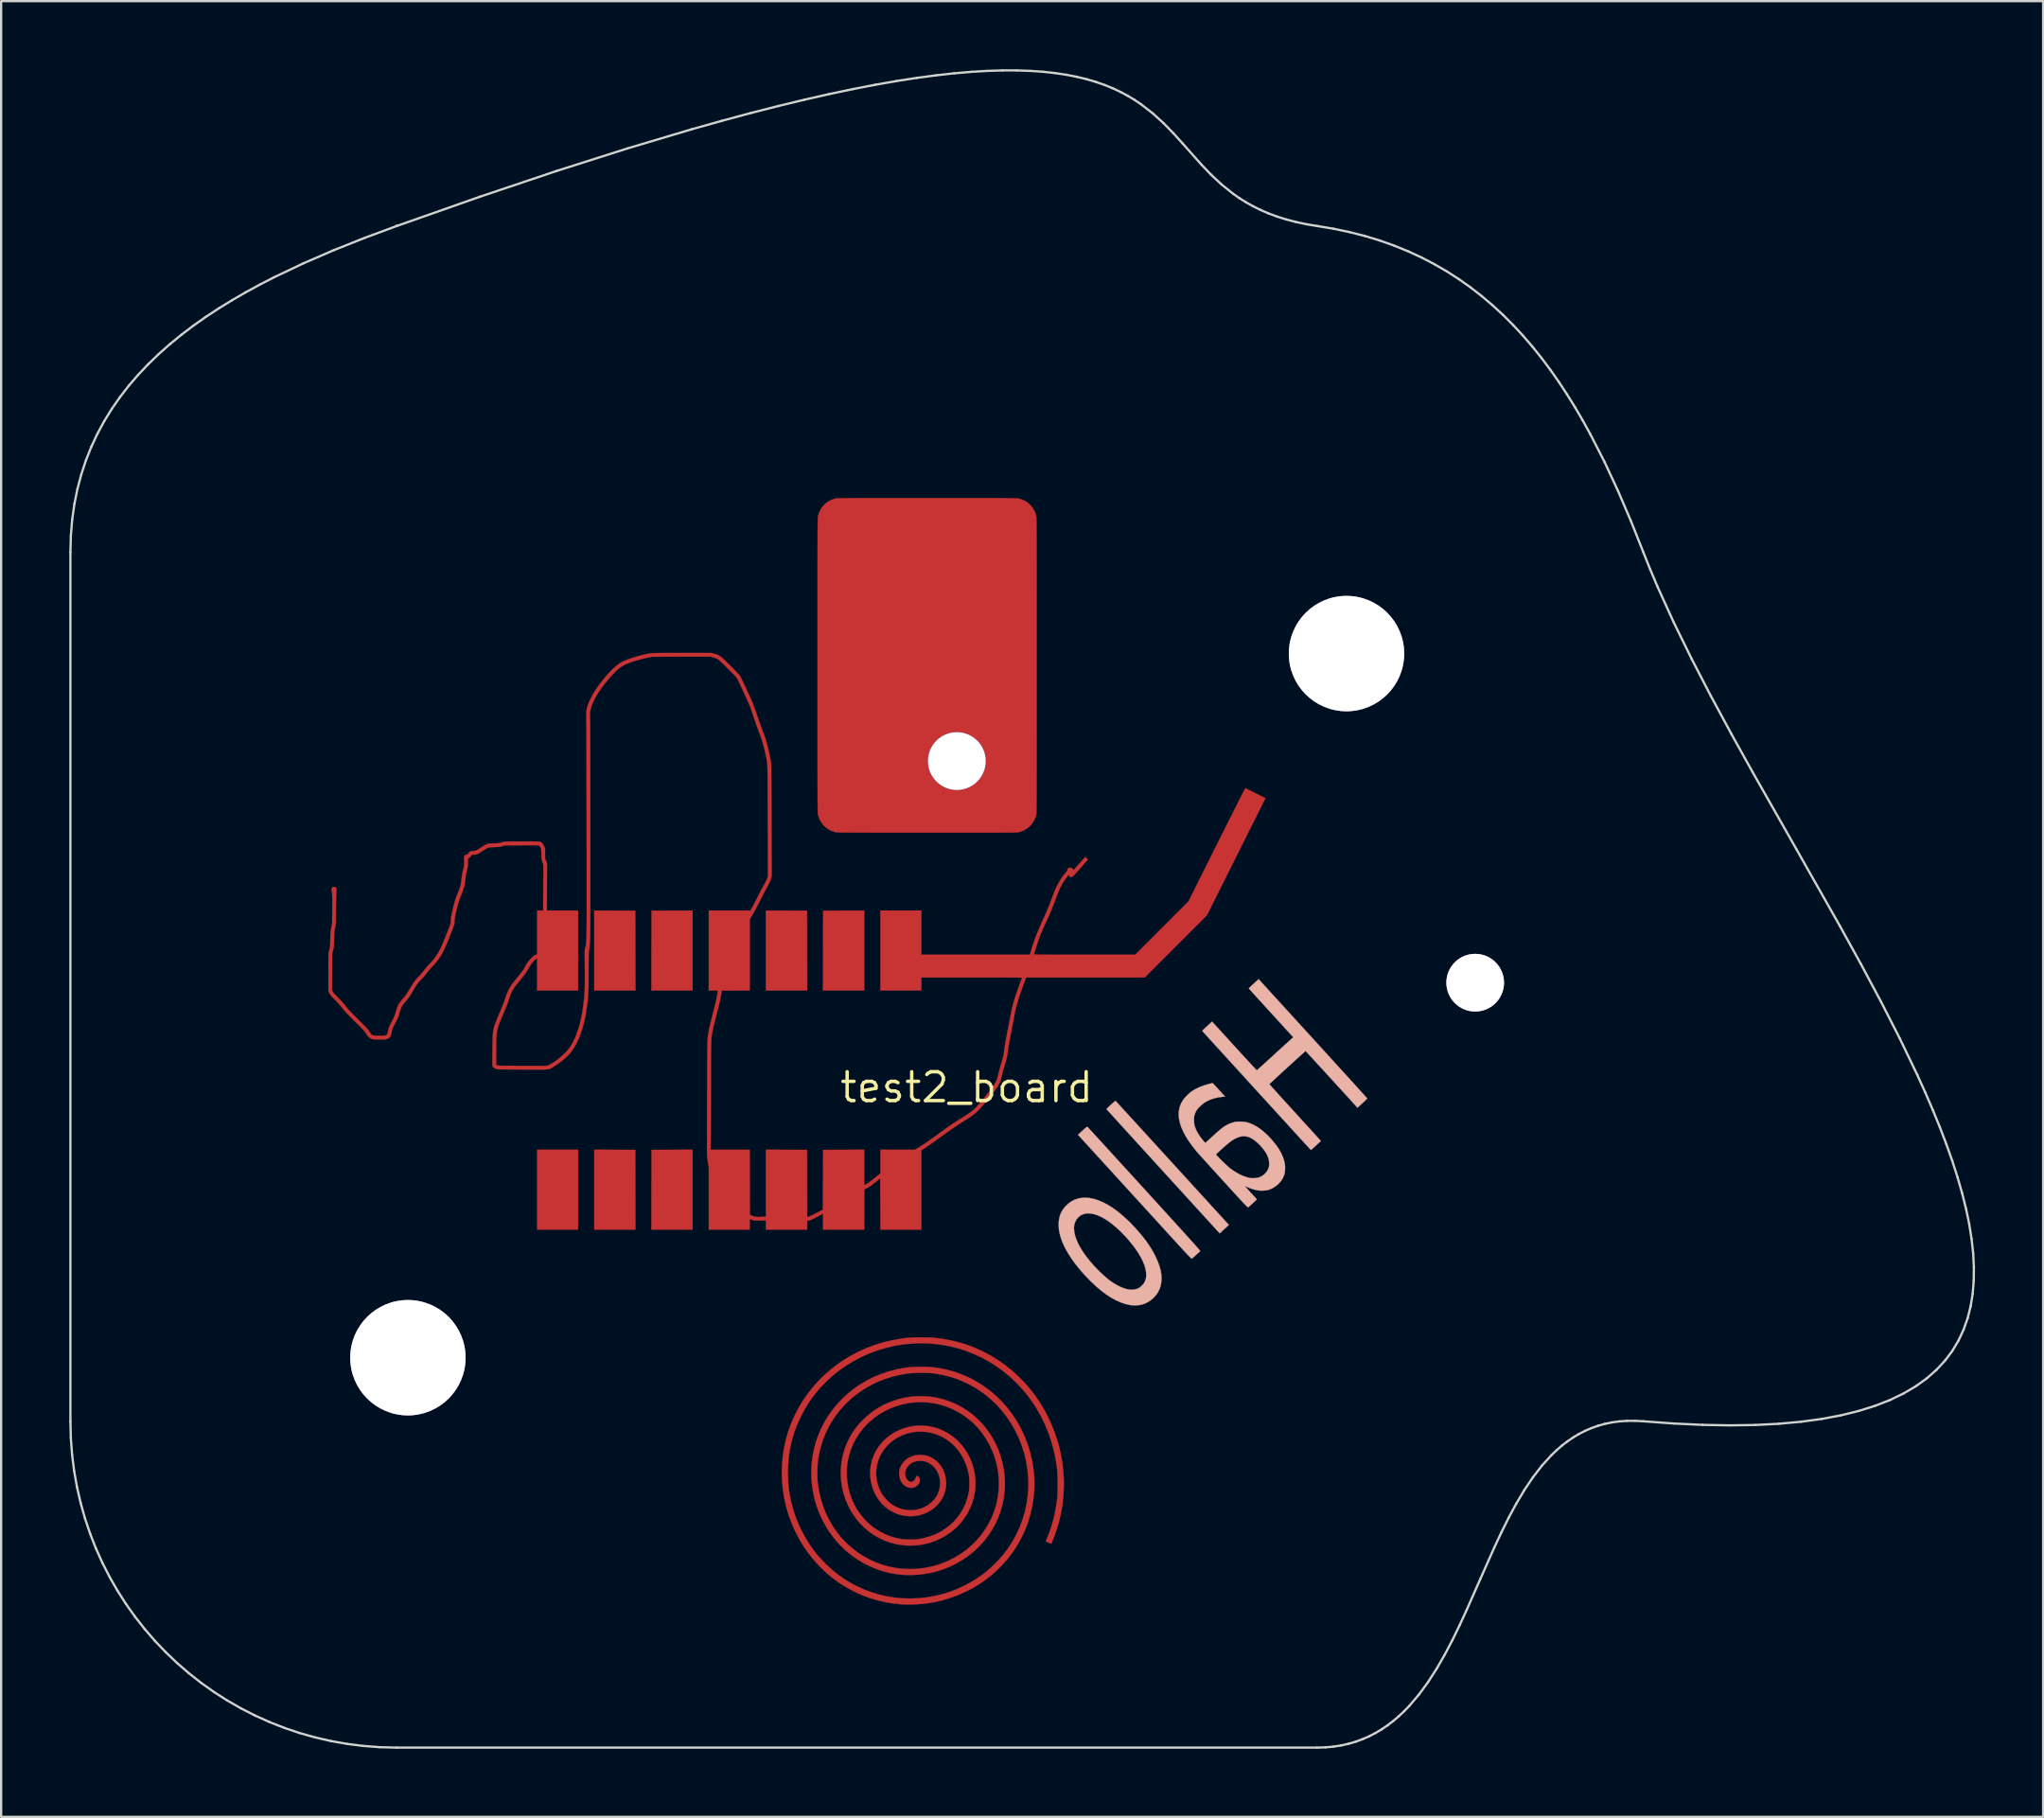
<source format=kicad_pcb>
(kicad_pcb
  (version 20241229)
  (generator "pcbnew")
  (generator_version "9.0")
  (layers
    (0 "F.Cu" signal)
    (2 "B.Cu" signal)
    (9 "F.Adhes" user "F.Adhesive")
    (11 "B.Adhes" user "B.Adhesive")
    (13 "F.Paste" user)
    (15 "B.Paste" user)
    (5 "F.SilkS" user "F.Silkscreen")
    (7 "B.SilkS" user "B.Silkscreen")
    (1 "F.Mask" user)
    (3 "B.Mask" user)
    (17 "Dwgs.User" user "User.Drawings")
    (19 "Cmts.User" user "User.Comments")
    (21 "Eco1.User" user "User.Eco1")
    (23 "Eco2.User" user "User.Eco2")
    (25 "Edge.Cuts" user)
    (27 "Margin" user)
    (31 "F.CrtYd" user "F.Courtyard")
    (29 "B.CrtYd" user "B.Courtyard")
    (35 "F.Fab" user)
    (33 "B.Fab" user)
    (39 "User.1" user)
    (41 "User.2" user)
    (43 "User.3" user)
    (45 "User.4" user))
  (footprint "test2_board"
    (layer "F.Cu")
    (at 39.509 44.821)
    (property "Reference" "test2_board" (at 0 0 0) (layer "F.SilkS") (effects (font (size 1.27 1.27) (thickness 0.15))))
    (attr through_hole)
    (fp_poly (pts (xy -17.107 6.261) (xy -18.91 6.261) (xy -18.91 2.743) (xy -17.107 2.743) (xy -17.107 6.261)) (stroke (width 0.01) (type solid)) (fill yes) (layer "F.Cu"))
    (fp_poly (pts (xy -12.065 -4.267) (xy -13.881 -4.267) (xy -13.875 -7.779) (xy -12.065 -7.785) (xy -12.065 -4.267)) (stroke (width 0.01) (type solid)) (fill yes) (layer "F.Cu"))
    (fp_poly (pts (xy -12.065 6.261) (xy -13.881 6.261) (xy -13.875 2.75) (xy -12.065 2.743) (xy -12.065 6.261)) (stroke (width 0.01) (type solid)) (fill yes) (layer "F.Cu"))
    (fp_poly (pts (xy -4.508 -4.267) (xy -6.325 -4.267) (xy -6.318 -7.779) (xy -4.508 -7.785) (xy -4.508 -4.267)) (stroke (width 0.01) (type solid)) (fill yes) (layer "F.Cu"))
    (fp_poly (pts (xy -14.586 -7.779) (xy -14.583 -6.023) (xy -14.58 -4.267) (xy -16.396 -4.267) (xy -16.396 -7.785) (xy -14.586 -7.779)) (stroke (width 0.01) (type solid)) (fill yes) (layer "F.Cu"))
    (fp_poly (pts (xy -14.586 2.75) (xy -14.583 4.505) (xy -14.58 6.261) (xy -16.396 6.261) (xy -16.396 2.743) (xy -14.586 2.75)) (stroke (width 0.01) (type solid)) (fill yes) (layer "F.Cu"))
    (fp_poly (pts (xy -7.029 -7.779) (xy -7.026 -6.023) (xy -7.023 -4.267) (xy -8.839 -4.267) (xy -8.839 -7.785) (xy -7.029 -7.779)) (stroke (width 0.01) (type solid)) (fill yes) (layer "F.Cu"))
    (fp_poly (pts (xy -1.363 -25.946) (xy -1.01 -25.946) (xy -0.681 -25.946) (xy -0.376 -25.946) (xy -0.092 -25.946) (xy 0.171 -25.946) (xy 0.413 -25.945) (xy 0.636 -25.945) (xy 0.84 -25.945) (xy 1.027 -25.945) (xy 1.196 -25.944) (xy 1.349 -25.944) (xy 1.487 -25.943) (xy 1.61 -25.943) (xy 1.72 -25.942) (xy 1.817 -25.941) (xy 1.902 -25.94) (xy 1.976 -25.939) (xy 2.04 -25.938) (xy 2.094 -25.937) (xy 2.14 -25.936) (xy 2.178 -25.935) (xy 2.209 -25.933) (xy 2.234 -25.932) (xy 2.254 -25.93) (xy 2.269 -25.928) (xy 2.281 -25.926) (xy 2.283 -25.926) (xy 2.433 -25.882) (xy 2.572 -25.817) (xy 2.7 -25.732) (xy 2.812 -25.629) (xy 2.908 -25.51) (xy 2.986 -25.378) (xy 3.043 -25.234) (xy 3.066 -25.143) (xy 3.067 -25.134) (xy 3.069 -25.122) (xy 3.07 -25.106) (xy 3.072 -25.086) (xy 3.073 -25.06) (xy 3.074 -25.028) (xy 3.075 -24.99) (xy 3.076 -24.945) (xy 3.077 -24.892) (xy 3.078 -24.831) (xy 3.079 -24.761) (xy 3.079 -24.681) (xy 3.08 -24.59) (xy 3.081 -24.489) (xy 3.081 -24.376) (xy 3.082 -24.251) (xy 3.083 -24.112) (xy 3.083 -23.96) (xy 3.083 -23.794) (xy 3.084 -23.613) (xy 3.084 -23.417) (xy 3.085 -23.204) (xy 3.085 -22.974) (xy 3.085 -22.727) (xy 3.085 -22.462) (xy 3.085 -22.178) (xy 3.086 -21.874) (xy 3.086 -21.55) (xy 3.086 -21.206) (xy 3.086 -20.84) (xy 3.086 -20.452) (xy 3.086 -20.042) (xy 3.086 -19.608) (xy 3.086 -19.15) (xy 3.086 -18.668) (xy 3.086 -18.58) (xy 3.086 -18.093) (xy 3.086 -17.631) (xy 3.086 -17.193) (xy 3.086 -16.779) (xy 3.086 -16.387) (xy 3.086 -16.017) (xy 3.086 -15.669) (xy 3.086 -15.342) (xy 3.085 -15.035) (xy 3.085 -14.747) (xy 3.085 -14.479) (xy 3.085 -14.228) (xy 3.085 -13.996) (xy 3.084 -13.78) (xy 3.084 -13.581) (xy 3.084 -13.397) (xy 3.083 -13.228) (xy 3.083 -13.074) (xy 3.082 -12.933) (xy 3.082 -12.805) (xy 3.081 -12.69) (xy 3.08 -12.587) (xy 3.08 -12.495) (xy 3.079 -12.413) (xy 3.078 -12.341) (xy 3.077 -12.278) (xy 3.076 -12.224) (xy 3.075 -12.177) (xy 3.074 -12.138) (xy 3.073 -12.105) (xy 3.072 -12.079) (xy 3.07 -12.057) (xy 3.069 -12.04) (xy 3.068 -12.028) (xy 3.066 -12.018) (xy 3.066 -12.017) (xy 3.023 -11.867) (xy 2.957 -11.728) (xy 2.872 -11.601) (xy 2.769 -11.488) (xy 2.65 -11.392) (xy 2.518 -11.314) (xy 2.374 -11.258) (xy 2.283 -11.234) (xy 2.272 -11.232) (xy 2.258 -11.231) (xy 2.239 -11.229) (xy 2.216 -11.227) (xy 2.187 -11.226) (xy 2.151 -11.225) (xy 2.107 -11.223) (xy 2.055 -11.222) (xy 1.994 -11.221) (xy 1.923 -11.22) (xy 1.841 -11.219) (xy 1.748 -11.219) (xy 1.642 -11.218) (xy 1.522 -11.217) (xy 1.388 -11.217) (xy 1.24 -11.216) (xy 1.075 -11.216) (xy 0.894 -11.216) (xy 0.695 -11.215) (xy 0.477 -11.215) (xy 0.24 -11.215) (xy -0.016 -11.215) (xy -0.294 -11.215) (xy -0.594 -11.215) (xy -0.916 -11.215) (xy -1.261 -11.215) (xy -1.631 -11.215) (xy -1.749 -11.215) (xy -2.128 -11.215) (xy -2.483 -11.215) (xy -2.814 -11.216) (xy -3.122 -11.216) (xy -3.408 -11.216) (xy -3.673 -11.216) (xy -3.917 -11.216) (xy -4.142 -11.217) (xy -4.347 -11.217) (xy -4.535 -11.218) (xy -4.706 -11.218) (xy -4.86 -11.219) (xy -4.999 -11.219) (xy -5.123 -11.22) (xy -5.234 -11.221) (xy -5.331 -11.221) (xy -5.416 -11.222) (xy -5.49 -11.223) (xy -5.553 -11.224) (xy -5.606 -11.225) (xy -5.651 -11.227) (xy -5.687 -11.228) (xy -5.716 -11.229) (xy -5.739 -11.231) (xy -5.756 -11.233) (xy -5.769 -11.235) (xy -5.772 -11.235) (xy -5.921 -11.28) (xy -6.059 -11.346) (xy -6.185 -11.433) (xy -6.297 -11.537) (xy -6.392 -11.657) (xy -6.469 -11.792) (xy -6.526 -11.938) (xy -6.541 -11.994) (xy -6.543 -12.002) (xy -6.545 -12.01) (xy -6.546 -12.02) (xy -6.548 -12.033) (xy -6.549 -12.047) (xy -6.551 -12.065) (xy -6.552 -12.087) (xy -6.553 -12.114) (xy -6.554 -12.146) (xy -6.556 -12.184) (xy -6.557 -12.228) (xy -6.557 -12.28) (xy -6.558 -12.34) (xy -6.559 -12.408) (xy -6.56 -12.485) (xy -6.561 -12.573) (xy -6.561 -12.671) (xy -6.562 -12.78) (xy -6.562 -12.901) (xy -6.563 -13.035) (xy -6.563 -13.182) (xy -6.564 -13.342) (xy -6.564 -13.518) (xy -6.564 -13.708) (xy -6.565 -13.914) (xy -6.565 -14.137) (xy -6.565 -14.377) (xy -6.565 -14.635) (xy -6.565 -14.911) (xy -6.565 -15.207) (xy -6.566 -15.522) (xy -6.566 -15.858) (xy -6.566 -16.214) (xy -6.566 -16.593) (xy -6.566 -16.994) (xy -6.566 -17.418) (xy -6.566 -17.866) (xy -6.566 -18.338) (xy -6.566 -18.58) (xy -6.566 -19.065) (xy -6.566 -19.524) (xy -6.566 -19.96) (xy -6.566 -20.372) (xy -6.566 -20.762) (xy -6.566 -21.129) (xy -6.566 -21.475) (xy -6.565 -21.801) (xy -6.565 -22.106) (xy -6.565 -22.391) (xy -6.565 -22.658) (xy -6.565 -22.907) (xy -6.565 -23.138) (xy -6.564 -23.352) (xy -6.564 -23.551) (xy -6.564 -23.733) (xy -6.563 -23.901) (xy -6.563 -24.055) (xy -6.563 -24.195) (xy -6.562 -24.322) (xy -6.562 -24.437) (xy -6.561 -24.54) (xy -6.56 -24.633) (xy -6.56 -24.715) (xy -6.559 -24.788) (xy -6.558 -24.852) (xy -6.557 -24.908) (xy -6.556 -24.956) (xy -6.555 -24.997) (xy -6.554 -25.031) (xy -6.553 -25.061) (xy -6.551 -25.085) (xy -6.55 -25.105) (xy -6.549 -25.121) (xy -6.547 -25.134) (xy -6.545 -25.145) (xy -6.544 -25.154) (xy -6.542 -25.163) (xy -6.541 -25.166) (xy -6.492 -25.317) (xy -6.422 -25.456) (xy -6.333 -25.582) (xy -6.227 -25.692) (xy -6.105 -25.785) (xy -5.97 -25.859) (xy -5.824 -25.912) (xy -5.763 -25.926) (xy -5.752 -25.928) (xy -5.738 -25.93) (xy -5.719 -25.931) (xy -5.695 -25.933) (xy -5.666 -25.934) (xy -5.629 -25.936) (xy -5.585 -25.937) (xy -5.533 -25.938) (xy -5.472 -25.939) (xy -5.4 -25.94) (xy -5.318 -25.941) (xy -5.223 -25.942) (xy -5.116 -25.942) (xy -4.996 -25.943) (xy -4.862 -25.944) (xy -4.712 -25.944) (xy -4.546 -25.945) (xy -4.364 -25.945) (xy -4.163 -25.945) (xy -3.945 -25.945) (xy -3.707 -25.946) (xy -3.449 -25.946) (xy -3.17 -25.946) (xy -2.869 -25.946) (xy -2.545 -25.946) (xy -2.198 -25.946) (xy -1.826 -25.946) (xy -1.74 -25.946) (xy -1.363 -25.946)) (stroke (width 0.01) (type solid)) (fill yes) (layer "F.Cu"))
    (fp_poly (pts (xy -1.836 11.005) (xy -1.713 11.007) (xy -1.601 11.01) (xy -1.505 11.014) (xy -1.429 11.02) (xy -1.422 11.021) (xy -1.034 11.073) (xy -0.663 11.144) (xy -0.306 11.233) (xy 0.04 11.341) (xy 0.375 11.469) (xy 0.703 11.618) (xy 1.025 11.788) (xy 1.168 11.872) (xy 1.457 12.055) (xy 1.728 12.249) (xy 1.987 12.459) (xy 2.24 12.687) (xy 2.329 12.774) (xy 2.58 13.034) (xy 2.81 13.299) (xy 3.021 13.573) (xy 3.216 13.859) (xy 3.398 14.161) (xy 3.57 14.483) (xy 3.581 14.505) (xy 3.752 14.875) (xy 3.898 15.252) (xy 4.022 15.636) (xy 4.121 16.024) (xy 4.196 16.416) (xy 4.247 16.812) (xy 4.275 17.209) (xy 4.278 17.606) (xy 4.257 18.003) (xy 4.213 18.398) (xy 4.144 18.79) (xy 4.05 19.179) (xy 3.933 19.562) (xy 3.815 19.88) (xy 3.788 19.947) (xy 3.764 20.005) (xy 3.745 20.051) (xy 3.733 20.08) (xy 3.728 20.088) (xy 3.715 20.086) (xy 3.684 20.074) (xy 3.64 20.057) (xy 3.603 20.041) (xy 3.483 19.988) (xy 3.544 19.844) (xy 3.665 19.53) (xy 3.771 19.198) (xy 3.859 18.851) (xy 3.93 18.491) (xy 3.983 18.121) (xy 3.984 18.117) (xy 3.992 18.028) (xy 3.998 17.92) (xy 4.003 17.795) (xy 4.006 17.659) (xy 4.007 17.517) (xy 4.007 17.373) (xy 4.005 17.232) (xy 4.002 17.099) (xy 3.996 16.978) (xy 3.99 16.874) (xy 3.984 16.817) (xy 3.925 16.404) (xy 3.842 16.002) (xy 3.737 15.61) (xy 3.609 15.228) (xy 3.457 14.858) (xy 3.283 14.498) (xy 3.086 14.149) (xy 2.932 13.909) (xy 2.707 13.594) (xy 2.463 13.297) (xy 2.202 13.017) (xy 1.925 12.755) (xy 1.633 12.512) (xy 1.327 12.288) (xy 1.008 12.085) (xy 0.677 11.903) (xy 0.335 11.742) (xy -0.017 11.603) (xy -0.378 11.488) (xy -0.747 11.396) (xy -0.826 11.38) (xy -1.209 11.316) (xy -1.595 11.277) (xy -1.981 11.263) (xy -2.367 11.273) (xy -2.75 11.309) (xy -2.762 11.31) (xy -3.145 11.372) (xy -3.524 11.459) (xy -3.897 11.569) (xy -4.262 11.703) (xy -4.618 11.86) (xy -4.964 12.04) (xy -5.297 12.241) (xy -5.314 12.252) (xy -5.62 12.467) (xy -5.913 12.703) (xy -6.191 12.958) (xy -6.452 13.231) (xy -6.694 13.52) (xy -6.811 13.676) (xy -6.986 13.932) (xy -7.15 14.206) (xy -7.302 14.493) (xy -7.437 14.786) (xy -7.553 15.08) (xy -7.597 15.208) (xy -7.698 15.555) (xy -7.777 15.911) (xy -7.832 16.274) (xy -7.864 16.641) (xy -7.873 17.009) (xy -7.859 17.377) (xy -7.82 17.741) (xy -7.804 17.851) (xy -7.731 18.226) (xy -7.634 18.594) (xy -7.514 18.952) (xy -7.369 19.301) (xy -7.202 19.641) (xy -7.011 19.971) (xy -6.798 20.29) (xy -6.611 20.536) (xy -6.546 20.614) (xy -6.465 20.704) (xy -6.373 20.803) (xy -6.272 20.906) (xy -6.169 21.009) (xy -6.065 21.109) (xy -5.966 21.201) (xy -5.876 21.281) (xy -5.804 21.341) (xy -5.613 21.486) (xy -5.409 21.627) (xy -5.198 21.76) (xy -4.99 21.88) (xy -4.863 21.946) (xy -4.536 22.096) (xy -4.201 22.223) (xy -3.86 22.326) (xy -3.514 22.405) (xy -3.165 22.46) (xy -2.813 22.493) (xy -2.46 22.502) (xy -2.107 22.487) (xy -1.756 22.45) (xy -1.407 22.389) (xy -1.063 22.306) (xy -0.723 22.199) (xy -0.39 22.07) (xy -0.065 21.918) (xy 0.251 21.744) (xy 0.517 21.575) (xy 0.701 21.444) (xy 0.875 21.307) (xy 1.045 21.16) (xy 1.218 20.995) (xy 1.258 20.956) (xy 1.465 20.738) (xy 1.651 20.52) (xy 1.819 20.297) (xy 1.973 20.065) (xy 2.115 19.817) (xy 2.197 19.659) (xy 2.344 19.338) (xy 2.467 19.01) (xy 2.565 18.675) (xy 2.639 18.333) (xy 2.689 17.987) (xy 2.714 17.637) (xy 2.714 17.284) (xy 2.689 16.929) (xy 2.667 16.751) (xy 2.607 16.407) (xy 2.523 16.069) (xy 2.417 15.741) (xy 2.29 15.421) (xy 2.142 15.113) (xy 1.973 14.816) (xy 1.786 14.533) (xy 1.579 14.264) (xy 1.356 14.011) (xy 1.115 13.774) (xy 0.858 13.556) (xy 0.585 13.356) (xy 0.393 13.233) (xy 0.105 13.071) (xy -0.189 12.932) (xy -0.49 12.815) (xy -0.801 12.72) (xy -1.124 12.645) (xy -1.461 12.589) (xy -1.511 12.583) (xy -1.586 12.576) (xy -1.681 12.571) (xy -1.791 12.568) (xy -1.912 12.566) (xy -2.038 12.566) (xy -2.163 12.568) (xy -2.284 12.572) (xy -2.395 12.577) (xy -2.491 12.583) (xy -2.559 12.59) (xy -2.91 12.647) (xy -3.25 12.727) (xy -3.579 12.829) (xy -3.897 12.953) (xy -4.202 13.099) (xy -4.495 13.267) (xy -4.774 13.455) (xy -5.039 13.665) (xy -5.289 13.895) (xy -5.361 13.967) (xy -5.584 14.215) (xy -5.785 14.477) (xy -5.965 14.75) (xy -6.122 15.036) (xy -6.257 15.334) (xy -6.369 15.643) (xy -6.458 15.964) (xy -6.525 16.296) (xy -6.549 16.453) (xy -6.557 16.533) (xy -6.563 16.633) (xy -6.568 16.747) (xy -6.571 16.869) (xy -6.572 16.995) (xy -6.571 17.118) (xy -6.568 17.232) (xy -6.563 17.333) (xy -6.556 17.414) (xy -6.555 17.418) (xy -6.504 17.755) (xy -6.43 18.082) (xy -6.334 18.398) (xy -6.217 18.703) (xy -6.079 18.995) (xy -5.921 19.274) (xy -5.744 19.539) (xy -5.547 19.788) (xy -5.331 20.022) (xy -5.096 20.238) (xy -4.844 20.437) (xy -4.816 20.458) (xy -4.55 20.633) (xy -4.275 20.784) (xy -3.99 20.913) (xy -3.698 21.019) (xy -3.4 21.101) (xy -3.097 21.159) (xy -2.79 21.194) (xy -2.48 21.205) (xy -2.169 21.192) (xy -1.859 21.155) (xy -1.549 21.093) (xy -1.242 21.007) (xy -1.067 20.946) (xy -0.781 20.827) (xy -0.509 20.687) (xy -0.25 20.528) (xy -0.006 20.351) (xy 0.222 20.156) (xy 0.434 19.945) (xy 0.628 19.719) (xy 0.802 19.479) (xy 0.957 19.227) (xy 1.092 18.963) (xy 1.204 18.688) (xy 1.293 18.403) (xy 1.303 18.365) (xy 1.367 18.067) (xy 1.406 17.767) (xy 1.42 17.466) (xy 1.41 17.166) (xy 1.376 16.869) (xy 1.318 16.576) (xy 1.236 16.288) (xy 1.132 16.007) (xy 1.004 15.734) (xy 0.853 15.47) (xy 0.681 15.217) (xy 0.66 15.189) (xy 0.479 14.971) (xy 0.28 14.769) (xy 0.064 14.585) (xy -0.166 14.418) (xy -0.409 14.271) (xy -0.663 14.145) (xy -0.926 14.04) (xy -1.195 13.959) (xy -1.403 13.913) (xy -1.689 13.873) (xy -1.975 13.857) (xy -2.259 13.866) (xy -2.54 13.897) (xy -2.817 13.952) (xy -3.087 14.029) (xy -3.35 14.127) (xy -3.603 14.248) (xy -3.845 14.389) (xy -4.074 14.551) (xy -4.289 14.732) (xy -4.381 14.821) (xy -4.57 15.027) (xy -4.737 15.247) (xy -4.884 15.48) (xy -5.009 15.725) (xy -5.111 15.98) (xy -5.19 16.244) (xy -5.246 16.515) (xy -5.251 16.549) (xy -5.277 16.813) (xy -5.278 17.08) (xy -5.257 17.347) (xy -5.212 17.611) (xy -5.145 17.871) (xy -5.056 18.123) (xy -4.946 18.366) (xy -4.815 18.598) (xy -4.665 18.815) (xy -4.658 18.823) (xy -4.486 19.027) (xy -4.297 19.211) (xy -4.094 19.376) (xy -3.878 19.52) (xy -3.65 19.643) (xy -3.412 19.744) (xy -3.164 19.822) (xy -2.908 19.876) (xy -2.863 19.883) (xy -2.759 19.895) (xy -2.64 19.902) (xy -2.511 19.905) (xy -2.381 19.904) (xy -2.258 19.898) (xy -2.148 19.889) (xy -2.102 19.883) (xy -1.84 19.831) (xy -1.589 19.757) (xy -1.35 19.662) (xy -1.124 19.546) (xy -0.912 19.41) (xy -0.715 19.254) (xy -0.558 19.104) (xy -0.394 18.917) (xy -0.253 18.72) (xy -0.134 18.511) (xy -0.036 18.29) (xy 0.041 18.056) (xy 0.097 17.806) (xy 0.097 17.805) (xy 0.109 17.719) (xy 0.116 17.614) (xy 0.12 17.497) (xy 0.119 17.375) (xy 0.115 17.256) (xy 0.107 17.145) (xy 0.095 17.049) (xy 0.091 17.031) (xy 0.036 16.791) (xy -0.041 16.562) (xy -0.138 16.346) (xy -0.254 16.143) (xy -0.388 15.955) (xy -0.54 15.784) (xy -0.708 15.63) (xy -0.891 15.495) (xy -1.09 15.379) (xy -1.114 15.367) (xy -1.323 15.278) (xy -1.538 15.212) (xy -1.757 15.17) (xy -1.978 15.153) (xy -2.199 15.159) (xy -2.419 15.189) (xy -2.634 15.242) (xy -2.845 15.318) (xy -3.048 15.418) (xy -3.185 15.502) (xy -3.308 15.595) (xy -3.431 15.708) (xy -3.549 15.835) (xy -3.656 15.97) (xy -3.748 16.108) (xy -3.821 16.244) (xy -3.897 16.439) (xy -3.95 16.638) (xy -3.979 16.841) (xy -3.984 17.044) (xy -3.966 17.245) (xy -3.925 17.444) (xy -3.861 17.636) (xy -3.774 17.82) (xy -3.705 17.935) (xy -3.646 18.015) (xy -3.574 18.101) (xy -3.493 18.187) (xy -3.409 18.266) (xy -3.329 18.333) (xy -3.277 18.37) (xy -3.107 18.466) (xy -2.932 18.539) (xy -2.752 18.588) (xy -2.569 18.612) (xy -2.385 18.613) (xy -2.203 18.59) (xy -2.023 18.543) (xy -1.849 18.472) (xy -1.748 18.418) (xy -1.665 18.362) (xy -1.578 18.29) (xy -1.493 18.208) (xy -1.415 18.121) (xy -1.35 18.035) (xy -1.317 17.983) (xy -1.252 17.851) (xy -1.207 17.723) (xy -1.181 17.59) (xy -1.172 17.474) (xy -1.17 17.386) (xy -1.172 17.314) (xy -1.179 17.25) (xy -1.187 17.208) (xy -1.228 17.059) (xy -1.287 16.923) (xy -1.362 16.802) (xy -1.45 16.696) (xy -1.551 16.607) (xy -1.662 16.535) (xy -1.781 16.482) (xy -1.906 16.45) (xy -2.036 16.438) (xy -2.167 16.449) (xy -2.299 16.482) (xy -2.384 16.518) (xy -2.486 16.579) (xy -2.571 16.658) (xy -2.639 16.75) (xy -2.686 16.853) (xy -2.704 16.924) (xy -2.71 17.013) (xy -2.698 17.101) (xy -2.671 17.184) (xy -2.629 17.256) (xy -2.576 17.315) (xy -2.513 17.353) (xy -2.508 17.355) (xy -2.453 17.369) (xy -2.406 17.363) (xy -2.359 17.335) (xy -2.35 17.328) (xy -2.326 17.31) (xy -2.312 17.304) (xy -2.311 17.306) (xy -2.305 17.3) (xy -2.291 17.276) (xy -2.27 17.237) (xy -2.253 17.205) (xy -2.229 17.158) (xy -2.208 17.121) (xy -2.193 17.099) (xy -2.189 17.094) (xy -2.167 17.103) (xy -2.138 17.127) (xy -2.109 17.157) (xy -2.085 17.189) (xy -2.078 17.2) (xy -2.059 17.269) (xy -2.062 17.339) (xy -2.084 17.408) (xy -2.124 17.473) (xy -2.178 17.531) (xy -2.245 17.578) (xy -2.321 17.612) (xy -2.403 17.63) (xy -2.438 17.631) (xy -2.546 17.619) (xy -2.647 17.583) (xy -2.738 17.524) (xy -2.82 17.441) (xy -2.839 17.416) (xy -2.901 17.318) (xy -2.941 17.213) (xy -2.964 17.095) (xy -2.969 17.037) (xy -2.965 16.9) (xy -2.94 16.773) (xy -2.892 16.656) (xy -2.82 16.545) (xy -2.737 16.451) (xy -2.684 16.4) (xy -2.638 16.362) (xy -2.59 16.33) (xy -2.532 16.299) (xy -2.501 16.284) (xy -2.383 16.233) (xy -2.273 16.199) (xy -2.161 16.181) (xy -2.037 16.176) (xy -2.026 16.176) (xy -1.866 16.19) (xy -1.714 16.226) (xy -1.571 16.285) (xy -1.437 16.363) (xy -1.315 16.46) (xy -1.206 16.573) (xy -1.111 16.701) (xy -1.032 16.842) (xy -0.97 16.995) (xy -0.928 17.159) (xy -0.905 17.33) (xy -0.902 17.429) (xy -0.915 17.613) (xy -0.952 17.79) (xy -1.011 17.96) (xy -1.092 18.121) (xy -1.193 18.27) (xy -1.312 18.408) (xy -1.45 18.531) (xy -1.603 18.638) (xy -1.773 18.728) (xy -1.938 18.794) (xy -2.135 18.847) (xy -2.333 18.875) (xy -2.532 18.879) (xy -2.728 18.861) (xy -2.921 18.82) (xy -3.108 18.756) (xy -3.287 18.672) (xy -3.457 18.567) (xy -3.615 18.442) (xy -3.759 18.298) (xy -3.883 18.143) (xy -4 17.956) (xy -4.096 17.758) (xy -4.168 17.552) (xy -4.218 17.34) (xy -4.245 17.123) (xy -4.248 16.905) (xy -4.228 16.686) (xy -4.183 16.469) (xy -4.137 16.32) (xy -4.052 16.114) (xy -3.947 15.922) (xy -3.823 15.743) (xy -3.681 15.58) (xy -3.524 15.432) (xy -3.354 15.3) (xy -3.17 15.185) (xy -2.976 15.088) (xy -2.773 15.009) (xy -2.562 14.949) (xy -2.346 14.909) (xy -2.125 14.889) (xy -1.901 14.891) (xy -1.676 14.914) (xy -1.452 14.96) (xy -1.23 15.029) (xy -1.219 15.033) (xy -0.995 15.13) (xy -0.785 15.248) (xy -0.588 15.385) (xy -0.407 15.542) (xy -0.242 15.716) (xy -0.093 15.906) (xy 0.038 16.111) (xy 0.15 16.33) (xy 0.242 16.562) (xy 0.313 16.805) (xy 0.363 17.056) (xy 0.373 17.147) (xy 0.381 17.255) (xy 0.385 17.373) (xy 0.385 17.493) (xy 0.382 17.608) (xy 0.376 17.71) (xy 0.37 17.767) (xy 0.322 18.025) (xy 0.251 18.275) (xy 0.155 18.515) (xy 0.134 18.562) (xy 0.008 18.798) (xy -0.137 19.017) (xy -0.301 19.219) (xy -0.483 19.404) (xy -0.683 19.571) (xy -0.902 19.721) (xy -1.139 19.853) (xy -1.143 19.855) (xy -1.383 19.963) (xy -1.624 20.048) (xy -1.868 20.11) (xy -2.121 20.15) (xy -2.304 20.166) (xy -2.577 20.171) (xy -2.846 20.15) (xy -3.11 20.106) (xy -3.367 20.039) (xy -3.616 19.949) (xy -3.856 19.837) (xy -4.085 19.705) (xy -4.303 19.551) (xy -4.508 19.378) (xy -4.699 19.186) (xy -4.874 18.976) (xy -5.032 18.747) (xy -5.091 18.65) (xy -5.225 18.398) (xy -5.335 18.137) (xy -5.422 17.869) (xy -5.486 17.596) (xy -5.526 17.319) (xy -5.543 17.041) (xy -5.537 16.762) (xy -5.508 16.484) (xy -5.455 16.21) (xy -5.378 15.94) (xy -5.279 15.677) (xy -5.16 15.431) (xy -5.056 15.248) (xy -4.945 15.08) (xy -4.824 14.92) (xy -4.687 14.762) (xy -4.566 14.636) (xy -4.346 14.433) (xy -4.112 14.251) (xy -3.864 14.091) (xy -3.602 13.951) (xy -3.328 13.834) (xy -3.043 13.738) (xy -2.745 13.664) (xy -2.437 13.613) (xy -2.432 13.613) (xy -2.365 13.607) (xy -2.278 13.602) (xy -2.177 13.599) (xy -2.069 13.597) (xy -1.958 13.597) (xy -1.85 13.599) (xy -1.751 13.602) (xy -1.666 13.607) (xy -1.607 13.612) (xy -1.303 13.663) (xy -1.007 13.738) (xy -0.72 13.836) (xy -0.443 13.956) (xy -0.177 14.097) (xy 0.076 14.26) (xy 0.241 14.385) (xy 0.316 14.447) (xy 0.4 14.524) (xy 0.49 14.609) (xy 0.58 14.697) (xy 0.663 14.784) (xy 0.735 14.862) (xy 0.76 14.892) (xy 0.951 15.139) (xy 1.121 15.399) (xy 1.268 15.669) (xy 1.394 15.949) (xy 1.497 16.236) (xy 1.578 16.53) (xy 1.637 16.828) (xy 1.672 17.13) (xy 1.685 17.435) (xy 1.674 17.739) (xy 1.639 18.043) (xy 1.581 18.344) (xy 1.498 18.641) (xy 1.414 18.879) (xy 1.286 19.168) (xy 1.137 19.444) (xy 0.967 19.706) (xy 0.778 19.954) (xy 0.57 20.187) (xy 0.345 20.403) (xy 0.102 20.602) (xy -0.157 20.783) (xy -0.431 20.945) (xy -0.719 21.088) (xy -1.021 21.21) (xy -1.18 21.265) (xy -1.484 21.35) (xy -1.795 21.412) (xy -2.112 21.451) (xy -2.432 21.468) (xy -2.75 21.462) (xy -3.065 21.432) (xy -3.34 21.386) (xy -3.657 21.308) (xy -3.965 21.207) (xy -4.263 21.083) (xy -4.55 20.938) (xy -4.825 20.772) (xy -5.087 20.586) (xy -5.334 20.381) (xy -5.567 20.157) (xy -5.783 19.916) (xy -5.983 19.657) (xy -6.164 19.383) (xy -6.327 19.093) (xy -6.426 18.887) (xy -6.555 18.573) (xy -6.66 18.252) (xy -6.741 17.926) (xy -6.798 17.595) (xy -6.832 17.263) (xy -6.841 16.93) (xy -6.827 16.597) (xy -6.788 16.266) (xy -6.726 15.939) (xy -6.64 15.617) (xy -6.544 15.342) (xy -6.412 15.029) (xy -6.257 14.73) (xy -6.083 14.444) (xy -5.888 14.172) (xy -5.675 13.916) (xy -5.445 13.675) (xy -5.197 13.451) (xy -4.934 13.244) (xy -4.656 13.055) (xy -4.364 12.886) (xy -4.059 12.736) (xy -3.742 12.606) (xy -3.414 12.498) (xy -3.076 12.411) (xy -2.908 12.378) (xy -2.772 12.354) (xy -2.647 12.335) (xy -2.529 12.321) (xy -2.409 12.311) (xy -2.283 12.305) (xy -2.142 12.302) (xy -2.013 12.301) (xy -1.873 12.301) (xy -1.753 12.304) (xy -1.646 12.308) (xy -1.546 12.315) (xy -1.448 12.325) (xy -1.345 12.339) (xy -1.231 12.356) (xy -1.185 12.364) (xy -0.847 12.433) (xy -0.516 12.527) (xy -0.195 12.643) (xy 0.118 12.781) (xy 0.419 12.941) (xy 0.709 13.121) (xy 0.987 13.322) (xy 1.251 13.541) (xy 1.499 13.779) (xy 1.733 14.034) (xy 1.949 14.306) (xy 2.147 14.594) (xy 2.327 14.898) (xy 2.412 15.061) (xy 2.562 15.386) (xy 2.689 15.72) (xy 2.794 16.061) (xy 2.877 16.406) (xy 2.936 16.755) (xy 2.972 17.104) (xy 2.984 17.451) (xy 2.973 17.767) (xy 2.936 18.139) (xy 2.874 18.502) (xy 2.79 18.856) (xy 2.682 19.2) (xy 2.551 19.533) (xy 2.397 19.857) (xy 2.221 20.168) (xy 2.023 20.468) (xy 1.802 20.756) (xy 1.561 21.03) (xy 1.297 21.292) (xy 1.108 21.459) (xy 0.839 21.672) (xy 0.551 21.87) (xy 0.248 22.051) (xy -0.069 22.213) (xy -0.396 22.357) (xy -0.731 22.48) (xy -1.072 22.582) (xy -1.416 22.661) (xy -1.562 22.687) (xy -1.765 22.717) (xy -1.979 22.74) (xy -2.197 22.756) (xy -2.413 22.765) (xy -2.619 22.767) (xy -2.81 22.761) (xy -2.857 22.758) (xy -3.236 22.72) (xy -3.607 22.657) (xy -3.971 22.57) (xy -4.326 22.459) (xy -4.673 22.325) (xy -5.01 22.167) (xy -5.338 21.985) (xy -5.6 21.819) (xy -5.904 21.598) (xy -6.192 21.357) (xy -6.464 21.098) (xy -6.717 20.822) (xy -6.953 20.528) (xy -7.17 20.217) (xy -7.368 19.89) (xy -7.545 19.552) (xy -7.701 19.199) (xy -7.834 18.838) (xy -7.943 18.47) (xy -8.028 18.097) (xy -8.089 17.719) (xy -8.126 17.339) (xy -8.139 16.957) (xy -8.127 16.575) (xy -8.09 16.195) (xy -8.045 15.903) (xy -7.965 15.53) (xy -7.86 15.165) (xy -7.733 14.809) (xy -7.583 14.463) (xy -7.411 14.128) (xy -7.218 13.804) (xy -7.004 13.493) (xy -6.77 13.195) (xy -6.517 12.912) (xy -6.245 12.645) (xy -5.954 12.393) (xy -5.647 12.16) (xy -5.446 12.022) (xy -5.111 11.818) (xy -4.768 11.636) (xy -4.415 11.478) (xy -4.053 11.341) (xy -3.679 11.226) (xy -3.293 11.134) (xy -2.894 11.062) (xy -2.635 11.028) (xy -2.559 11.021) (xy -2.463 11.015) (xy -2.351 11.011) (xy -2.228 11.007) (xy -2.098 11.005) (xy -1.966 11.004) (xy -1.836 11.005)) (stroke (width 0.01) (type solid)) (fill yes) (layer "F.Cu"))
    (fp_poly (pts (xy -11.125 -19.094) (xy -11.066 -19.078) (xy -11.015 -19.063) (xy -10.97 -19.046) (xy -10.927 -19.027) (xy -10.885 -19.004) (xy -10.842 -18.974) (xy -10.794 -18.937) (xy -10.741 -18.89) (xy -10.678 -18.832) (xy -10.605 -18.762) (xy -10.518 -18.676) (xy -10.423 -18.582) (xy -10.339 -18.497) (xy -10.258 -18.416) (xy -10.185 -18.34) (xy -10.119 -18.272) (xy -10.064 -18.214) (xy -10.022 -18.168) (xy -9.995 -18.136) (xy -9.987 -18.126) (xy -9.97 -18.097) (xy -9.944 -18.047) (xy -9.91 -17.979) (xy -9.868 -17.893) (xy -9.82 -17.792) (xy -9.766 -17.678) (xy -9.707 -17.554) (xy -9.645 -17.421) (xy -9.581 -17.281) (xy -9.515 -17.136) (xy -9.479 -17.058) (xy -9.438 -16.962) (xy -9.392 -16.844) (xy -9.341 -16.707) (xy -9.286 -16.552) (xy -9.24 -16.416) (xy -9.202 -16.301) (xy -9.16 -16.182) (xy -9.118 -16.062) (xy -9.078 -15.947) (xy -9.04 -15.844) (xy -9.008 -15.757) (xy -8.994 -15.723) (xy -8.961 -15.637) (xy -8.929 -15.55) (xy -8.898 -15.468) (xy -8.873 -15.396) (xy -8.854 -15.342) (xy -8.852 -15.335) (xy -8.823 -15.238) (xy -8.792 -15.122) (xy -8.759 -14.993) (xy -8.727 -14.856) (xy -8.695 -14.716) (xy -8.667 -14.58) (xy -8.642 -14.453) (xy -8.622 -14.34) (xy -8.611 -14.262) (xy -8.609 -14.235) (xy -8.607 -14.187) (xy -8.605 -14.117) (xy -8.603 -14.024) (xy -8.602 -13.909) (xy -8.6 -13.772) (xy -8.599 -13.611) (xy -8.597 -13.427) (xy -8.596 -13.219) (xy -8.595 -12.987) (xy -8.594 -12.731) (xy -8.593 -12.45) (xy -8.592 -12.144) (xy -8.591 -11.855) (xy -8.59 -11.613) (xy -8.59 -11.377) (xy -8.589 -11.147) (xy -8.588 -10.926) (xy -8.588 -10.714) (xy -8.587 -10.514) (xy -8.587 -10.325) (xy -8.586 -10.151) (xy -8.586 -9.991) (xy -8.585 -9.848) (xy -8.585 -9.723) (xy -8.584 -9.617) (xy -8.584 -9.532) (xy -8.584 -9.468) (xy -8.583 -9.428) (xy -8.583 -9.417) (xy -8.584 -9.349) (xy -8.587 -9.297) (xy -8.594 -9.252) (xy -8.606 -9.206) (xy -8.615 -9.179) (xy -8.644 -9.103) (xy -8.679 -9.022) (xy -8.724 -8.932) (xy -8.781 -8.828) (xy -8.814 -8.769) (xy -8.838 -8.726) (xy -8.871 -8.663) (xy -8.912 -8.586) (xy -8.957 -8.499) (xy -9.005 -8.404) (xy -9.054 -8.308) (xy -9.072 -8.272) (xy -9.126 -8.166) (xy -9.184 -8.054) (xy -9.243 -7.941) (xy -9.301 -7.832) (xy -9.355 -7.734) (xy -9.4 -7.653) (xy -9.404 -7.647) (xy -9.55 -7.392) (xy -9.55 -4.267) (xy -10.788 -4.261) (xy -10.809 -4.108) (xy -10.821 -4.031) (xy -10.836 -3.949) (xy -10.853 -3.861) (xy -10.874 -3.763) (xy -10.9 -3.653) (xy -10.93 -3.528) (xy -10.967 -3.384) (xy -11.009 -3.22) (xy -11.024 -3.164) (xy -11.053 -3.053) (xy -11.081 -2.941) (xy -11.108 -2.832) (xy -11.133 -2.732) (xy -11.153 -2.644) (xy -11.169 -2.574) (xy -11.176 -2.542) (xy -11.186 -2.494) (xy -11.194 -2.45) (xy -11.203 -2.409) (xy -11.21 -2.369) (xy -11.217 -2.329) (xy -11.222 -2.289) (xy -11.228 -2.246) (xy -11.232 -2.199) (xy -11.237 -2.148) (xy -11.24 -2.091) (xy -11.243 -2.026) (xy -11.246 -1.953) (xy -11.248 -1.87) (xy -11.25 -1.775) (xy -11.252 -1.669) (xy -11.253 -1.548) (xy -11.254 -1.413) (xy -11.255 -1.262) (xy -11.256 -1.093) (xy -11.256 -0.906) (xy -11.257 -0.699) (xy -11.257 -0.47) (xy -11.257 -0.219) (xy -11.257 0.055) (xy -11.258 0.159) (xy -11.258 0.396) (xy -11.258 0.628) (xy -11.259 0.854) (xy -11.26 1.072) (xy -11.26 1.281) (xy -11.261 1.479) (xy -11.262 1.665) (xy -11.263 1.838) (xy -11.264 1.995) (xy -11.265 2.136) (xy -11.266 2.259) (xy -11.267 2.362) (xy -11.268 2.445) (xy -11.269 2.505) (xy -11.271 2.541) (xy -11.271 2.543) (xy -11.281 2.743) (xy -9.551 2.743) (xy -9.547 4.175) (xy -9.544 5.607) (xy -9.5 5.629) (xy -9.425 5.661) (xy -9.351 5.684) (xy -9.271 5.699) (xy -9.181 5.705) (xy -9.075 5.704) (xy -8.963 5.697) (xy -8.839 5.687) (xy -8.839 2.743) (xy -7.029 2.75) (xy -7.023 5.706) (xy -6.975 5.698) (xy -6.96 5.695) (xy -6.943 5.69) (xy -6.921 5.682) (xy -6.891 5.669) (xy -6.853 5.65) (xy -6.802 5.625) (xy -6.737 5.592) (xy -6.655 5.55) (xy -6.554 5.498) (xy -6.509 5.474) (xy -6.331 5.382) (xy -6.318 2.75) (xy -4.508 2.743) (xy -4.508 4.306) (xy -4.42 4.261) (xy -4.376 4.236) (xy -4.318 4.197) (xy -4.245 4.144) (xy -4.157 4.076) (xy -4.053 3.993) (xy -3.931 3.893) (xy -3.896 3.864) (xy -3.797 3.782) (xy -3.797 2.743) (xy -2.273 2.743) (xy -2.105 2.64) (xy -2.023 2.589) (xy -1.938 2.535) (xy -1.85 2.476) (xy -1.754 2.412) (xy -1.649 2.339) (xy -1.532 2.256) (xy -1.401 2.163) (xy -1.253 2.056) (xy -1.193 2.012) (xy -1.063 1.918) (xy -0.949 1.836) (xy -0.85 1.765) (xy -0.763 1.703) (xy -0.684 1.648) (xy -0.611 1.599) (xy -0.54 1.552) (xy -0.469 1.506) (xy -0.395 1.459) (xy -0.314 1.408) (xy -0.286 1.391) (xy -0.134 1.295) (xy -0.002 1.211) (xy 0.109 1.135) (xy 0.204 1.067) (xy 0.275 1.013) (xy 0.328 0.966) (xy 0.394 0.9) (xy 0.471 0.817) (xy 0.559 0.719) (xy 0.655 0.607) (xy 0.757 0.483) (xy 0.865 0.349) (xy 0.97 0.216) (xy 1.057 0.102) (xy 1.13 0.005) (xy 1.19 -0.079) (xy 1.238 -0.154) (xy 1.277 -0.222) (xy 1.308 -0.287) (xy 1.333 -0.351) (xy 1.355 -0.418) (xy 1.374 -0.492) (xy 1.378 -0.508) (xy 1.389 -0.557) (xy 1.402 -0.61) (xy 1.418 -0.669) (xy 1.436 -0.737) (xy 1.459 -0.818) (xy 1.486 -0.914) (xy 1.518 -1.028) (xy 1.557 -1.164) (xy 1.564 -1.186) (xy 1.586 -1.267) (xy 1.605 -1.343) (xy 1.621 -1.418) (xy 1.635 -1.501) (xy 1.649 -1.596) (xy 1.663 -1.708) (xy 1.672 -1.769) (xy 1.685 -1.85) (xy 1.701 -1.948) (xy 1.721 -2.059) (xy 1.742 -2.178) (xy 1.766 -2.302) (xy 1.79 -2.426) (xy 1.797 -2.464) (xy 1.822 -2.587) (xy 1.846 -2.712) (xy 1.87 -2.833) (xy 1.892 -2.947) (xy 1.911 -3.049) (xy 1.928 -3.135) (xy 1.941 -3.203) (xy 1.943 -3.218) (xy 1.978 -3.389) (xy 2.019 -3.566) (xy 2.069 -3.751) (xy 2.128 -3.947) (xy 2.197 -4.157) (xy 2.276 -4.385) (xy 2.348 -4.58) (xy 2.375 -4.654) (xy 2.399 -4.719) (xy 2.419 -4.773) (xy 2.432 -4.811) (xy 2.438 -4.829) (xy 2.438 -4.831) (xy 2.426 -4.832) (xy 2.389 -4.832) (xy 2.33 -4.833) (xy 2.249 -4.834) (xy 2.148 -4.835) (xy 2.028 -4.835) (xy 1.89 -4.836) (xy 1.735 -4.837) (xy 1.566 -4.837) (xy 1.383 -4.838) (xy 1.187 -4.838) (xy 0.98 -4.838) (xy 0.763 -4.838) (xy 0.538 -4.839) (xy 0.305 -4.839) (xy 0.222 -4.839) (xy -1.994 -4.839) (xy -1.994 -4.267) (xy -3.797 -4.267) (xy -3.797 -7.785) (xy -1.994 -7.785) (xy -1.994 -5.842) (xy 2.788 -5.842) (xy 2.831 -5.998) (xy 2.894 -6.208) (xy 2.97 -6.434) (xy 3.057 -6.67) (xy 3.154 -6.913) (xy 3.259 -7.157) (xy 3.328 -7.309) (xy 3.371 -7.403) (xy 3.417 -7.504) (xy 3.462 -7.605) (xy 3.504 -7.699) (xy 3.538 -7.779) (xy 3.545 -7.795) (xy 3.57 -7.855) (xy 3.594 -7.912) (xy 3.618 -7.971) (xy 3.643 -8.035) (xy 3.671 -8.106) (xy 3.702 -8.188) (xy 3.738 -8.283) (xy 3.78 -8.396) (xy 3.829 -8.53) (xy 3.838 -8.553) (xy 3.906 -8.721) (xy 3.986 -8.889) (xy 4.075 -9.051) (xy 4.17 -9.204) (xy 4.268 -9.342) (xy 4.367 -9.46) (xy 4.385 -9.479) (xy 4.42 -9.525) (xy 4.432 -9.564) (xy 4.441 -9.598) (xy 4.461 -9.633) (xy 4.463 -9.635) (xy 4.486 -9.658) (xy 4.513 -9.668) (xy 4.554 -9.671) (xy 4.557 -9.671) (xy 4.615 -9.663) (xy 4.656 -9.638) (xy 4.681 -9.595) (xy 4.684 -9.584) (xy 4.687 -9.573) (xy 4.692 -9.567) (xy 4.699 -9.567) (xy 4.712 -9.575) (xy 4.731 -9.593) (xy 4.759 -9.622) (xy 4.797 -9.664) (xy 4.848 -9.721) (xy 4.912 -9.794) (xy 4.951 -9.84) (xy 5.016 -9.913) (xy 5.075 -9.979) (xy 5.128 -10.037) (xy 5.171 -10.083) (xy 5.203 -10.116) (xy 5.221 -10.133) (xy 5.224 -10.135) (xy 5.241 -10.126) (xy 5.268 -10.104) (xy 5.289 -10.085) (xy 5.338 -10.034) (xy 5.181 -9.853) (xy 5.109 -9.77) (xy 5.035 -9.686) (xy 4.963 -9.604) (xy 4.894 -9.527) (xy 4.831 -9.456) (xy 4.776 -9.396) (xy 4.731 -9.348) (xy 4.7 -9.315) (xy 4.691 -9.307) (xy 4.656 -9.28) (xy 4.621 -9.26) (xy 4.618 -9.259) (xy 4.591 -9.252) (xy 4.57 -9.258) (xy 4.545 -9.279) (xy 4.521 -9.31) (xy 4.509 -9.34) (xy 4.508 -9.344) (xy 4.506 -9.355) (xy 4.497 -9.353) (xy 4.478 -9.335) (xy 4.448 -9.3) (xy 4.429 -9.275) (xy 4.378 -9.211) (xy 4.338 -9.159) (xy 4.306 -9.116) (xy 4.278 -9.073) (xy 4.248 -9.025) (xy 4.214 -8.966) (xy 4.204 -8.949) (xy 4.158 -8.866) (xy 4.115 -8.782) (xy 4.073 -8.692) (xy 4.031 -8.593) (xy 3.986 -8.479) (xy 3.936 -8.345) (xy 3.931 -8.331) (xy 3.87 -8.167) (xy 3.811 -8.013) (xy 3.751 -7.863) (xy 3.688 -7.712) (xy 3.62 -7.555) (xy 3.545 -7.388) (xy 3.461 -7.204) (xy 3.442 -7.163) (xy 3.365 -6.994) (xy 3.295 -6.83) (xy 3.23 -6.668) (xy 3.168 -6.502) (xy 3.108 -6.327) (xy 3.047 -6.138) (xy 2.984 -5.931) (xy 2.964 -5.864) (xy 2.964 -5.861) (xy 2.967 -5.859) (xy 2.973 -5.857) (xy 2.984 -5.855) (xy 3.001 -5.853) (xy 3.025 -5.851) (xy 3.057 -5.849) (xy 3.099 -5.848) (xy 3.15 -5.847) (xy 3.213 -5.846) (xy 3.288 -5.845) (xy 3.377 -5.844) (xy 3.481 -5.844) (xy 3.6 -5.843) (xy 3.737 -5.843) (xy 3.891 -5.843) (xy 4.064 -5.842) (xy 4.257 -5.842) (xy 4.472 -5.842) (xy 4.709 -5.842) (xy 4.969 -5.842) (xy 5.19 -5.842) (xy 7.423 -5.842) (xy 8.594 -7.014) (xy 9.764 -8.185) (xy 11.01 -10.678) (xy 11.128 -10.914) (xy 11.243 -11.144) (xy 11.355 -11.367) (xy 11.463 -11.582) (xy 11.566 -11.788) (xy 11.665 -11.984) (xy 11.757 -12.168) (xy 11.844 -12.34) (xy 11.924 -12.499) (xy 11.997 -12.644) (xy 12.063 -12.773) (xy 12.12 -12.886) (xy 12.169 -12.982) (xy 12.209 -13.059) (xy 12.239 -13.116) (xy 12.259 -13.154) (xy 12.268 -13.169) (xy 12.268 -13.17) (xy 12.282 -13.164) (xy 12.316 -13.149) (xy 12.368 -13.124) (xy 12.434 -13.092) (xy 12.513 -13.053) (xy 12.602 -13.009) (xy 12.699 -12.961) (xy 12.718 -12.952) (xy 13.155 -12.733) (xy 11.866 -10.154) (xy 10.577 -7.576) (xy 9.21 -6.207) (xy 7.842 -4.839) (xy 2.619 -4.839) (xy 2.521 -4.575) (xy 2.443 -4.363) (xy 2.375 -4.171) (xy 2.316 -3.995) (xy 2.264 -3.833) (xy 2.22 -3.681) (xy 2.181 -3.535) (xy 2.147 -3.393) (xy 2.116 -3.252) (xy 2.089 -3.107) (xy 2.083 -3.073) (xy 2.078 -3.043) (xy 2.068 -2.991) (xy 2.054 -2.921) (xy 2.037 -2.834) (xy 2.018 -2.736) (xy 1.997 -2.627) (xy 1.974 -2.512) (xy 1.962 -2.451) (xy 1.938 -2.326) (xy 1.913 -2.198) (xy 1.89 -2.072) (xy 1.869 -1.953) (xy 1.851 -1.844) (xy 1.836 -1.751) (xy 1.825 -1.677) (xy 1.823 -1.662) (xy 1.808 -1.551) (xy 1.794 -1.456) (xy 1.779 -1.372) (xy 1.761 -1.29) (xy 1.74 -1.205) (xy 1.714 -1.11) (xy 1.68 -0.999) (xy 1.676 -0.985) (xy 1.65 -0.894) (xy 1.621 -0.792) (xy 1.593 -0.688) (xy 1.569 -0.595) (xy 1.562 -0.566) (xy 1.535 -0.459) (xy 1.512 -0.373) (xy 1.491 -0.303) (xy 1.47 -0.244) (xy 1.447 -0.192) (xy 1.422 -0.142) (xy 1.417 -0.132) (xy 1.377 -0.066) (xy 1.323 0.016) (xy 1.255 0.111) (xy 1.177 0.217) (xy 1.09 0.33) (xy 0.997 0.448) (xy 0.9 0.569) (xy 0.8 0.689) (xy 0.701 0.805) (xy 0.603 0.916) (xy 0.581 0.941) (xy 0.496 1.029) (xy 0.402 1.115) (xy 0.296 1.201) (xy 0.175 1.289) (xy 0.036 1.383) (xy -0.097 1.467) (xy -0.281 1.582) (xy -0.463 1.701) (xy -0.647 1.825) (xy -0.839 1.959) (xy -1.044 2.107) (xy -1.048 2.109) (xy -1.183 2.208) (xy -1.3 2.292) (xy -1.401 2.365) (xy -1.49 2.429) (xy -1.568 2.484) (xy -1.639 2.533) (xy -1.704 2.577) (xy -1.766 2.619) (xy -1.828 2.66) (xy -1.828 2.66) (xy -1.994 2.768) (xy -1.994 6.261) (xy -3.797 6.261) (xy -3.804 4.002) (xy -4.017 4.175) (xy -4.131 4.263) (xy -4.229 4.335) (xy -4.316 4.391) (xy -4.367 4.42) (xy -4.502 4.492) (xy -4.505 5.377) (xy -4.509 6.261) (xy -6.325 6.261) (xy -6.325 5.56) (xy -6.474 5.64) (xy -6.583 5.698) (xy -6.673 5.745) (xy -6.746 5.782) (xy -6.805 5.81) (xy -6.853 5.831) (xy -6.893 5.845) (xy -6.927 5.855) (xy -6.944 5.858) (xy -7.023 5.873) (xy -7.023 6.261) (xy -8.839 6.261) (xy -8.839 5.86) (xy -9.103 5.861) (xy -9.191 5.861) (xy -9.259 5.86) (xy -9.31 5.859) (xy -9.348 5.856) (xy -9.378 5.851) (xy -9.405 5.844) (xy -9.432 5.835) (xy -9.453 5.826) (xy -9.496 5.809) (xy -9.529 5.797) (xy -9.545 5.791) (xy -9.546 5.791) (xy -9.547 5.803) (xy -9.548 5.837) (xy -9.549 5.888) (xy -9.55 5.952) (xy -9.55 6.026) (xy -9.55 6.261) (xy -11.354 6.261) (xy -11.354 3.531) (xy -11.393 3.28) (xy -11.407 3.194) (xy -11.417 3.123) (xy -11.424 3.06) (xy -11.428 3) (xy -11.431 2.934) (xy -11.432 2.858) (xy -11.432 2.764) (xy -11.432 2.737) (xy -11.432 2.693) (xy -11.432 2.625) (xy -11.432 2.534) (xy -11.431 2.423) (xy -11.431 2.292) (xy -11.431 2.144) (xy -11.43 1.979) (xy -11.43 1.799) (xy -11.429 1.607) (xy -11.429 1.402) (xy -11.428 1.187) (xy -11.428 0.964) (xy -11.427 0.733) (xy -11.426 0.497) (xy -11.426 0.256) (xy -11.426 0.216) (xy -11.425 -0.072) (xy -11.424 -0.335) (xy -11.424 -0.576) (xy -11.423 -0.795) (xy -11.422 -0.993) (xy -11.422 -1.173) (xy -11.421 -1.334) (xy -11.419 -1.479) (xy -11.418 -1.608) (xy -11.416 -1.724) (xy -11.414 -1.826) (xy -11.412 -1.917) (xy -11.409 -1.997) (xy -11.406 -2.068) (xy -11.403 -2.131) (xy -11.398 -2.187) (xy -11.394 -2.238) (xy -11.388 -2.285) (xy -11.382 -2.329) (xy -11.376 -2.371) (xy -11.368 -2.413) (xy -11.36 -2.456) (xy -11.351 -2.5) (xy -11.342 -2.548) (xy -11.334 -2.584) (xy -11.32 -2.651) (xy -11.3 -2.736) (xy -11.276 -2.837) (xy -11.249 -2.947) (xy -11.22 -3.062) (xy -11.191 -3.176) (xy -11.176 -3.232) (xy -11.129 -3.414) (xy -11.087 -3.583) (xy -11.05 -3.738) (xy -11.019 -3.877) (xy -10.994 -3.998) (xy -10.976 -4.099) (xy -10.965 -4.178) (xy -10.965 -4.181) (xy -10.957 -4.267) (xy -11.354 -4.267) (xy -11.354 -7.785) (xy -9.552 -7.785) (xy -9.548 -7.758) (xy -9.541 -7.756) (xy -9.523 -7.777) (xy -9.495 -7.82) (xy -9.457 -7.886) (xy -9.409 -7.975) (xy -9.351 -8.085) (xy -9.283 -8.218) (xy -9.206 -8.372) (xy -9.197 -8.388) (xy -9.15 -8.482) (xy -9.104 -8.573) (xy -9.061 -8.657) (xy -9.022 -8.732) (xy -8.989 -8.792) (xy -8.966 -8.835) (xy -8.961 -8.843) (xy -8.912 -8.929) (xy -8.865 -9.018) (xy -8.823 -9.103) (xy -8.79 -9.178) (xy -8.769 -9.233) (xy -8.756 -9.281) (xy -8.749 -9.335) (xy -8.747 -9.404) (xy -8.748 -9.43) (xy -8.748 -9.456) (xy -8.748 -9.506) (xy -8.749 -9.578) (xy -8.749 -9.672) (xy -8.75 -9.786) (xy -8.75 -9.919) (xy -8.751 -10.069) (xy -8.751 -10.235) (xy -8.752 -10.415) (xy -8.753 -10.608) (xy -8.753 -10.814) (xy -8.754 -11.029) (xy -8.754 -11.254) (xy -8.755 -11.487) (xy -8.756 -11.726) (xy -8.756 -11.861) (xy -8.757 -12.149) (xy -8.757 -12.412) (xy -8.758 -12.653) (xy -8.758 -12.871) (xy -8.759 -13.07) (xy -8.76 -13.249) (xy -8.761 -13.41) (xy -8.762 -13.554) (xy -8.763 -13.682) (xy -8.764 -13.796) (xy -8.766 -13.897) (xy -8.768 -13.987) (xy -8.77 -14.065) (xy -8.773 -14.134) (xy -8.776 -14.195) (xy -8.78 -14.248) (xy -8.784 -14.296) (xy -8.789 -14.34) (xy -8.795 -14.38) (xy -8.801 -14.418) (xy -8.807 -14.455) (xy -8.815 -14.492) (xy -8.823 -14.531) (xy -8.832 -14.573) (xy -8.842 -14.619) (xy -8.847 -14.643) (xy -8.885 -14.817) (xy -8.922 -14.972) (xy -8.96 -15.116) (xy -9.001 -15.254) (xy -9.048 -15.395) (xy -9.101 -15.544) (xy -9.164 -15.709) (xy -9.169 -15.723) (xy -9.198 -15.798) (xy -9.232 -15.891) (xy -9.27 -15.997) (xy -9.31 -16.11) (xy -9.349 -16.223) (xy -9.385 -16.332) (xy -9.388 -16.339) (xy -9.42 -16.437) (xy -9.452 -16.531) (xy -9.481 -16.617) (xy -9.507 -16.692) (xy -9.528 -16.752) (xy -9.543 -16.793) (xy -9.547 -16.802) (xy -9.56 -16.835) (xy -9.583 -16.886) (xy -9.614 -16.954) (xy -9.65 -17.036) (xy -9.692 -17.127) (xy -9.738 -17.227) (xy -9.786 -17.331) (xy -9.835 -17.437) (xy -9.884 -17.543) (xy -9.932 -17.644) (xy -9.976 -17.739) (xy -10.016 -17.824) (xy -10.051 -17.897) (xy -10.078 -17.954) (xy -10.098 -17.993) (xy -10.106 -18.009) (xy -10.124 -18.034) (xy -10.159 -18.074) (xy -10.207 -18.127) (xy -10.266 -18.189) (xy -10.334 -18.26) (xy -10.409 -18.335) (xy -10.487 -18.414) (xy -10.567 -18.493) (xy -10.646 -18.57) (xy -10.722 -18.643) (xy -10.792 -18.71) (xy -10.854 -18.767) (xy -10.905 -18.814) (xy -10.944 -18.846) (xy -10.967 -18.862) (xy -11.009 -18.882) (xy -11.066 -18.903) (xy -11.126 -18.924) (xy -11.145 -18.929) (xy -11.259 -18.963) (xy -13.849 -18.96) (xy -14.004 -18.928) (xy -14.105 -18.906) (xy -14.22 -18.878) (xy -14.344 -18.847) (xy -14.469 -18.813) (xy -14.588 -18.779) (xy -14.694 -18.746) (xy -14.773 -18.721) (xy -14.911 -18.67) (xy -15.032 -18.617) (xy -15.142 -18.558) (xy -15.244 -18.492) (xy -15.344 -18.415) (xy -15.445 -18.323) (xy -15.554 -18.213) (xy -15.593 -18.171) (xy -15.763 -17.981) (xy -15.919 -17.791) (xy -16.062 -17.604) (xy -16.189 -17.421) (xy -16.3 -17.242) (xy -16.394 -17.071) (xy -16.471 -16.908) (xy -16.528 -16.755) (xy -16.565 -16.614) (xy -16.575 -16.561) (xy -16.58 -16.515) (xy -16.583 -16.459) (xy -16.584 -16.391) (xy -16.584 -16.307) (xy -16.581 -16.203) (xy -16.579 -16.116) (xy -16.578 -16.078) (xy -16.577 -16.016) (xy -16.576 -15.93) (xy -16.575 -15.822) (xy -16.575 -15.693) (xy -16.574 -15.542) (xy -16.573 -15.373) (xy -16.572 -15.185) (xy -16.572 -14.979) (xy -16.571 -14.757) (xy -16.571 -14.519) (xy -16.57 -14.267) (xy -16.569 -14.001) (xy -16.569 -13.722) (xy -16.569 -13.432) (xy -16.568 -13.131) (xy -16.568 -12.821) (xy -16.568 -12.502) (xy -16.567 -12.175) (xy -16.567 -11.841) (xy -16.567 -11.502) (xy -16.567 -11.189) (xy -16.567 -10.781) (xy -16.567 -10.398) (xy -16.567 -10.039) (xy -16.567 -9.703) (xy -16.567 -9.389) (xy -16.567 -9.097) (xy -16.568 -8.824) (xy -16.568 -8.572) (xy -16.568 -8.338) (xy -16.568 -8.123) (xy -16.569 -7.925) (xy -16.569 -7.743) (xy -16.569 -7.577) (xy -16.57 -7.425) (xy -16.57 -7.288) (xy -16.571 -7.164) (xy -16.572 -7.052) (xy -16.572 -6.952) (xy -16.573 -6.863) (xy -16.574 -6.783) (xy -16.575 -6.713) (xy -16.576 -6.651) (xy -16.577 -6.596) (xy -16.579 -6.548) (xy -16.58 -6.506) (xy -16.581 -6.469) (xy -16.583 -6.436) (xy -16.585 -6.407) (xy -16.586 -6.38) (xy -16.588 -6.355) (xy -16.59 -6.337) (xy -16.598 -6.253) (xy -16.606 -6.172) (xy -16.614 -6.1) (xy -16.621 -6.042) (xy -16.627 -6.003) (xy -16.628 -6.001) (xy -16.631 -5.975) (xy -16.634 -5.932) (xy -16.637 -5.873) (xy -16.639 -5.795) (xy -16.641 -5.697) (xy -16.642 -5.578) (xy -16.643 -5.437) (xy -16.644 -5.273) (xy -16.644 -5.099) (xy -16.645 -4.911) (xy -16.645 -4.745) (xy -16.647 -4.599) (xy -16.648 -4.47) (xy -16.651 -4.355) (xy -16.654 -4.25) (xy -16.659 -4.154) (xy -16.664 -4.064) (xy -16.671 -3.976) (xy -16.68 -3.888) (xy -16.689 -3.796) (xy -16.701 -3.699) (xy -16.714 -3.594) (xy -16.763 -3.261) (xy -16.825 -2.949) (xy -16.899 -2.657) (xy -16.985 -2.386) (xy -17.083 -2.136) (xy -17.192 -1.908) (xy -17.313 -1.702) (xy -17.384 -1.6) (xy -17.462 -1.503) (xy -17.56 -1.399) (xy -17.673 -1.292) (xy -17.797 -1.186) (xy -17.927 -1.084) (xy -18.059 -0.989) (xy -18.19 -0.907) (xy -18.218 -0.89) (xy -18.251 -0.871) (xy -18.279 -0.855) (xy -18.305 -0.84) (xy -18.331 -0.828) (xy -18.358 -0.817) (xy -18.389 -0.808) (xy -18.424 -0.801) (xy -18.465 -0.795) (xy -18.515 -0.79) (xy -18.575 -0.787) (xy -18.646 -0.785) (xy -18.732 -0.783) (xy -18.832 -0.783) (xy -18.95 -0.783) (xy -19.086 -0.783) (xy -19.243 -0.784) (xy -19.422 -0.786) (xy -19.577 -0.787) (xy -20.67 -0.794) (xy -20.758 -0.838) (xy -20.803 -0.864) (xy -20.842 -0.89) (xy -20.865 -0.912) (xy -20.866 -0.914) (xy -20.871 -0.923) (xy -20.874 -0.937) (xy -20.877 -0.956) (xy -20.88 -0.984) (xy -20.881 -1.022) (xy -20.882 -1.072) (xy -20.882 -1.137) (xy -20.882 -1.218) (xy -20.881 -1.318) (xy -20.88 -1.439) (xy -20.879 -1.582) (xy -20.878 -1.632) (xy -20.876 -1.805) (xy -20.874 -1.956) (xy -20.871 -2.088) (xy -20.867 -2.204) (xy -20.862 -2.306) (xy -20.854 -2.397) (xy -20.843 -2.482) (xy -20.828 -2.562) (xy -20.809 -2.641) (xy -20.786 -2.721) (xy -20.756 -2.807) (xy -20.721 -2.9) (xy -20.679 -3.004) (xy -20.63 -3.121) (xy -20.573 -3.256) (xy -20.526 -3.365) (xy -20.476 -3.484) (xy -20.43 -3.6) (xy -20.387 -3.707) (xy -20.352 -3.803) (xy -20.323 -3.884) (xy -20.308 -3.931) (xy -20.251 -4.101) (xy -20.185 -4.256) (xy -20.105 -4.403) (xy -20.008 -4.549) (xy -19.916 -4.667) (xy -19.829 -4.775) (xy -19.756 -4.865) (xy -19.695 -4.941) (xy -19.646 -5.003) (xy -19.605 -5.055) (xy -19.572 -5.099) (xy -19.544 -5.137) (xy -19.52 -5.172) (xy -19.499 -5.206) (xy -19.479 -5.241) (xy -19.457 -5.28) (xy -19.433 -5.325) (xy -19.406 -5.374) (xy -19.354 -5.46) (xy -19.294 -5.544) (xy -19.227 -5.625) (xy -19.158 -5.699) (xy -19.09 -5.761) (xy -19.027 -5.809) (xy -18.97 -5.838) (xy -18.956 -5.843) (xy -18.91 -5.856) (xy -18.91 -7.785) (xy -18.646 -7.785) (xy -18.641 -8.798) (xy -18.636 -9.811) (xy -18.666 -9.9) (xy -18.683 -9.95) (xy -18.699 -9.995) (xy -18.71 -10.027) (xy -18.71 -10.027) (xy -18.715 -10.052) (xy -18.719 -10.097) (xy -18.722 -10.158) (xy -18.724 -10.228) (xy -18.725 -10.281) (xy -18.726 -10.361) (xy -18.727 -10.42) (xy -18.73 -10.463) (xy -18.734 -10.495) (xy -18.74 -10.519) (xy -18.75 -10.541) (xy -18.756 -10.554) (xy -18.779 -10.593) (xy -18.802 -10.627) (xy -18.81 -10.638) (xy -18.816 -10.643) (xy -18.823 -10.648) (xy -18.832 -10.652) (xy -18.848 -10.655) (xy -18.87 -10.658) (xy -18.901 -10.66) (xy -18.943 -10.661) (xy -18.999 -10.662) (xy -19.069 -10.662) (xy -19.157 -10.662) (xy -19.264 -10.662) (xy -19.391 -10.662) (xy -19.542 -10.661) (xy -19.581 -10.661) (xy -20.326 -10.657) (xy -20.434 -10.623) (xy -20.476 -10.61) (xy -20.515 -10.601) (xy -20.556 -10.594) (xy -20.606 -10.588) (xy -20.668 -10.584) (xy -20.748 -10.581) (xy -20.784 -10.579) (xy -20.877 -10.576) (xy -20.95 -10.571) (xy -21.009 -10.564) (xy -21.059 -10.553) (xy -21.106 -10.535) (xy -21.155 -10.51) (xy -21.212 -10.475) (xy -21.282 -10.429) (xy -21.298 -10.419) (xy -21.383 -10.364) (xy -21.451 -10.321) (xy -21.506 -10.29) (xy -21.551 -10.269) (xy -21.591 -10.255) (xy -21.628 -10.248) (xy -21.668 -10.246) (xy -21.688 -10.246) (xy -21.735 -10.247) (xy -21.764 -10.244) (xy -21.782 -10.236) (xy -21.796 -10.22) (xy -21.806 -10.205) (xy -21.833 -10.168) (xy -21.867 -10.133) (xy -21.901 -10.103) (xy -21.93 -10.086) (xy -21.94 -10.084) (xy -21.947 -10.08) (xy -21.952 -10.066) (xy -21.956 -10.039) (xy -21.958 -9.994) (xy -21.958 -9.929) (xy -21.958 -9.903) (xy -21.959 -9.827) (xy -21.961 -9.768) (xy -21.966 -9.717) (xy -21.975 -9.667) (xy -21.989 -9.609) (xy -22.003 -9.557) (xy -22.034 -9.421) (xy -22.06 -9.265) (xy -22.073 -9.163) (xy -22.087 -9.045) (xy -22.102 -8.946) (xy -22.119 -8.86) (xy -22.14 -8.78) (xy -22.166 -8.7) (xy -22.198 -8.614) (xy -22.22 -8.56) (xy -22.292 -8.38) (xy -22.352 -8.209) (xy -22.404 -8.038) (xy -22.451 -7.855) (xy -22.458 -7.823) (xy -22.488 -7.693) (xy -22.512 -7.584) (xy -22.529 -7.495) (xy -22.541 -7.423) (xy -22.548 -7.365) (xy -22.55 -7.319) (xy -22.548 -7.283) (xy -22.546 -7.265) (xy -22.546 -7.246) (xy -22.549 -7.224) (xy -22.554 -7.198) (xy -22.563 -7.165) (xy -22.577 -7.122) (xy -22.596 -7.069) (xy -22.621 -7.003) (xy -22.652 -6.921) (xy -22.692 -6.821) (xy -22.739 -6.702) (xy -22.783 -6.591) (xy -22.86 -6.403) (xy -22.931 -6.236) (xy -22.998 -6.088) (xy -23.064 -5.956) (xy -23.128 -5.837) (xy -23.194 -5.73) (xy -23.262 -5.63) (xy -23.335 -5.536) (xy -23.413 -5.444) (xy -23.498 -5.352) (xy -23.509 -5.34) (xy -23.571 -5.274) (xy -23.635 -5.202) (xy -23.696 -5.13) (xy -23.748 -5.064) (xy -23.769 -5.036) (xy -23.825 -4.963) (xy -23.893 -4.882) (xy -23.965 -4.803) (xy -24.011 -4.756) (xy -24.059 -4.708) (xy -24.1 -4.664) (xy -24.138 -4.62) (xy -24.175 -4.573) (xy -24.213 -4.52) (xy -24.254 -4.457) (xy -24.301 -4.381) (xy -24.357 -4.288) (xy -24.402 -4.21) (xy -24.454 -4.123) (xy -24.498 -4.052) (xy -24.538 -3.992) (xy -24.577 -3.937) (xy -24.622 -3.881) (xy -24.674 -3.818) (xy -24.724 -3.761) (xy -24.784 -3.69) (xy -24.832 -3.625) (xy -24.87 -3.561) (xy -24.903 -3.491) (xy -24.933 -3.41) (xy -24.963 -3.311) (xy -24.967 -3.295) (xy -24.993 -3.207) (xy -25.017 -3.134) (xy -25.042 -3.068) (xy -25.07 -3.003) (xy -25.105 -2.932) (xy -25.15 -2.848) (xy -25.165 -2.819) (xy -25.21 -2.735) (xy -25.244 -2.667) (xy -25.269 -2.609) (xy -25.288 -2.555) (xy -25.302 -2.5) (xy -25.315 -2.437) (xy -25.317 -2.427) (xy -25.337 -2.334) (xy -25.363 -2.262) (xy -25.398 -2.209) (xy -25.445 -2.169) (xy -25.506 -2.139) (xy -25.543 -2.127) (xy -25.573 -2.12) (xy -25.607 -2.115) (xy -25.649 -2.111) (xy -25.703 -2.11) (xy -25.774 -2.109) (xy -25.865 -2.11) (xy -25.886 -2.11) (xy -25.977 -2.112) (xy -26.047 -2.114) (xy -26.1 -2.117) (xy -26.138 -2.12) (xy -26.168 -2.125) (xy -26.191 -2.132) (xy -26.213 -2.141) (xy -26.213 -2.141) (xy -26.275 -2.176) (xy -26.33 -2.223) (xy -26.382 -2.284) (xy -26.431 -2.36) (xy -26.449 -2.388) (xy -26.468 -2.416) (xy -26.492 -2.446) (xy -26.521 -2.481) (xy -26.558 -2.522) (xy -26.604 -2.571) (xy -26.66 -2.63) (xy -26.73 -2.7) (xy -26.813 -2.784) (xy -26.913 -2.884) (xy -26.938 -2.908) (xy -27.05 -3.02) (xy -27.145 -3.117) (xy -27.226 -3.2) (xy -27.295 -3.271) (xy -27.352 -3.333) (xy -27.401 -3.387) (xy -27.442 -3.436) (xy -27.478 -3.481) (xy -27.496 -3.505) (xy -27.572 -3.6) (xy -27.663 -3.704) (xy -27.766 -3.813) (xy -27.814 -3.861) (xy -27.883 -3.93) (xy -27.936 -3.984) (xy -27.976 -4.028) (xy -28.006 -4.065) (xy -28.029 -4.098) (xy -28.047 -4.13) (xy -28.056 -4.146) (xy -28.099 -4.235) (xy -28.099 -5.899) (xy -28.062 -6.039) (xy -28.05 -6.082) (xy -28.042 -6.12) (xy -28.035 -6.158) (xy -28.03 -6.198) (xy -28.026 -6.246) (xy -28.022 -6.306) (xy -28.02 -6.38) (xy -28.017 -6.474) (xy -28.015 -6.528) (xy -28.012 -6.635) (xy -28.01 -6.721) (xy -28.006 -6.79) (xy -28.002 -6.847) (xy -27.997 -6.895) (xy -27.99 -6.94) (xy -27.982 -6.985) (xy -27.971 -7.036) (xy -27.971 -7.036) (xy -27.935 -7.195) (xy -27.93 -7.842) (xy -27.929 -7.99) (xy -27.929 -8.115) (xy -27.928 -8.22) (xy -27.929 -8.306) (xy -27.93 -8.377) (xy -27.931 -8.434) (xy -27.933 -8.481) (xy -27.936 -8.518) (xy -27.939 -8.55) (xy -27.944 -8.579) (xy -27.947 -8.599) (xy -27.959 -8.671) (xy -27.961 -8.724) (xy -27.953 -8.763) (xy -27.934 -8.794) (xy -27.927 -8.801) (xy -27.889 -8.823) (xy -27.843 -8.827) (xy -27.796 -8.815) (xy -27.767 -8.794) (xy -27.749 -8.774) (xy -27.74 -8.753) (xy -27.739 -8.724) (xy -27.742 -8.683) (xy -27.747 -8.613) (xy -27.752 -8.52) (xy -27.757 -8.41) (xy -27.762 -8.285) (xy -27.766 -8.15) (xy -27.769 -8.009) (xy -27.771 -7.864) (xy -27.773 -7.719) (xy -27.774 -7.606) (xy -27.774 -7.489) (xy -27.775 -7.395) (xy -27.776 -7.319) (xy -27.777 -7.257) (xy -27.78 -7.207) (xy -27.784 -7.165) (xy -27.788 -7.127) (xy -27.795 -7.089) (xy -27.803 -7.049) (xy -27.809 -7.022) (xy -27.819 -6.971) (xy -27.827 -6.924) (xy -27.834 -6.877) (xy -27.839 -6.825) (xy -27.843 -6.764) (xy -27.846 -6.689) (xy -27.849 -6.597) (xy -27.851 -6.515) (xy -27.854 -6.41) (xy -27.856 -6.327) (xy -27.859 -6.261) (xy -27.863 -6.209) (xy -27.867 -6.166) (xy -27.873 -6.128) (xy -27.88 -6.093) (xy -27.89 -6.054) (xy -27.896 -6.032) (xy -27.933 -5.899) (xy -27.941 -4.289) (xy -27.907 -4.218) (xy -27.889 -4.186) (xy -27.862 -4.149) (xy -27.824 -4.105) (xy -27.773 -4.051) (xy -27.707 -3.983) (xy -27.679 -3.956) (xy -27.57 -3.843) (xy -27.467 -3.73) (xy -27.378 -3.622) (xy -27.356 -3.594) (xy -27.319 -3.547) (xy -27.279 -3.498) (xy -27.234 -3.447) (xy -27.182 -3.389) (xy -27.121 -3.324) (xy -27.049 -3.25) (xy -26.963 -3.163) (xy -26.862 -3.062) (xy -26.791 -2.991) (xy -26.668 -2.869) (xy -26.564 -2.763) (xy -26.478 -2.674) (xy -26.41 -2.602) (xy -26.36 -2.547) (xy -26.329 -2.51) (xy -26.32 -2.496) (xy -26.281 -2.428) (xy -26.248 -2.376) (xy -26.215 -2.337) (xy -26.18 -2.31) (xy -26.138 -2.292) (xy -26.085 -2.281) (xy -26.017 -2.276) (xy -25.93 -2.274) (xy -25.865 -2.274) (xy -25.762 -2.274) (xy -25.681 -2.277) (xy -25.62 -2.282) (xy -25.575 -2.29) (xy -25.543 -2.301) (xy -25.522 -2.317) (xy -25.509 -2.336) (xy -25.499 -2.363) (xy -25.488 -2.407) (xy -25.477 -2.461) (xy -25.472 -2.485) (xy -25.462 -2.538) (xy -25.45 -2.587) (xy -25.433 -2.637) (xy -25.411 -2.693) (xy -25.381 -2.757) (xy -25.341 -2.836) (xy -25.291 -2.931) (xy -25.289 -2.935) (xy -25.253 -3.005) (xy -25.22 -3.077) (xy -25.191 -3.143) (xy -25.17 -3.196) (xy -25.166 -3.209) (xy -25.149 -3.263) (xy -25.128 -3.332) (xy -25.105 -3.405) (xy -25.09 -3.456) (xy -25.056 -3.553) (xy -25.015 -3.641) (xy -24.964 -3.724) (xy -24.899 -3.811) (xy -24.828 -3.893) (xy -24.785 -3.941) (xy -24.749 -3.983) (xy -24.717 -4.023) (xy -24.686 -4.065) (xy -24.653 -4.114) (xy -24.617 -4.173) (xy -24.572 -4.247) (xy -24.533 -4.312) (xy -24.47 -4.418) (xy -24.416 -4.506) (xy -24.369 -4.579) (xy -24.327 -4.641) (xy -24.287 -4.695) (xy -24.245 -4.746) (xy -24.201 -4.796) (xy -24.15 -4.85) (xy -24.13 -4.87) (xy -24.069 -4.935) (xy -24.005 -5.007) (xy -23.945 -5.08) (xy -23.894 -5.145) (xy -23.881 -5.163) (xy -23.825 -5.236) (xy -23.759 -5.314) (xy -23.693 -5.386) (xy -23.662 -5.417) (xy -23.58 -5.5) (xy -23.504 -5.586) (xy -23.429 -5.681) (xy -23.352 -5.791) (xy -23.318 -5.842) (xy -23.284 -5.895) (xy -23.252 -5.948) (xy -23.22 -6.005) (xy -23.187 -6.067) (xy -23.153 -6.137) (xy -23.117 -6.217) (xy -23.077 -6.308) (xy -23.033 -6.413) (xy -22.983 -6.534) (xy -22.927 -6.674) (xy -22.863 -6.834) (xy -22.821 -6.941) (xy -22.787 -7.027) (xy -22.761 -7.094) (xy -22.743 -7.146) (xy -22.73 -7.187) (xy -22.722 -7.222) (xy -22.717 -7.254) (xy -22.714 -7.287) (xy -22.713 -7.327) (xy -22.713 -7.328) (xy -22.71 -7.386) (xy -22.703 -7.451) (xy -22.691 -7.527) (xy -22.674 -7.615) (xy -22.651 -7.72) (xy -22.622 -7.842) (xy -22.587 -7.987) (xy -22.587 -7.988) (xy -22.559 -8.095) (xy -22.535 -8.185) (xy -22.511 -8.263) (xy -22.486 -8.337) (xy -22.457 -8.414) (xy -22.422 -8.5) (xy -22.397 -8.56) (xy -22.353 -8.669) (xy -22.318 -8.765) (xy -22.291 -8.854) (xy -22.271 -8.945) (xy -22.254 -9.045) (xy -22.239 -9.162) (xy -22.238 -9.17) (xy -22.227 -9.265) (xy -22.217 -9.34) (xy -22.208 -9.402) (xy -22.198 -9.457) (xy -22.186 -9.509) (xy -22.171 -9.566) (xy -22.153 -9.632) (xy -22.139 -9.682) (xy -22.13 -9.724) (xy -22.125 -9.766) (xy -22.123 -9.816) (xy -22.123 -9.88) (xy -22.124 -9.924) (xy -22.125 -9.993) (xy -22.126 -10.056) (xy -22.127 -10.108) (xy -22.128 -10.141) (xy -22.128 -10.146) (xy -22.116 -10.191) (xy -22.086 -10.226) (xy -22.042 -10.246) (xy -22.017 -10.249) (xy -21.99 -10.253) (xy -21.967 -10.267) (xy -21.941 -10.298) (xy -21.936 -10.305) (xy -21.898 -10.354) (xy -21.859 -10.385) (xy -21.814 -10.402) (xy -21.754 -10.409) (xy -21.73 -10.409) (xy -21.679 -10.412) (xy -21.634 -10.417) (xy -21.604 -10.423) (xy -21.603 -10.424) (xy -21.581 -10.435) (xy -21.543 -10.458) (xy -21.493 -10.489) (xy -21.437 -10.525) (xy -21.415 -10.539) (xy -21.32 -10.601) (xy -21.241 -10.649) (xy -21.171 -10.685) (xy -21.106 -10.711) (xy -21.041 -10.728) (xy -20.97 -10.738) (xy -20.889 -10.743) (xy -20.793 -10.744) (xy -20.793 -10.744) (xy -20.717 -10.745) (xy -20.659 -10.747) (xy -20.61 -10.752) (xy -20.564 -10.76) (xy -20.512 -10.773) (xy -20.476 -10.783) (xy -20.339 -10.822) (xy -19.59 -10.826) (xy -19.441 -10.827) (xy -19.302 -10.827) (xy -19.176 -10.827) (xy -19.064 -10.826) (xy -18.969 -10.825) (xy -18.892 -10.824) (xy -18.835 -10.822) (xy -18.801 -10.82) (xy -18.793 -10.818) (xy -18.737 -10.792) (xy -18.684 -10.742) (xy -18.633 -10.669) (xy -18.607 -10.618) (xy -18.561 -10.522) (xy -18.561 -10.3) (xy -18.56 -10.077) (xy -18.518 -9.976) (xy -18.475 -9.874) (xy -18.481 -7.785) (xy -17.107 -7.785) (xy -17.107 -4.267) (xy -18.91 -4.267) (xy -18.91 -5.691) (xy -18.952 -5.662) (xy -19.024 -5.602) (xy -19.1 -5.523) (xy -19.174 -5.43) (xy -19.243 -5.328) (xy -19.302 -5.223) (xy -19.304 -5.22) (xy -19.344 -5.146) (xy -19.396 -5.065) (xy -19.461 -4.973) (xy -19.54 -4.87) (xy -19.635 -4.752) (xy -19.671 -4.708) (xy -19.769 -4.59) (xy -19.851 -4.485) (xy -19.919 -4.39) (xy -19.976 -4.301) (xy -20.025 -4.215) (xy -20.066 -4.127) (xy -20.103 -4.033) (xy -20.138 -3.929) (xy -20.162 -3.849) (xy -20.18 -3.793) (xy -20.206 -3.718) (xy -20.24 -3.629) (xy -20.279 -3.531) (xy -20.321 -3.428) (xy -20.36 -3.335) (xy -20.426 -3.18) (xy -20.484 -3.045) (xy -20.533 -2.926) (xy -20.574 -2.819) (xy -20.609 -2.722) (xy -20.637 -2.632) (xy -20.66 -2.544) (xy -20.678 -2.457) (xy -20.691 -2.367) (xy -20.701 -2.271) (xy -20.707 -2.165) (xy -20.711 -2.047) (xy -20.713 -1.914) (xy -20.714 -1.761) (xy -20.714 -1.587) (xy -20.714 -1.567) (xy -20.714 -0.994) (xy -20.679 -0.98) (xy -20.643 -0.968) (xy -20.618 -0.96) (xy -20.601 -0.958) (xy -20.561 -0.957) (xy -20.5 -0.956) (xy -20.419 -0.955) (xy -20.32 -0.954) (xy -20.205 -0.953) (xy -20.077 -0.952) (xy -19.936 -0.952) (xy -19.786 -0.951) (xy -19.627 -0.95) (xy -19.531 -0.95) (xy -18.47 -0.948) (xy -18.384 -0.988) (xy -18.272 -1.048) (xy -18.151 -1.125) (xy -18.026 -1.215) (xy -17.901 -1.315) (xy -17.78 -1.421) (xy -17.668 -1.529) (xy -17.569 -1.637) (xy -17.487 -1.739) (xy -17.46 -1.778) (xy -17.343 -1.973) (xy -17.238 -2.188) (xy -17.145 -2.424) (xy -17.062 -2.682) (xy -16.991 -2.961) (xy -16.93 -3.263) (xy -16.881 -3.586) (xy -16.847 -3.88) (xy -16.838 -3.973) (xy -16.831 -4.063) (xy -16.825 -4.152) (xy -16.82 -4.242) (xy -16.815 -4.337) (xy -16.812 -4.44) (xy -16.81 -4.552) (xy -16.809 -4.676) (xy -16.809 -4.816) (xy -16.809 -4.974) (xy -16.81 -5.152) (xy -16.812 -5.3) (xy -16.813 -5.463) (xy -16.814 -5.603) (xy -16.815 -5.721) (xy -16.815 -5.82) (xy -16.815 -5.901) (xy -16.815 -5.966) (xy -16.814 -6.017) (xy -16.813 -6.056) (xy -16.811 -6.086) (xy -16.808 -6.107) (xy -16.805 -6.121) (xy -16.801 -6.132) (xy -16.796 -6.14) (xy -16.793 -6.145) (xy -16.785 -6.158) (xy -16.778 -6.175) (xy -16.772 -6.2) (xy -16.767 -6.236) (xy -16.762 -6.285) (xy -16.756 -6.352) (xy -16.75 -6.438) (xy -16.746 -6.509) (xy -16.744 -6.54) (xy -16.742 -6.572) (xy -16.74 -6.607) (xy -16.739 -6.644) (xy -16.737 -6.686) (xy -16.736 -6.732) (xy -16.735 -6.784) (xy -16.734 -6.843) (xy -16.733 -6.908) (xy -16.732 -6.982) (xy -16.731 -7.065) (xy -16.73 -7.157) (xy -16.73 -7.26) (xy -16.729 -7.374) (xy -16.729 -7.501) (xy -16.728 -7.64) (xy -16.728 -7.794) (xy -16.728 -7.962) (xy -16.728 -8.145) (xy -16.728 -8.345) (xy -16.728 -8.562) (xy -16.728 -8.797) (xy -16.728 -9.051) (xy -16.728 -9.324) (xy -16.729 -9.618) (xy -16.729 -9.933) (xy -16.729 -10.271) (xy -16.73 -10.631) (xy -16.731 -11.015) (xy -16.731 -11.417) (xy -16.732 -11.76) (xy -16.732 -12.097) (xy -16.733 -12.427) (xy -16.733 -12.751) (xy -16.734 -13.066) (xy -16.735 -13.372) (xy -16.735 -13.669) (xy -16.736 -13.954) (xy -16.737 -14.227) (xy -16.737 -14.487) (xy -16.738 -14.734) (xy -16.739 -14.965) (xy -16.74 -15.181) (xy -16.74 -15.379) (xy -16.741 -15.56) (xy -16.742 -15.723) (xy -16.742 -15.865) (xy -16.743 -15.987) (xy -16.744 -16.087) (xy -16.744 -16.165) (xy -16.745 -16.219) (xy -16.745 -16.247) (xy -16.747 -16.369) (xy -16.746 -16.47) (xy -16.74 -16.558) (xy -16.729 -16.638) (xy -16.712 -16.716) (xy -16.689 -16.797) (xy -16.681 -16.821) (xy -16.648 -16.91) (xy -16.603 -17.014) (xy -16.549 -17.127) (xy -16.488 -17.244) (xy -16.428 -17.349) (xy -16.345 -17.483) (xy -16.25 -17.623) (xy -16.146 -17.765) (xy -16.037 -17.907) (xy -15.923 -18.046) (xy -15.808 -18.18) (xy -15.694 -18.304) (xy -15.583 -18.417) (xy -15.477 -18.516) (xy -15.38 -18.598) (xy -15.306 -18.652) (xy -15.189 -18.721) (xy -15.047 -18.788) (xy -14.881 -18.854) (xy -14.69 -18.919) (xy -14.474 -18.982) (xy -14.319 -19.023) (xy -14.256 -19.039) (xy -14.2 -19.053) (xy -14.15 -19.066) (xy -14.103 -19.077) (xy -14.057 -19.086) (xy -14.012 -19.095) (xy -13.965 -19.102) (xy -13.914 -19.108) (xy -13.858 -19.112) (xy -13.795 -19.116) (xy -13.723 -19.119) (xy -13.641 -19.122) (xy -13.546 -19.123) (xy -13.436 -19.125) (xy -13.311 -19.125) (xy -13.168 -19.126) (xy -13.006 -19.126) (xy -12.822 -19.126) (xy -12.615 -19.126) (xy -12.546 -19.126) (xy -11.246 -19.127) (xy -11.125 -19.094)) (stroke (width 0.01) (type solid)) (fill yes) (layer "F.Cu"))
    (fp_poly (pts (xy -17.107 6.261) (xy -18.91 6.261) (xy -18.91 2.743) (xy -17.107 2.743) (xy -17.107 6.261)) (stroke (width 0.01) (type solid)) (fill yes) (layer "F.Mask"))
    (fp_poly (pts (xy -12.065 -4.267) (xy -13.881 -4.267) (xy -13.875 -7.779) (xy -12.065 -7.785) (xy -12.065 -4.267)) (stroke (width 0.01) (type solid)) (fill yes) (layer "F.Mask"))
    (fp_poly (pts (xy -12.065 6.261) (xy -13.881 6.261) (xy -13.875 2.75) (xy -12.065 2.743) (xy -12.065 6.261)) (stroke (width 0.01) (type solid)) (fill yes) (layer "F.Mask"))
    (fp_poly (pts (xy -4.508 -4.267) (xy -6.325 -4.267) (xy -6.318 -7.779) (xy -4.508 -7.785) (xy -4.508 -4.267)) (stroke (width 0.01) (type solid)) (fill yes) (layer "F.Mask"))
    (fp_poly (pts (xy -14.586 -7.779) (xy -14.583 -6.023) (xy -14.58 -4.267) (xy -16.396 -4.267) (xy -16.396 -7.785) (xy -14.586 -7.779)) (stroke (width 0.01) (type solid)) (fill yes) (layer "F.Mask"))
    (fp_poly (pts (xy -14.586 2.75) (xy -14.583 4.505) (xy -14.58 6.261) (xy -16.396 6.261) (xy -16.396 2.743) (xy -14.586 2.75)) (stroke (width 0.01) (type solid)) (fill yes) (layer "F.Mask"))
    (fp_poly (pts (xy -7.029 -7.779) (xy -7.026 -6.023) (xy -7.023 -4.267) (xy -8.839 -4.267) (xy -8.839 -7.785) (xy -7.029 -7.779)) (stroke (width 0.01) (type solid)) (fill yes) (layer "F.Mask"))
    (fp_poly (pts (xy -1.363 -25.946) (xy -1.01 -25.946) (xy -0.681 -25.946) (xy -0.376 -25.946) (xy -0.092 -25.946) (xy 0.171 -25.946) (xy 0.413 -25.945) (xy 0.636 -25.945) (xy 0.84 -25.945) (xy 1.027 -25.945) (xy 1.196 -25.944) (xy 1.349 -25.944) (xy 1.487 -25.943) (xy 1.61 -25.943) (xy 1.72 -25.942) (xy 1.817 -25.941) (xy 1.902 -25.94) (xy 1.976 -25.939) (xy 2.04 -25.938) (xy 2.094 -25.937) (xy 2.14 -25.936) (xy 2.178 -25.935) (xy 2.209 -25.933) (xy 2.234 -25.932) (xy 2.254 -25.93) (xy 2.269 -25.928) (xy 2.281 -25.926) (xy 2.283 -25.926) (xy 2.433 -25.882) (xy 2.572 -25.817) (xy 2.7 -25.732) (xy 2.812 -25.629) (xy 2.908 -25.51) (xy 2.986 -25.378) (xy 3.043 -25.234) (xy 3.066 -25.143) (xy 3.067 -25.134) (xy 3.069 -25.122) (xy 3.07 -25.106) (xy 3.072 -25.086) (xy 3.073 -25.06) (xy 3.074 -25.028) (xy 3.075 -24.99) (xy 3.076 -24.945) (xy 3.077 -24.892) (xy 3.078 -24.831) (xy 3.079 -24.761) (xy 3.079 -24.681) (xy 3.08 -24.59) (xy 3.081 -24.489) (xy 3.081 -24.376) (xy 3.082 -24.251) (xy 3.083 -24.112) (xy 3.083 -23.96) (xy 3.083 -23.794) (xy 3.084 -23.613) (xy 3.084 -23.417) (xy 3.085 -23.204) (xy 3.085 -22.974) (xy 3.085 -22.727) (xy 3.085 -22.462) (xy 3.085 -22.178) (xy 3.086 -21.874) (xy 3.086 -21.55) (xy 3.086 -21.206) (xy 3.086 -20.84) (xy 3.086 -20.452) (xy 3.086 -20.042) (xy 3.086 -19.608) (xy 3.086 -19.15) (xy 3.086 -18.668) (xy 3.086 -18.58) (xy 3.086 -18.093) (xy 3.086 -17.631) (xy 3.086 -17.193) (xy 3.086 -16.779) (xy 3.086 -16.387) (xy 3.086 -16.017) (xy 3.086 -15.669) (xy 3.086 -15.342) (xy 3.085 -15.035) (xy 3.085 -14.747) (xy 3.085 -14.479) (xy 3.085 -14.228) (xy 3.085 -13.996) (xy 3.084 -13.78) (xy 3.084 -13.581) (xy 3.084 -13.397) (xy 3.083 -13.228) (xy 3.083 -13.074) (xy 3.082 -12.933) (xy 3.082 -12.805) (xy 3.081 -12.69) (xy 3.08 -12.587) (xy 3.08 -12.495) (xy 3.079 -12.413) (xy 3.078 -12.341) (xy 3.077 -12.278) (xy 3.076 -12.224) (xy 3.075 -12.177) (xy 3.074 -12.138) (xy 3.073 -12.105) (xy 3.072 -12.079) (xy 3.07 -12.057) (xy 3.069 -12.04) (xy 3.068 -12.028) (xy 3.066 -12.018) (xy 3.066 -12.017) (xy 3.023 -11.867) (xy 2.957 -11.728) (xy 2.872 -11.601) (xy 2.769 -11.488) (xy 2.65 -11.392) (xy 2.518 -11.314) (xy 2.374 -11.258) (xy 2.283 -11.234) (xy 2.272 -11.232) (xy 2.258 -11.231) (xy 2.239 -11.229) (xy 2.216 -11.227) (xy 2.187 -11.226) (xy 2.151 -11.225) (xy 2.107 -11.223) (xy 2.055 -11.222) (xy 1.994 -11.221) (xy 1.923 -11.22) (xy 1.841 -11.219) (xy 1.748 -11.219) (xy 1.642 -11.218) (xy 1.522 -11.217) (xy 1.388 -11.217) (xy 1.24 -11.216) (xy 1.075 -11.216) (xy 0.894 -11.216) (xy 0.695 -11.215) (xy 0.477 -11.215) (xy 0.24 -11.215) (xy -0.016 -11.215) (xy -0.294 -11.215) (xy -0.594 -11.215) (xy -0.916 -11.215) (xy -1.261 -11.215) (xy -1.631 -11.215) (xy -1.749 -11.215) (xy -2.128 -11.215) (xy -2.483 -11.215) (xy -2.814 -11.216) (xy -3.122 -11.216) (xy -3.408 -11.216) (xy -3.673 -11.216) (xy -3.917 -11.216) (xy -4.142 -11.217) (xy -4.347 -11.217) (xy -4.535 -11.218) (xy -4.706 -11.218) (xy -4.86 -11.219) (xy -4.999 -11.219) (xy -5.123 -11.22) (xy -5.234 -11.221) (xy -5.331 -11.221) (xy -5.416 -11.222) (xy -5.49 -11.223) (xy -5.553 -11.224) (xy -5.606 -11.225) (xy -5.651 -11.227) (xy -5.687 -11.228) (xy -5.716 -11.229) (xy -5.739 -11.231) (xy -5.756 -11.233) (xy -5.769 -11.235) (xy -5.772 -11.235) (xy -5.921 -11.28) (xy -6.059 -11.346) (xy -6.185 -11.433) (xy -6.297 -11.537) (xy -6.392 -11.657) (xy -6.469 -11.792) (xy -6.526 -11.938) (xy -6.541 -11.994) (xy -6.543 -12.002) (xy -6.545 -12.01) (xy -6.546 -12.02) (xy -6.548 -12.033) (xy -6.549 -12.047) (xy -6.551 -12.065) (xy -6.552 -12.087) (xy -6.553 -12.114) (xy -6.554 -12.146) (xy -6.556 -12.184) (xy -6.557 -12.228) (xy -6.557 -12.28) (xy -6.558 -12.34) (xy -6.559 -12.408) (xy -6.56 -12.485) (xy -6.561 -12.573) (xy -6.561 -12.671) (xy -6.562 -12.78) (xy -6.562 -12.901) (xy -6.563 -13.035) (xy -6.563 -13.182) (xy -6.564 -13.342) (xy -6.564 -13.518) (xy -6.564 -13.708) (xy -6.565 -13.914) (xy -6.565 -14.137) (xy -6.565 -14.377) (xy -6.565 -14.635) (xy -6.565 -14.911) (xy -6.565 -15.207) (xy -6.566 -15.522) (xy -6.566 -15.858) (xy -6.566 -16.214) (xy -6.566 -16.593) (xy -6.566 -16.994) (xy -6.566 -17.418) (xy -6.566 -17.866) (xy -6.566 -18.338) (xy -6.566 -18.58) (xy -6.566 -19.065) (xy -6.566 -19.524) (xy -6.566 -19.96) (xy -6.566 -20.372) (xy -6.566 -20.762) (xy -6.566 -21.129) (xy -6.566 -21.475) (xy -6.565 -21.801) (xy -6.565 -22.106) (xy -6.565 -22.391) (xy -6.565 -22.658) (xy -6.565 -22.907) (xy -6.565 -23.138) (xy -6.564 -23.352) (xy -6.564 -23.551) (xy -6.564 -23.733) (xy -6.563 -23.901) (xy -6.563 -24.055) (xy -6.563 -24.195) (xy -6.562 -24.322) (xy -6.562 -24.437) (xy -6.561 -24.54) (xy -6.56 -24.633) (xy -6.56 -24.715) (xy -6.559 -24.788) (xy -6.558 -24.852) (xy -6.557 -24.908) (xy -6.556 -24.956) (xy -6.555 -24.997) (xy -6.554 -25.031) (xy -6.553 -25.061) (xy -6.551 -25.085) (xy -6.55 -25.105) (xy -6.549 -25.121) (xy -6.547 -25.134) (xy -6.545 -25.145) (xy -6.544 -25.154) (xy -6.542 -25.163) (xy -6.541 -25.166) (xy -6.492 -25.317) (xy -6.422 -25.456) (xy -6.333 -25.582) (xy -6.227 -25.692) (xy -6.105 -25.785) (xy -5.97 -25.859) (xy -5.824 -25.912) (xy -5.763 -25.926) (xy -5.752 -25.928) (xy -5.738 -25.93) (xy -5.719 -25.931) (xy -5.695 -25.933) (xy -5.666 -25.934) (xy -5.629 -25.936) (xy -5.585 -25.937) (xy -5.533 -25.938) (xy -5.472 -25.939) (xy -5.4 -25.94) (xy -5.318 -25.941) (xy -5.223 -25.942) (xy -5.116 -25.942) (xy -4.996 -25.943) (xy -4.862 -25.944) (xy -4.712 -25.944) (xy -4.546 -25.945) (xy -4.364 -25.945) (xy -4.163 -25.945) (xy -3.945 -25.945) (xy -3.707 -25.946) (xy -3.449 -25.946) (xy -3.17 -25.946) (xy -2.869 -25.946) (xy -2.545 -25.946) (xy -2.198 -25.946) (xy -1.826 -25.946) (xy -1.74 -25.946) (xy -1.363 -25.946)) (stroke (width 0.01) (type solid)) (fill yes) (layer "F.Mask"))
    (fp_poly (pts (xy -1.836 11.005) (xy -1.713 11.007) (xy -1.601 11.01) (xy -1.505 11.014) (xy -1.429 11.02) (xy -1.422 11.021) (xy -1.034 11.073) (xy -0.663 11.144) (xy -0.306 11.233) (xy 0.04 11.341) (xy 0.375 11.469) (xy 0.703 11.618) (xy 1.025 11.788) (xy 1.168 11.872) (xy 1.457 12.055) (xy 1.728 12.249) (xy 1.987 12.459) (xy 2.24 12.687) (xy 2.329 12.774) (xy 2.58 13.034) (xy 2.81 13.299) (xy 3.021 13.573) (xy 3.216 13.859) (xy 3.398 14.161) (xy 3.57 14.483) (xy 3.581 14.505) (xy 3.752 14.875) (xy 3.898 15.252) (xy 4.022 15.636) (xy 4.121 16.024) (xy 4.196 16.416) (xy 4.247 16.812) (xy 4.275 17.209) (xy 4.278 17.606) (xy 4.257 18.003) (xy 4.213 18.398) (xy 4.144 18.79) (xy 4.05 19.179) (xy 3.933 19.562) (xy 3.815 19.88) (xy 3.788 19.947) (xy 3.764 20.005) (xy 3.745 20.051) (xy 3.733 20.08) (xy 3.728 20.088) (xy 3.715 20.086) (xy 3.684 20.074) (xy 3.64 20.057) (xy 3.603 20.041) (xy 3.483 19.988) (xy 3.544 19.844) (xy 3.665 19.53) (xy 3.771 19.198) (xy 3.859 18.851) (xy 3.93 18.491) (xy 3.983 18.121) (xy 3.984 18.117) (xy 3.992 18.028) (xy 3.998 17.92) (xy 4.003 17.795) (xy 4.006 17.659) (xy 4.007 17.517) (xy 4.007 17.373) (xy 4.005 17.232) (xy 4.002 17.099) (xy 3.996 16.978) (xy 3.99 16.874) (xy 3.984 16.817) (xy 3.925 16.404) (xy 3.842 16.002) (xy 3.737 15.61) (xy 3.609 15.228) (xy 3.457 14.858) (xy 3.283 14.498) (xy 3.086 14.149) (xy 2.932 13.909) (xy 2.707 13.594) (xy 2.463 13.297) (xy 2.202 13.017) (xy 1.925 12.755) (xy 1.633 12.512) (xy 1.327 12.288) (xy 1.008 12.085) (xy 0.677 11.903) (xy 0.335 11.742) (xy -0.017 11.603) (xy -0.378 11.488) (xy -0.747 11.396) (xy -0.826 11.38) (xy -1.209 11.316) (xy -1.595 11.277) (xy -1.981 11.263) (xy -2.367 11.273) (xy -2.75 11.309) (xy -2.762 11.31) (xy -3.145 11.372) (xy -3.524 11.459) (xy -3.897 11.569) (xy -4.262 11.703) (xy -4.618 11.86) (xy -4.964 12.04) (xy -5.297 12.241) (xy -5.314 12.252) (xy -5.62 12.467) (xy -5.913 12.703) (xy -6.191 12.958) (xy -6.452 13.231) (xy -6.694 13.52) (xy -6.811 13.676) (xy -6.986 13.932) (xy -7.15 14.206) (xy -7.302 14.493) (xy -7.437 14.786) (xy -7.553 15.08) (xy -7.597 15.208) (xy -7.698 15.555) (xy -7.777 15.911) (xy -7.832 16.274) (xy -7.864 16.641) (xy -7.873 17.009) (xy -7.859 17.377) (xy -7.82 17.741) (xy -7.804 17.851) (xy -7.731 18.226) (xy -7.634 18.594) (xy -7.514 18.952) (xy -7.369 19.301) (xy -7.202 19.641) (xy -7.011 19.971) (xy -6.798 20.29) (xy -6.611 20.536) (xy -6.546 20.614) (xy -6.465 20.704) (xy -6.373 20.803) (xy -6.272 20.906) (xy -6.169 21.009) (xy -6.065 21.109) (xy -5.966 21.201) (xy -5.876 21.281) (xy -5.804 21.341) (xy -5.613 21.486) (xy -5.409 21.627) (xy -5.198 21.76) (xy -4.99 21.88) (xy -4.863 21.946) (xy -4.536 22.096) (xy -4.201 22.223) (xy -3.86 22.326) (xy -3.514 22.405) (xy -3.165 22.46) (xy -2.813 22.493) (xy -2.46 22.502) (xy -2.107 22.487) (xy -1.756 22.45) (xy -1.407 22.389) (xy -1.063 22.306) (xy -0.723 22.199) (xy -0.39 22.07) (xy -0.065 21.918) (xy 0.251 21.744) (xy 0.517 21.575) (xy 0.701 21.444) (xy 0.875 21.307) (xy 1.045 21.16) (xy 1.218 20.995) (xy 1.258 20.956) (xy 1.465 20.738) (xy 1.651 20.52) (xy 1.819 20.297) (xy 1.973 20.065) (xy 2.115 19.817) (xy 2.197 19.659) (xy 2.344 19.338) (xy 2.467 19.01) (xy 2.565 18.675) (xy 2.639 18.333) (xy 2.689 17.987) (xy 2.714 17.637) (xy 2.714 17.284) (xy 2.689 16.929) (xy 2.667 16.751) (xy 2.607 16.407) (xy 2.523 16.069) (xy 2.417 15.741) (xy 2.29 15.421) (xy 2.142 15.113) (xy 1.973 14.816) (xy 1.786 14.533) (xy 1.579 14.264) (xy 1.356 14.011) (xy 1.115 13.774) (xy 0.858 13.556) (xy 0.585 13.356) (xy 0.393 13.233) (xy 0.105 13.071) (xy -0.189 12.932) (xy -0.49 12.815) (xy -0.801 12.72) (xy -1.124 12.645) (xy -1.461 12.589) (xy -1.511 12.583) (xy -1.586 12.576) (xy -1.681 12.571) (xy -1.791 12.568) (xy -1.912 12.566) (xy -2.038 12.566) (xy -2.163 12.568) (xy -2.284 12.572) (xy -2.395 12.577) (xy -2.491 12.583) (xy -2.559 12.59) (xy -2.91 12.647) (xy -3.25 12.727) (xy -3.579 12.829) (xy -3.897 12.953) (xy -4.202 13.099) (xy -4.495 13.267) (xy -4.774 13.455) (xy -5.039 13.665) (xy -5.289 13.895) (xy -5.361 13.967) (xy -5.584 14.215) (xy -5.785 14.477) (xy -5.965 14.75) (xy -6.122 15.036) (xy -6.257 15.334) (xy -6.369 15.643) (xy -6.458 15.964) (xy -6.525 16.296) (xy -6.549 16.453) (xy -6.557 16.533) (xy -6.563 16.633) (xy -6.568 16.747) (xy -6.571 16.869) (xy -6.572 16.995) (xy -6.571 17.118) (xy -6.568 17.232) (xy -6.563 17.333) (xy -6.556 17.414) (xy -6.555 17.418) (xy -6.504 17.755) (xy -6.43 18.082) (xy -6.334 18.398) (xy -6.217 18.703) (xy -6.079 18.995) (xy -5.921 19.274) (xy -5.744 19.539) (xy -5.547 19.788) (xy -5.331 20.022) (xy -5.096 20.238) (xy -4.844 20.437) (xy -4.816 20.458) (xy -4.55 20.633) (xy -4.275 20.784) (xy -3.99 20.913) (xy -3.698 21.019) (xy -3.4 21.101) (xy -3.097 21.159) (xy -2.79 21.194) (xy -2.48 21.205) (xy -2.169 21.192) (xy -1.859 21.155) (xy -1.549 21.093) (xy -1.242 21.007) (xy -1.067 20.946) (xy -0.781 20.827) (xy -0.509 20.687) (xy -0.25 20.528) (xy -0.006 20.351) (xy 0.222 20.156) (xy 0.434 19.945) (xy 0.628 19.719) (xy 0.802 19.479) (xy 0.957 19.227) (xy 1.092 18.963) (xy 1.204 18.688) (xy 1.293 18.403) (xy 1.303 18.365) (xy 1.367 18.067) (xy 1.406 17.767) (xy 1.42 17.466) (xy 1.41 17.166) (xy 1.376 16.869) (xy 1.318 16.576) (xy 1.236 16.288) (xy 1.132 16.007) (xy 1.004 15.734) (xy 0.853 15.47) (xy 0.681 15.217) (xy 0.66 15.189) (xy 0.479 14.971) (xy 0.28 14.769) (xy 0.064 14.585) (xy -0.166 14.418) (xy -0.409 14.271) (xy -0.663 14.145) (xy -0.926 14.04) (xy -1.195 13.959) (xy -1.403 13.913) (xy -1.689 13.873) (xy -1.975 13.857) (xy -2.259 13.866) (xy -2.54 13.897) (xy -2.817 13.952) (xy -3.087 14.029) (xy -3.35 14.127) (xy -3.603 14.248) (xy -3.845 14.389) (xy -4.074 14.551) (xy -4.289 14.732) (xy -4.381 14.821) (xy -4.57 15.027) (xy -4.737 15.247) (xy -4.884 15.48) (xy -5.009 15.725) (xy -5.111 15.98) (xy -5.19 16.244) (xy -5.246 16.515) (xy -5.251 16.549) (xy -5.277 16.813) (xy -5.278 17.08) (xy -5.257 17.347) (xy -5.212 17.611) (xy -5.145 17.871) (xy -5.056 18.123) (xy -4.946 18.366) (xy -4.815 18.598) (xy -4.665 18.815) (xy -4.658 18.823) (xy -4.486 19.027) (xy -4.297 19.211) (xy -4.094 19.376) (xy -3.878 19.52) (xy -3.65 19.643) (xy -3.412 19.744) (xy -3.164 19.822) (xy -2.908 19.876) (xy -2.863 19.883) (xy -2.759 19.895) (xy -2.64 19.902) (xy -2.511 19.905) (xy -2.381 19.904) (xy -2.258 19.898) (xy -2.148 19.889) (xy -2.102 19.883) (xy -1.84 19.831) (xy -1.589 19.757) (xy -1.35 19.662) (xy -1.124 19.546) (xy -0.912 19.41) (xy -0.715 19.254) (xy -0.558 19.104) (xy -0.394 18.917) (xy -0.253 18.72) (xy -0.134 18.511) (xy -0.036 18.29) (xy 0.041 18.056) (xy 0.097 17.806) (xy 0.097 17.805) (xy 0.109 17.719) (xy 0.116 17.614) (xy 0.12 17.497) (xy 0.119 17.375) (xy 0.115 17.256) (xy 0.107 17.145) (xy 0.095 17.049) (xy 0.091 17.031) (xy 0.036 16.791) (xy -0.041 16.562) (xy -0.138 16.346) (xy -0.254 16.143) (xy -0.388 15.955) (xy -0.54 15.784) (xy -0.708 15.63) (xy -0.891 15.495) (xy -1.09 15.379) (xy -1.114 15.367) (xy -1.323 15.278) (xy -1.538 15.212) (xy -1.757 15.17) (xy -1.978 15.153) (xy -2.199 15.159) (xy -2.419 15.189) (xy -2.634 15.242) (xy -2.845 15.318) (xy -3.048 15.418) (xy -3.185 15.502) (xy -3.308 15.595) (xy -3.431 15.708) (xy -3.549 15.835) (xy -3.656 15.97) (xy -3.748 16.108) (xy -3.821 16.244) (xy -3.897 16.439) (xy -3.95 16.638) (xy -3.979 16.841) (xy -3.984 17.044) (xy -3.966 17.245) (xy -3.925 17.444) (xy -3.861 17.636) (xy -3.774 17.82) (xy -3.705 17.935) (xy -3.646 18.015) (xy -3.574 18.101) (xy -3.493 18.187) (xy -3.409 18.266) (xy -3.329 18.333) (xy -3.277 18.37) (xy -3.107 18.466) (xy -2.932 18.539) (xy -2.752 18.588) (xy -2.569 18.612) (xy -2.385 18.613) (xy -2.203 18.59) (xy -2.023 18.543) (xy -1.849 18.472) (xy -1.748 18.418) (xy -1.665 18.362) (xy -1.578 18.29) (xy -1.493 18.208) (xy -1.415 18.121) (xy -1.35 18.035) (xy -1.317 17.983) (xy -1.252 17.851) (xy -1.207 17.723) (xy -1.181 17.59) (xy -1.172 17.474) (xy -1.17 17.386) (xy -1.172 17.314) (xy -1.179 17.25) (xy -1.187 17.208) (xy -1.228 17.059) (xy -1.287 16.923) (xy -1.362 16.802) (xy -1.45 16.696) (xy -1.551 16.607) (xy -1.662 16.535) (xy -1.781 16.482) (xy -1.906 16.45) (xy -2.036 16.438) (xy -2.167 16.449) (xy -2.299 16.482) (xy -2.384 16.518) (xy -2.486 16.579) (xy -2.571 16.658) (xy -2.639 16.75) (xy -2.686 16.853) (xy -2.704 16.924) (xy -2.71 17.013) (xy -2.698 17.101) (xy -2.671 17.184) (xy -2.629 17.256) (xy -2.576 17.315) (xy -2.513 17.353) (xy -2.508 17.355) (xy -2.453 17.369) (xy -2.406 17.363) (xy -2.359 17.335) (xy -2.35 17.328) (xy -2.326 17.31) (xy -2.312 17.304) (xy -2.311 17.306) (xy -2.305 17.3) (xy -2.291 17.276) (xy -2.27 17.237) (xy -2.253 17.205) (xy -2.229 17.158) (xy -2.208 17.121) (xy -2.193 17.099) (xy -2.189 17.094) (xy -2.167 17.103) (xy -2.138 17.127) (xy -2.109 17.157) (xy -2.085 17.189) (xy -2.078 17.2) (xy -2.059 17.269) (xy -2.062 17.339) (xy -2.084 17.408) (xy -2.124 17.473) (xy -2.178 17.531) (xy -2.245 17.578) (xy -2.321 17.612) (xy -2.403 17.63) (xy -2.438 17.631) (xy -2.546 17.619) (xy -2.647 17.583) (xy -2.738 17.524) (xy -2.82 17.441) (xy -2.839 17.416) (xy -2.901 17.318) (xy -2.941 17.213) (xy -2.964 17.095) (xy -2.969 17.037) (xy -2.965 16.9) (xy -2.94 16.773) (xy -2.892 16.656) (xy -2.82 16.545) (xy -2.737 16.451) (xy -2.684 16.4) (xy -2.638 16.362) (xy -2.59 16.33) (xy -2.532 16.299) (xy -2.501 16.284) (xy -2.383 16.233) (xy -2.273 16.199) (xy -2.161 16.181) (xy -2.037 16.176) (xy -2.026 16.176) (xy -1.866 16.19) (xy -1.714 16.226) (xy -1.571 16.285) (xy -1.437 16.363) (xy -1.315 16.46) (xy -1.206 16.573) (xy -1.111 16.701) (xy -1.032 16.842) (xy -0.97 16.995) (xy -0.928 17.159) (xy -0.905 17.33) (xy -0.902 17.429) (xy -0.915 17.613) (xy -0.952 17.79) (xy -1.011 17.96) (xy -1.092 18.121) (xy -1.193 18.27) (xy -1.312 18.408) (xy -1.45 18.531) (xy -1.603 18.638) (xy -1.773 18.728) (xy -1.938 18.794) (xy -2.135 18.847) (xy -2.333 18.875) (xy -2.532 18.879) (xy -2.728 18.861) (xy -2.921 18.82) (xy -3.108 18.756) (xy -3.287 18.672) (xy -3.457 18.567) (xy -3.615 18.442) (xy -3.759 18.298) (xy -3.883 18.143) (xy -4 17.956) (xy -4.096 17.758) (xy -4.168 17.552) (xy -4.218 17.34) (xy -4.245 17.123) (xy -4.248 16.905) (xy -4.228 16.686) (xy -4.183 16.469) (xy -4.137 16.32) (xy -4.052 16.114) (xy -3.947 15.922) (xy -3.823 15.743) (xy -3.681 15.58) (xy -3.524 15.432) (xy -3.354 15.3) (xy -3.17 15.185) (xy -2.976 15.088) (xy -2.773 15.009) (xy -2.562 14.949) (xy -2.346 14.909) (xy -2.125 14.889) (xy -1.901 14.891) (xy -1.676 14.914) (xy -1.452 14.96) (xy -1.23 15.029) (xy -1.219 15.033) (xy -0.995 15.13) (xy -0.785 15.248) (xy -0.588 15.385) (xy -0.407 15.542) (xy -0.242 15.716) (xy -0.093 15.906) (xy 0.038 16.111) (xy 0.15 16.33) (xy 0.242 16.562) (xy 0.313 16.805) (xy 0.363 17.056) (xy 0.373 17.147) (xy 0.381 17.255) (xy 0.385 17.373) (xy 0.385 17.493) (xy 0.382 17.608) (xy 0.376 17.71) (xy 0.37 17.767) (xy 0.322 18.025) (xy 0.251 18.275) (xy 0.155 18.515) (xy 0.134 18.562) (xy 0.008 18.798) (xy -0.137 19.017) (xy -0.301 19.219) (xy -0.483 19.404) (xy -0.683 19.571) (xy -0.902 19.721) (xy -1.139 19.853) (xy -1.143 19.855) (xy -1.383 19.963) (xy -1.624 20.048) (xy -1.868 20.11) (xy -2.121 20.15) (xy -2.304 20.166) (xy -2.577 20.171) (xy -2.846 20.15) (xy -3.11 20.106) (xy -3.367 20.039) (xy -3.616 19.949) (xy -3.856 19.837) (xy -4.085 19.705) (xy -4.303 19.551) (xy -4.508 19.378) (xy -4.699 19.186) (xy -4.874 18.976) (xy -5.032 18.747) (xy -5.091 18.65) (xy -5.225 18.398) (xy -5.335 18.137) (xy -5.422 17.869) (xy -5.486 17.596) (xy -5.526 17.319) (xy -5.543 17.041) (xy -5.537 16.762) (xy -5.508 16.484) (xy -5.455 16.21) (xy -5.378 15.94) (xy -5.279 15.677) (xy -5.16 15.431) (xy -5.056 15.248) (xy -4.945 15.08) (xy -4.824 14.92) (xy -4.687 14.762) (xy -4.566 14.636) (xy -4.346 14.433) (xy -4.112 14.251) (xy -3.864 14.091) (xy -3.602 13.951) (xy -3.328 13.834) (xy -3.043 13.738) (xy -2.745 13.664) (xy -2.437 13.613) (xy -2.432 13.613) (xy -2.365 13.607) (xy -2.278 13.602) (xy -2.177 13.599) (xy -2.069 13.597) (xy -1.958 13.597) (xy -1.85 13.599) (xy -1.751 13.602) (xy -1.666 13.607) (xy -1.607 13.612) (xy -1.303 13.663) (xy -1.007 13.738) (xy -0.72 13.836) (xy -0.443 13.956) (xy -0.177 14.097) (xy 0.076 14.26) (xy 0.241 14.385) (xy 0.316 14.447) (xy 0.4 14.524) (xy 0.49 14.609) (xy 0.58 14.697) (xy 0.663 14.784) (xy 0.735 14.862) (xy 0.76 14.892) (xy 0.951 15.139) (xy 1.121 15.399) (xy 1.268 15.669) (xy 1.394 15.949) (xy 1.497 16.236) (xy 1.578 16.53) (xy 1.637 16.828) (xy 1.672 17.13) (xy 1.685 17.435) (xy 1.674 17.739) (xy 1.639 18.043) (xy 1.581 18.344) (xy 1.498 18.641) (xy 1.414 18.879) (xy 1.286 19.168) (xy 1.137 19.444) (xy 0.967 19.706) (xy 0.778 19.954) (xy 0.57 20.187) (xy 0.345 20.403) (xy 0.102 20.602) (xy -0.157 20.783) (xy -0.431 20.945) (xy -0.719 21.088) (xy -1.021 21.21) (xy -1.18 21.265) (xy -1.484 21.35) (xy -1.795 21.412) (xy -2.112 21.451) (xy -2.432 21.468) (xy -2.75 21.462) (xy -3.065 21.432) (xy -3.34 21.386) (xy -3.657 21.308) (xy -3.965 21.207) (xy -4.263 21.083) (xy -4.55 20.938) (xy -4.825 20.772) (xy -5.087 20.586) (xy -5.334 20.381) (xy -5.567 20.157) (xy -5.783 19.916) (xy -5.983 19.657) (xy -6.164 19.383) (xy -6.327 19.093) (xy -6.426 18.887) (xy -6.555 18.573) (xy -6.66 18.252) (xy -6.741 17.926) (xy -6.798 17.595) (xy -6.832 17.263) (xy -6.841 16.93) (xy -6.827 16.597) (xy -6.788 16.266) (xy -6.726 15.939) (xy -6.64 15.617) (xy -6.544 15.342) (xy -6.412 15.029) (xy -6.257 14.73) (xy -6.083 14.444) (xy -5.888 14.172) (xy -5.675 13.916) (xy -5.445 13.675) (xy -5.197 13.451) (xy -4.934 13.244) (xy -4.656 13.055) (xy -4.364 12.886) (xy -4.059 12.736) (xy -3.742 12.606) (xy -3.414 12.498) (xy -3.076 12.411) (xy -2.908 12.378) (xy -2.772 12.354) (xy -2.647 12.335) (xy -2.529 12.321) (xy -2.409 12.311) (xy -2.283 12.305) (xy -2.142 12.302) (xy -2.013 12.301) (xy -1.873 12.301) (xy -1.753 12.304) (xy -1.646 12.308) (xy -1.546 12.315) (xy -1.448 12.325) (xy -1.345 12.339) (xy -1.231 12.356) (xy -1.185 12.364) (xy -0.847 12.433) (xy -0.516 12.527) (xy -0.195 12.643) (xy 0.118 12.781) (xy 0.419 12.941) (xy 0.709 13.121) (xy 0.987 13.322) (xy 1.251 13.541) (xy 1.499 13.779) (xy 1.733 14.034) (xy 1.949 14.306) (xy 2.147 14.594) (xy 2.327 14.898) (xy 2.412 15.061) (xy 2.562 15.386) (xy 2.689 15.72) (xy 2.794 16.061) (xy 2.877 16.406) (xy 2.936 16.755) (xy 2.972 17.104) (xy 2.984 17.451) (xy 2.973 17.767) (xy 2.936 18.139) (xy 2.874 18.502) (xy 2.79 18.856) (xy 2.682 19.2) (xy 2.551 19.533) (xy 2.397 19.857) (xy 2.221 20.168) (xy 2.023 20.468) (xy 1.802 20.756) (xy 1.561 21.03) (xy 1.297 21.292) (xy 1.108 21.459) (xy 0.839 21.672) (xy 0.551 21.87) (xy 0.248 22.051) (xy -0.069 22.213) (xy -0.396 22.357) (xy -0.731 22.48) (xy -1.072 22.582) (xy -1.416 22.661) (xy -1.562 22.687) (xy -1.765 22.717) (xy -1.979 22.74) (xy -2.197 22.756) (xy -2.413 22.765) (xy -2.619 22.767) (xy -2.81 22.761) (xy -2.857 22.758) (xy -3.236 22.72) (xy -3.607 22.657) (xy -3.971 22.57) (xy -4.326 22.459) (xy -4.673 22.325) (xy -5.01 22.167) (xy -5.338 21.985) (xy -5.6 21.819) (xy -5.904 21.598) (xy -6.192 21.357) (xy -6.464 21.098) (xy -6.717 20.822) (xy -6.953 20.528) (xy -7.17 20.217) (xy -7.368 19.89) (xy -7.545 19.552) (xy -7.701 19.199) (xy -7.834 18.838) (xy -7.943 18.47) (xy -8.028 18.097) (xy -8.089 17.719) (xy -8.126 17.339) (xy -8.139 16.957) (xy -8.127 16.575) (xy -8.09 16.195) (xy -8.045 15.903) (xy -7.965 15.53) (xy -7.86 15.165) (xy -7.733 14.809) (xy -7.583 14.463) (xy -7.411 14.128) (xy -7.218 13.804) (xy -7.004 13.493) (xy -6.77 13.195) (xy -6.517 12.912) (xy -6.245 12.645) (xy -5.954 12.393) (xy -5.647 12.16) (xy -5.446 12.022) (xy -5.111 11.818) (xy -4.768 11.636) (xy -4.415 11.478) (xy -4.053 11.341) (xy -3.679 11.226) (xy -3.293 11.134) (xy -2.894 11.062) (xy -2.635 11.028) (xy -2.559 11.021) (xy -2.463 11.015) (xy -2.351 11.011) (xy -2.228 11.007) (xy -2.098 11.005) (xy -1.966 11.004) (xy -1.836 11.005)) (stroke (width 0.01) (type solid)) (fill yes) (layer "F.Mask"))
    (fp_poly (pts (xy -11.125 -19.094) (xy -11.066 -19.078) (xy -11.015 -19.063) (xy -10.97 -19.046) (xy -10.927 -19.027) (xy -10.885 -19.004) (xy -10.842 -18.974) (xy -10.794 -18.937) (xy -10.741 -18.89) (xy -10.678 -18.832) (xy -10.605 -18.762) (xy -10.518 -18.676) (xy -10.423 -18.582) (xy -10.339 -18.497) (xy -10.258 -18.416) (xy -10.185 -18.34) (xy -10.119 -18.272) (xy -10.064 -18.214) (xy -10.022 -18.168) (xy -9.995 -18.136) (xy -9.987 -18.126) (xy -9.97 -18.097) (xy -9.944 -18.047) (xy -9.91 -17.979) (xy -9.868 -17.893) (xy -9.82 -17.792) (xy -9.766 -17.678) (xy -9.707 -17.554) (xy -9.645 -17.421) (xy -9.581 -17.281) (xy -9.515 -17.136) (xy -9.479 -17.058) (xy -9.438 -16.962) (xy -9.392 -16.844) (xy -9.341 -16.707) (xy -9.286 -16.552) (xy -9.24 -16.416) (xy -9.202 -16.301) (xy -9.16 -16.182) (xy -9.118 -16.062) (xy -9.078 -15.947) (xy -9.04 -15.844) (xy -9.008 -15.757) (xy -8.994 -15.723) (xy -8.961 -15.637) (xy -8.929 -15.55) (xy -8.898 -15.468) (xy -8.873 -15.396) (xy -8.854 -15.342) (xy -8.852 -15.335) (xy -8.823 -15.238) (xy -8.792 -15.122) (xy -8.759 -14.993) (xy -8.727 -14.856) (xy -8.695 -14.716) (xy -8.667 -14.58) (xy -8.642 -14.453) (xy -8.622 -14.34) (xy -8.611 -14.262) (xy -8.609 -14.235) (xy -8.607 -14.187) (xy -8.605 -14.117) (xy -8.603 -14.024) (xy -8.602 -13.909) (xy -8.6 -13.772) (xy -8.599 -13.611) (xy -8.597 -13.427) (xy -8.596 -13.219) (xy -8.595 -12.987) (xy -8.594 -12.731) (xy -8.593 -12.45) (xy -8.592 -12.144) (xy -8.591 -11.855) (xy -8.59 -11.613) (xy -8.59 -11.377) (xy -8.589 -11.147) (xy -8.588 -10.926) (xy -8.588 -10.714) (xy -8.587 -10.514) (xy -8.587 -10.325) (xy -8.586 -10.151) (xy -8.586 -9.991) (xy -8.585 -9.848) (xy -8.585 -9.723) (xy -8.584 -9.617) (xy -8.584 -9.532) (xy -8.584 -9.468) (xy -8.583 -9.428) (xy -8.583 -9.417) (xy -8.584 -9.349) (xy -8.587 -9.297) (xy -8.594 -9.252) (xy -8.606 -9.206) (xy -8.615 -9.179) (xy -8.644 -9.103) (xy -8.679 -9.022) (xy -8.724 -8.932) (xy -8.781 -8.828) (xy -8.814 -8.769) (xy -8.838 -8.726) (xy -8.871 -8.663) (xy -8.912 -8.586) (xy -8.957 -8.499) (xy -9.005 -8.404) (xy -9.054 -8.308) (xy -9.072 -8.272) (xy -9.126 -8.166) (xy -9.184 -8.054) (xy -9.243 -7.941) (xy -9.301 -7.832) (xy -9.355 -7.734) (xy -9.4 -7.653) (xy -9.404 -7.647) (xy -9.55 -7.392) (xy -9.55 -4.267) (xy -10.788 -4.261) (xy -10.809 -4.108) (xy -10.821 -4.031) (xy -10.836 -3.949) (xy -10.853 -3.861) (xy -10.874 -3.763) (xy -10.9 -3.653) (xy -10.93 -3.528) (xy -10.967 -3.384) (xy -11.009 -3.22) (xy -11.024 -3.164) (xy -11.053 -3.053) (xy -11.081 -2.941) (xy -11.108 -2.832) (xy -11.133 -2.732) (xy -11.153 -2.644) (xy -11.169 -2.574) (xy -11.176 -2.542) (xy -11.186 -2.494) (xy -11.194 -2.45) (xy -11.203 -2.409) (xy -11.21 -2.369) (xy -11.217 -2.329) (xy -11.222 -2.289) (xy -11.228 -2.246) (xy -11.232 -2.199) (xy -11.237 -2.148) (xy -11.24 -2.091) (xy -11.243 -2.026) (xy -11.246 -1.953) (xy -11.248 -1.87) (xy -11.25 -1.775) (xy -11.252 -1.669) (xy -11.253 -1.548) (xy -11.254 -1.413) (xy -11.255 -1.262) (xy -11.256 -1.093) (xy -11.256 -0.906) (xy -11.257 -0.699) (xy -11.257 -0.47) (xy -11.257 -0.219) (xy -11.257 0.055) (xy -11.258 0.159) (xy -11.258 0.396) (xy -11.258 0.628) (xy -11.259 0.854) (xy -11.26 1.072) (xy -11.26 1.281) (xy -11.261 1.479) (xy -11.262 1.665) (xy -11.263 1.838) (xy -11.264 1.995) (xy -11.265 2.136) (xy -11.266 2.259) (xy -11.267 2.362) (xy -11.268 2.445) (xy -11.269 2.505) (xy -11.271 2.541) (xy -11.271 2.543) (xy -11.281 2.743) (xy -9.551 2.743) (xy -9.547 4.175) (xy -9.544 5.607) (xy -9.5 5.629) (xy -9.425 5.661) (xy -9.351 5.684) (xy -9.271 5.699) (xy -9.181 5.705) (xy -9.075 5.704) (xy -8.963 5.697) (xy -8.839 5.687) (xy -8.839 2.743) (xy -7.029 2.75) (xy -7.023 5.706) (xy -6.975 5.698) (xy -6.96 5.695) (xy -6.943 5.69) (xy -6.921 5.682) (xy -6.891 5.669) (xy -6.853 5.65) (xy -6.802 5.625) (xy -6.737 5.592) (xy -6.655 5.55) (xy -6.554 5.498) (xy -6.509 5.474) (xy -6.331 5.382) (xy -6.318 2.75) (xy -4.508 2.743) (xy -4.508 4.306) (xy -4.42 4.261) (xy -4.376 4.236) (xy -4.318 4.197) (xy -4.245 4.144) (xy -4.157 4.076) (xy -4.053 3.993) (xy -3.931 3.893) (xy -3.896 3.864) (xy -3.797 3.782) (xy -3.797 2.743) (xy -2.273 2.743) (xy -2.105 2.64) (xy -2.023 2.589) (xy -1.938 2.535) (xy -1.85 2.476) (xy -1.754 2.412) (xy -1.649 2.339) (xy -1.532 2.256) (xy -1.401 2.163) (xy -1.253 2.056) (xy -1.193 2.012) (xy -1.063 1.918) (xy -0.949 1.836) (xy -0.85 1.765) (xy -0.763 1.703) (xy -0.684 1.648) (xy -0.611 1.599) (xy -0.54 1.552) (xy -0.469 1.506) (xy -0.395 1.459) (xy -0.314 1.408) (xy -0.286 1.391) (xy -0.134 1.295) (xy -0.002 1.211) (xy 0.109 1.135) (xy 0.204 1.067) (xy 0.275 1.013) (xy 0.328 0.966) (xy 0.394 0.9) (xy 0.471 0.817) (xy 0.559 0.719) (xy 0.655 0.607) (xy 0.757 0.483) (xy 0.865 0.349) (xy 0.97 0.216) (xy 1.057 0.102) (xy 1.13 0.005) (xy 1.19 -0.079) (xy 1.238 -0.154) (xy 1.277 -0.222) (xy 1.308 -0.287) (xy 1.333 -0.351) (xy 1.355 -0.418) (xy 1.374 -0.492) (xy 1.378 -0.508) (xy 1.389 -0.557) (xy 1.402 -0.61) (xy 1.418 -0.669) (xy 1.436 -0.737) (xy 1.459 -0.818) (xy 1.486 -0.914) (xy 1.518 -1.028) (xy 1.557 -1.164) (xy 1.564 -1.186) (xy 1.586 -1.267) (xy 1.605 -1.343) (xy 1.621 -1.418) (xy 1.635 -1.501) (xy 1.649 -1.596) (xy 1.663 -1.708) (xy 1.672 -1.769) (xy 1.685 -1.85) (xy 1.701 -1.948) (xy 1.721 -2.059) (xy 1.742 -2.178) (xy 1.766 -2.302) (xy 1.79 -2.426) (xy 1.797 -2.464) (xy 1.822 -2.587) (xy 1.846 -2.712) (xy 1.87 -2.833) (xy 1.892 -2.947) (xy 1.911 -3.049) (xy 1.928 -3.135) (xy 1.941 -3.203) (xy 1.943 -3.218) (xy 1.978 -3.389) (xy 2.019 -3.566) (xy 2.069 -3.751) (xy 2.128 -3.947) (xy 2.197 -4.157) (xy 2.276 -4.385) (xy 2.348 -4.58) (xy 2.375 -4.654) (xy 2.399 -4.719) (xy 2.419 -4.773) (xy 2.432 -4.811) (xy 2.438 -4.829) (xy 2.438 -4.831) (xy 2.426 -4.832) (xy 2.389 -4.832) (xy 2.33 -4.833) (xy 2.249 -4.834) (xy 2.148 -4.835) (xy 2.028 -4.835) (xy 1.89 -4.836) (xy 1.735 -4.837) (xy 1.566 -4.837) (xy 1.383 -4.838) (xy 1.187 -4.838) (xy 0.98 -4.838) (xy 0.763 -4.838) (xy 0.538 -4.839) (xy 0.305 -4.839) (xy 0.222 -4.839) (xy -1.994 -4.839) (xy -1.994 -4.267) (xy -3.797 -4.267) (xy -3.797 -7.785) (xy -1.994 -7.785) (xy -1.994 -5.842) (xy 2.788 -5.842) (xy 2.831 -5.998) (xy 2.894 -6.208) (xy 2.97 -6.434) (xy 3.057 -6.67) (xy 3.154 -6.913) (xy 3.259 -7.157) (xy 3.328 -7.309) (xy 3.371 -7.403) (xy 3.417 -7.504) (xy 3.462 -7.605) (xy 3.504 -7.699) (xy 3.538 -7.779) (xy 3.545 -7.795) (xy 3.57 -7.855) (xy 3.594 -7.912) (xy 3.618 -7.971) (xy 3.643 -8.035) (xy 3.671 -8.106) (xy 3.702 -8.188) (xy 3.738 -8.283) (xy 3.78 -8.396) (xy 3.829 -8.53) (xy 3.838 -8.553) (xy 3.906 -8.721) (xy 3.986 -8.889) (xy 4.075 -9.051) (xy 4.17 -9.204) (xy 4.268 -9.342) (xy 4.367 -9.46) (xy 4.385 -9.479) (xy 4.42 -9.525) (xy 4.432 -9.564) (xy 4.441 -9.598) (xy 4.461 -9.633) (xy 4.463 -9.635) (xy 4.486 -9.658) (xy 4.513 -9.668) (xy 4.554 -9.671) (xy 4.557 -9.671) (xy 4.615 -9.663) (xy 4.656 -9.638) (xy 4.681 -9.595) (xy 4.684 -9.584) (xy 4.687 -9.573) (xy 4.692 -9.567) (xy 4.699 -9.567) (xy 4.712 -9.575) (xy 4.731 -9.593) (xy 4.759 -9.622) (xy 4.797 -9.664) (xy 4.848 -9.721) (xy 4.912 -9.794) (xy 4.951 -9.84) (xy 5.016 -9.913) (xy 5.075 -9.979) (xy 5.128 -10.037) (xy 5.171 -10.083) (xy 5.203 -10.116) (xy 5.221 -10.133) (xy 5.224 -10.135) (xy 5.241 -10.126) (xy 5.268 -10.104) (xy 5.289 -10.085) (xy 5.338 -10.034) (xy 5.181 -9.853) (xy 5.109 -9.77) (xy 5.035 -9.686) (xy 4.963 -9.604) (xy 4.894 -9.527) (xy 4.831 -9.456) (xy 4.776 -9.396) (xy 4.731 -9.348) (xy 4.7 -9.315) (xy 4.691 -9.307) (xy 4.656 -9.28) (xy 4.621 -9.26) (xy 4.618 -9.259) (xy 4.591 -9.252) (xy 4.57 -9.258) (xy 4.545 -9.279) (xy 4.521 -9.31) (xy 4.509 -9.34) (xy 4.508 -9.344) (xy 4.506 -9.355) (xy 4.497 -9.353) (xy 4.478 -9.335) (xy 4.448 -9.3) (xy 4.429 -9.275) (xy 4.378 -9.211) (xy 4.338 -9.159) (xy 4.306 -9.116) (xy 4.278 -9.073) (xy 4.248 -9.025) (xy 4.214 -8.966) (xy 4.204 -8.949) (xy 4.158 -8.866) (xy 4.115 -8.782) (xy 4.073 -8.692) (xy 4.031 -8.593) (xy 3.986 -8.479) (xy 3.936 -8.345) (xy 3.931 -8.331) (xy 3.87 -8.167) (xy 3.811 -8.013) (xy 3.751 -7.863) (xy 3.688 -7.712) (xy 3.62 -7.555) (xy 3.545 -7.388) (xy 3.461 -7.204) (xy 3.442 -7.163) (xy 3.365 -6.994) (xy 3.295 -6.83) (xy 3.23 -6.668) (xy 3.168 -6.502) (xy 3.108 -6.327) (xy 3.047 -6.138) (xy 2.984 -5.931) (xy 2.964 -5.864) (xy 2.964 -5.861) (xy 2.967 -5.859) (xy 2.973 -5.857) (xy 2.984 -5.855) (xy 3.001 -5.853) (xy 3.025 -5.851) (xy 3.057 -5.849) (xy 3.099 -5.848) (xy 3.15 -5.847) (xy 3.213 -5.846) (xy 3.288 -5.845) (xy 3.377 -5.844) (xy 3.481 -5.844) (xy 3.6 -5.843) (xy 3.737 -5.843) (xy 3.891 -5.843) (xy 4.064 -5.842) (xy 4.257 -5.842) (xy 4.472 -5.842) (xy 4.709 -5.842) (xy 4.969 -5.842) (xy 5.19 -5.842) (xy 7.423 -5.842) (xy 8.594 -7.014) (xy 9.764 -8.185) (xy 11.01 -10.678) (xy 11.128 -10.914) (xy 11.243 -11.144) (xy 11.355 -11.367) (xy 11.463 -11.582) (xy 11.566 -11.788) (xy 11.665 -11.984) (xy 11.757 -12.168) (xy 11.844 -12.34) (xy 11.924 -12.499) (xy 11.997 -12.644) (xy 12.063 -12.773) (xy 12.12 -12.886) (xy 12.169 -12.982) (xy 12.209 -13.059) (xy 12.239 -13.116) (xy 12.259 -13.154) (xy 12.268 -13.169) (xy 12.268 -13.17) (xy 12.282 -13.164) (xy 12.316 -13.149) (xy 12.368 -13.124) (xy 12.434 -13.092) (xy 12.513 -13.053) (xy 12.602 -13.009) (xy 12.699 -12.961) (xy 12.718 -12.952) (xy 13.155 -12.733) (xy 11.866 -10.154) (xy 10.577 -7.576) (xy 9.21 -6.207) (xy 7.842 -4.839) (xy 2.619 -4.839) (xy 2.521 -4.575) (xy 2.443 -4.363) (xy 2.375 -4.171) (xy 2.316 -3.995) (xy 2.264 -3.833) (xy 2.22 -3.681) (xy 2.181 -3.535) (xy 2.147 -3.393) (xy 2.116 -3.252) (xy 2.089 -3.107) (xy 2.083 -3.073) (xy 2.078 -3.043) (xy 2.068 -2.991) (xy 2.054 -2.921) (xy 2.037 -2.834) (xy 2.018 -2.736) (xy 1.997 -2.627) (xy 1.974 -2.512) (xy 1.962 -2.451) (xy 1.938 -2.326) (xy 1.913 -2.198) (xy 1.89 -2.072) (xy 1.869 -1.953) (xy 1.851 -1.844) (xy 1.836 -1.751) (xy 1.825 -1.677) (xy 1.823 -1.662) (xy 1.808 -1.551) (xy 1.794 -1.456) (xy 1.779 -1.372) (xy 1.761 -1.29) (xy 1.74 -1.205) (xy 1.714 -1.11) (xy 1.68 -0.999) (xy 1.676 -0.985) (xy 1.65 -0.894) (xy 1.621 -0.792) (xy 1.593 -0.688) (xy 1.569 -0.595) (xy 1.562 -0.566) (xy 1.535 -0.459) (xy 1.512 -0.373) (xy 1.491 -0.303) (xy 1.47 -0.244) (xy 1.447 -0.192) (xy 1.422 -0.142) (xy 1.417 -0.132) (xy 1.377 -0.066) (xy 1.323 0.016) (xy 1.255 0.111) (xy 1.177 0.217) (xy 1.09 0.33) (xy 0.997 0.448) (xy 0.9 0.569) (xy 0.8 0.689) (xy 0.701 0.805) (xy 0.603 0.916) (xy 0.581 0.941) (xy 0.496 1.029) (xy 0.402 1.115) (xy 0.296 1.201) (xy 0.175 1.289) (xy 0.036 1.383) (xy -0.097 1.467) (xy -0.281 1.582) (xy -0.463 1.701) (xy -0.647 1.825) (xy -0.839 1.959) (xy -1.044 2.107) (xy -1.048 2.109) (xy -1.183 2.208) (xy -1.3 2.292) (xy -1.401 2.365) (xy -1.49 2.429) (xy -1.568 2.484) (xy -1.639 2.533) (xy -1.704 2.577) (xy -1.766 2.619) (xy -1.828 2.66) (xy -1.828 2.66) (xy -1.994 2.768) (xy -1.994 6.261) (xy -3.797 6.261) (xy -3.804 4.002) (xy -4.017 4.175) (xy -4.131 4.263) (xy -4.229 4.335) (xy -4.316 4.391) (xy -4.367 4.42) (xy -4.502 4.492) (xy -4.505 5.377) (xy -4.509 6.261) (xy -6.325 6.261) (xy -6.325 5.56) (xy -6.474 5.64) (xy -6.583 5.698) (xy -6.673 5.745) (xy -6.746 5.782) (xy -6.805 5.81) (xy -6.853 5.831) (xy -6.893 5.845) (xy -6.927 5.855) (xy -6.944 5.858) (xy -7.023 5.873) (xy -7.023 6.261) (xy -8.839 6.261) (xy -8.839 5.86) (xy -9.103 5.861) (xy -9.191 5.861) (xy -9.259 5.86) (xy -9.31 5.859) (xy -9.348 5.856) (xy -9.378 5.851) (xy -9.405 5.844) (xy -9.432 5.835) (xy -9.453 5.826) (xy -9.496 5.809) (xy -9.529 5.797) (xy -9.545 5.791) (xy -9.546 5.791) (xy -9.547 5.803) (xy -9.548 5.837) (xy -9.549 5.888) (xy -9.55 5.952) (xy -9.55 6.026) (xy -9.55 6.261) (xy -11.354 6.261) (xy -11.354 3.531) (xy -11.393 3.28) (xy -11.407 3.194) (xy -11.417 3.123) (xy -11.424 3.06) (xy -11.428 3) (xy -11.431 2.934) (xy -11.432 2.858) (xy -11.432 2.764) (xy -11.432 2.737) (xy -11.432 2.693) (xy -11.432 2.625) (xy -11.432 2.534) (xy -11.431 2.423) (xy -11.431 2.292) (xy -11.431 2.144) (xy -11.43 1.979) (xy -11.43 1.799) (xy -11.429 1.607) (xy -11.429 1.402) (xy -11.428 1.187) (xy -11.428 0.964) (xy -11.427 0.733) (xy -11.426 0.497) (xy -11.426 0.256) (xy -11.426 0.216) (xy -11.425 -0.072) (xy -11.424 -0.335) (xy -11.424 -0.576) (xy -11.423 -0.795) (xy -11.422 -0.993) (xy -11.422 -1.173) (xy -11.421 -1.334) (xy -11.419 -1.479) (xy -11.418 -1.608) (xy -11.416 -1.724) (xy -11.414 -1.826) (xy -11.412 -1.917) (xy -11.409 -1.997) (xy -11.406 -2.068) (xy -11.403 -2.131) (xy -11.398 -2.187) (xy -11.394 -2.238) (xy -11.388 -2.285) (xy -11.382 -2.329) (xy -11.376 -2.371) (xy -11.368 -2.413) (xy -11.36 -2.456) (xy -11.351 -2.5) (xy -11.342 -2.548) (xy -11.334 -2.584) (xy -11.32 -2.651) (xy -11.3 -2.736) (xy -11.276 -2.837) (xy -11.249 -2.947) (xy -11.22 -3.062) (xy -11.191 -3.176) (xy -11.176 -3.232) (xy -11.129 -3.414) (xy -11.087 -3.583) (xy -11.05 -3.738) (xy -11.019 -3.877) (xy -10.994 -3.998) (xy -10.976 -4.099) (xy -10.965 -4.178) (xy -10.965 -4.181) (xy -10.957 -4.267) (xy -11.354 -4.267) (xy -11.354 -7.785) (xy -9.552 -7.785) (xy -9.548 -7.758) (xy -9.541 -7.756) (xy -9.523 -7.777) (xy -9.495 -7.82) (xy -9.457 -7.886) (xy -9.409 -7.975) (xy -9.351 -8.085) (xy -9.283 -8.218) (xy -9.206 -8.372) (xy -9.197 -8.388) (xy -9.15 -8.482) (xy -9.104 -8.573) (xy -9.061 -8.657) (xy -9.022 -8.732) (xy -8.989 -8.792) (xy -8.966 -8.835) (xy -8.961 -8.843) (xy -8.912 -8.929) (xy -8.865 -9.018) (xy -8.823 -9.103) (xy -8.79 -9.178) (xy -8.769 -9.233) (xy -8.756 -9.281) (xy -8.749 -9.335) (xy -8.747 -9.404) (xy -8.748 -9.43) (xy -8.748 -9.456) (xy -8.748 -9.506) (xy -8.749 -9.578) (xy -8.749 -9.672) (xy -8.75 -9.786) (xy -8.75 -9.919) (xy -8.751 -10.069) (xy -8.751 -10.235) (xy -8.752 -10.415) (xy -8.753 -10.608) (xy -8.753 -10.814) (xy -8.754 -11.029) (xy -8.754 -11.254) (xy -8.755 -11.487) (xy -8.756 -11.726) (xy -8.756 -11.861) (xy -8.757 -12.149) (xy -8.757 -12.412) (xy -8.758 -12.653) (xy -8.758 -12.871) (xy -8.759 -13.07) (xy -8.76 -13.249) (xy -8.761 -13.41) (xy -8.762 -13.554) (xy -8.763 -13.682) (xy -8.764 -13.796) (xy -8.766 -13.897) (xy -8.768 -13.987) (xy -8.77 -14.065) (xy -8.773 -14.134) (xy -8.776 -14.195) (xy -8.78 -14.248) (xy -8.784 -14.296) (xy -8.789 -14.34) (xy -8.795 -14.38) (xy -8.801 -14.418) (xy -8.807 -14.455) (xy -8.815 -14.492) (xy -8.823 -14.531) (xy -8.832 -14.573) (xy -8.842 -14.619) (xy -8.847 -14.643) (xy -8.885 -14.817) (xy -8.922 -14.972) (xy -8.96 -15.116) (xy -9.001 -15.254) (xy -9.048 -15.395) (xy -9.101 -15.544) (xy -9.164 -15.709) (xy -9.169 -15.723) (xy -9.198 -15.798) (xy -9.232 -15.891) (xy -9.27 -15.997) (xy -9.31 -16.11) (xy -9.349 -16.223) (xy -9.385 -16.332) (xy -9.388 -16.339) (xy -9.42 -16.437) (xy -9.452 -16.531) (xy -9.481 -16.617) (xy -9.507 -16.692) (xy -9.528 -16.752) (xy -9.543 -16.793) (xy -9.547 -16.802) (xy -9.56 -16.835) (xy -9.583 -16.886) (xy -9.614 -16.954) (xy -9.65 -17.036) (xy -9.692 -17.127) (xy -9.738 -17.227) (xy -9.786 -17.331) (xy -9.835 -17.437) (xy -9.884 -17.543) (xy -9.932 -17.644) (xy -9.976 -17.739) (xy -10.016 -17.824) (xy -10.051 -17.897) (xy -10.078 -17.954) (xy -10.098 -17.993) (xy -10.106 -18.009) (xy -10.124 -18.034) (xy -10.159 -18.074) (xy -10.207 -18.127) (xy -10.266 -18.189) (xy -10.334 -18.26) (xy -10.409 -18.335) (xy -10.487 -18.414) (xy -10.567 -18.493) (xy -10.646 -18.57) (xy -10.722 -18.643) (xy -10.792 -18.71) (xy -10.854 -18.767) (xy -10.905 -18.814) (xy -10.944 -18.846) (xy -10.967 -18.862) (xy -11.009 -18.882) (xy -11.066 -18.903) (xy -11.126 -18.924) (xy -11.145 -18.929) (xy -11.259 -18.963) (xy -13.849 -18.96) (xy -14.004 -18.928) (xy -14.105 -18.906) (xy -14.22 -18.878) (xy -14.344 -18.847) (xy -14.469 -18.813) (xy -14.588 -18.779) (xy -14.694 -18.746) (xy -14.773 -18.721) (xy -14.911 -18.67) (xy -15.032 -18.617) (xy -15.142 -18.558) (xy -15.244 -18.492) (xy -15.344 -18.415) (xy -15.445 -18.323) (xy -15.554 -18.213) (xy -15.593 -18.171) (xy -15.763 -17.981) (xy -15.919 -17.791) (xy -16.062 -17.604) (xy -16.189 -17.421) (xy -16.3 -17.242) (xy -16.394 -17.071) (xy -16.471 -16.908) (xy -16.528 -16.755) (xy -16.565 -16.614) (xy -16.575 -16.561) (xy -16.58 -16.515) (xy -16.583 -16.459) (xy -16.584 -16.391) (xy -16.584 -16.307) (xy -16.581 -16.203) (xy -16.579 -16.116) (xy -16.578 -16.078) (xy -16.577 -16.016) (xy -16.576 -15.93) (xy -16.575 -15.822) (xy -16.575 -15.693) (xy -16.574 -15.542) (xy -16.573 -15.373) (xy -16.572 -15.185) (xy -16.572 -14.979) (xy -16.571 -14.757) (xy -16.571 -14.519) (xy -16.57 -14.267) (xy -16.569 -14.001) (xy -16.569 -13.722) (xy -16.569 -13.432) (xy -16.568 -13.131) (xy -16.568 -12.821) (xy -16.568 -12.502) (xy -16.567 -12.175) (xy -16.567 -11.841) (xy -16.567 -11.502) (xy -16.567 -11.189) (xy -16.567 -10.781) (xy -16.567 -10.398) (xy -16.567 -10.039) (xy -16.567 -9.703) (xy -16.567 -9.389) (xy -16.567 -9.097) (xy -16.568 -8.824) (xy -16.568 -8.572) (xy -16.568 -8.338) (xy -16.568 -8.123) (xy -16.569 -7.925) (xy -16.569 -7.743) (xy -16.569 -7.577) (xy -16.57 -7.425) (xy -16.57 -7.288) (xy -16.571 -7.164) (xy -16.572 -7.052) (xy -16.572 -6.952) (xy -16.573 -6.863) (xy -16.574 -6.783) (xy -16.575 -6.713) (xy -16.576 -6.651) (xy -16.577 -6.596) (xy -16.579 -6.548) (xy -16.58 -6.506) (xy -16.581 -6.469) (xy -16.583 -6.436) (xy -16.585 -6.407) (xy -16.586 -6.38) (xy -16.588 -6.355) (xy -16.59 -6.337) (xy -16.598 -6.253) (xy -16.606 -6.172) (xy -16.614 -6.1) (xy -16.621 -6.042) (xy -16.627 -6.003) (xy -16.628 -6.001) (xy -16.631 -5.975) (xy -16.634 -5.932) (xy -16.637 -5.873) (xy -16.639 -5.795) (xy -16.641 -5.697) (xy -16.642 -5.578) (xy -16.643 -5.437) (xy -16.644 -5.273) (xy -16.644 -5.099) (xy -16.645 -4.911) (xy -16.645 -4.745) (xy -16.647 -4.599) (xy -16.648 -4.47) (xy -16.651 -4.355) (xy -16.654 -4.25) (xy -16.659 -4.154) (xy -16.664 -4.064) (xy -16.671 -3.976) (xy -16.68 -3.888) (xy -16.689 -3.796) (xy -16.701 -3.699) (xy -16.714 -3.594) (xy -16.763 -3.261) (xy -16.825 -2.949) (xy -16.899 -2.657) (xy -16.985 -2.386) (xy -17.083 -2.136) (xy -17.192 -1.908) (xy -17.313 -1.702) (xy -17.384 -1.6) (xy -17.462 -1.503) (xy -17.56 -1.399) (xy -17.673 -1.292) (xy -17.797 -1.186) (xy -17.927 -1.084) (xy -18.059 -0.989) (xy -18.19 -0.907) (xy -18.218 -0.89) (xy -18.251 -0.871) (xy -18.279 -0.855) (xy -18.305 -0.84) (xy -18.331 -0.828) (xy -18.358 -0.817) (xy -18.389 -0.808) (xy -18.424 -0.801) (xy -18.465 -0.795) (xy -18.515 -0.79) (xy -18.575 -0.787) (xy -18.646 -0.785) (xy -18.732 -0.783) (xy -18.832 -0.783) (xy -18.95 -0.783) (xy -19.086 -0.783) (xy -19.243 -0.784) (xy -19.422 -0.786) (xy -19.577 -0.787) (xy -20.67 -0.794) (xy -20.758 -0.838) (xy -20.803 -0.864) (xy -20.842 -0.89) (xy -20.865 -0.912) (xy -20.866 -0.914) (xy -20.871 -0.923) (xy -20.874 -0.937) (xy -20.877 -0.956) (xy -20.88 -0.984) (xy -20.881 -1.022) (xy -20.882 -1.072) (xy -20.882 -1.137) (xy -20.882 -1.218) (xy -20.881 -1.318) (xy -20.88 -1.439) (xy -20.879 -1.582) (xy -20.878 -1.632) (xy -20.876 -1.805) (xy -20.874 -1.956) (xy -20.871 -2.088) (xy -20.867 -2.204) (xy -20.862 -2.306) (xy -20.854 -2.397) (xy -20.843 -2.482) (xy -20.828 -2.562) (xy -20.809 -2.641) (xy -20.786 -2.721) (xy -20.756 -2.807) (xy -20.721 -2.9) (xy -20.679 -3.004) (xy -20.63 -3.121) (xy -20.573 -3.256) (xy -20.526 -3.365) (xy -20.476 -3.484) (xy -20.43 -3.6) (xy -20.387 -3.707) (xy -20.352 -3.803) (xy -20.323 -3.884) (xy -20.308 -3.931) (xy -20.251 -4.101) (xy -20.185 -4.256) (xy -20.105 -4.403) (xy -20.008 -4.549) (xy -19.916 -4.667) (xy -19.829 -4.775) (xy -19.756 -4.865) (xy -19.695 -4.941) (xy -19.646 -5.003) (xy -19.605 -5.055) (xy -19.572 -5.099) (xy -19.544 -5.137) (xy -19.52 -5.172) (xy -19.499 -5.206) (xy -19.479 -5.241) (xy -19.457 -5.28) (xy -19.433 -5.325) (xy -19.406 -5.374) (xy -19.354 -5.46) (xy -19.294 -5.544) (xy -19.227 -5.625) (xy -19.158 -5.699) (xy -19.09 -5.761) (xy -19.027 -5.809) (xy -18.97 -5.838) (xy -18.956 -5.843) (xy -18.91 -5.856) (xy -18.91 -7.785) (xy -18.646 -7.785) (xy -18.641 -8.798) (xy -18.636 -9.811) (xy -18.666 -9.9) (xy -18.683 -9.95) (xy -18.699 -9.995) (xy -18.71 -10.027) (xy -18.71 -10.027) (xy -18.715 -10.052) (xy -18.719 -10.097) (xy -18.722 -10.158) (xy -18.724 -10.228) (xy -18.725 -10.281) (xy -18.726 -10.361) (xy -18.727 -10.42) (xy -18.73 -10.463) (xy -18.734 -10.495) (xy -18.74 -10.519) (xy -18.75 -10.541) (xy -18.756 -10.554) (xy -18.779 -10.593) (xy -18.802 -10.627) (xy -18.81 -10.638) (xy -18.816 -10.643) (xy -18.823 -10.648) (xy -18.832 -10.652) (xy -18.848 -10.655) (xy -18.87 -10.658) (xy -18.901 -10.66) (xy -18.943 -10.661) (xy -18.999 -10.662) (xy -19.069 -10.662) (xy -19.157 -10.662) (xy -19.264 -10.662) (xy -19.391 -10.662) (xy -19.542 -10.661) (xy -19.581 -10.661) (xy -20.326 -10.657) (xy -20.434 -10.623) (xy -20.476 -10.61) (xy -20.515 -10.601) (xy -20.556 -10.594) (xy -20.606 -10.588) (xy -20.668 -10.584) (xy -20.748 -10.581) (xy -20.784 -10.579) (xy -20.877 -10.576) (xy -20.95 -10.571) (xy -21.009 -10.564) (xy -21.059 -10.553) (xy -21.106 -10.535) (xy -21.155 -10.51) (xy -21.212 -10.475) (xy -21.282 -10.429) (xy -21.298 -10.419) (xy -21.383 -10.364) (xy -21.451 -10.321) (xy -21.506 -10.29) (xy -21.551 -10.269) (xy -21.591 -10.255) (xy -21.628 -10.248) (xy -21.668 -10.246) (xy -21.688 -10.246) (xy -21.735 -10.247) (xy -21.764 -10.244) (xy -21.782 -10.236) (xy -21.796 -10.22) (xy -21.806 -10.205) (xy -21.833 -10.168) (xy -21.867 -10.133) (xy -21.901 -10.103) (xy -21.93 -10.086) (xy -21.94 -10.084) (xy -21.947 -10.08) (xy -21.952 -10.066) (xy -21.956 -10.039) (xy -21.958 -9.994) (xy -21.958 -9.929) (xy -21.958 -9.903) (xy -21.959 -9.827) (xy -21.961 -9.768) (xy -21.966 -9.717) (xy -21.975 -9.667) (xy -21.989 -9.609) (xy -22.003 -9.557) (xy -22.034 -9.421) (xy -22.06 -9.265) (xy -22.073 -9.163) (xy -22.087 -9.045) (xy -22.102 -8.946) (xy -22.119 -8.86) (xy -22.14 -8.78) (xy -22.166 -8.7) (xy -22.198 -8.614) (xy -22.22 -8.56) (xy -22.292 -8.38) (xy -22.352 -8.209) (xy -22.404 -8.038) (xy -22.451 -7.855) (xy -22.458 -7.823) (xy -22.488 -7.693) (xy -22.512 -7.584) (xy -22.529 -7.495) (xy -22.541 -7.423) (xy -22.548 -7.365) (xy -22.55 -7.319) (xy -22.548 -7.283) (xy -22.546 -7.265) (xy -22.546 -7.246) (xy -22.549 -7.224) (xy -22.554 -7.198) (xy -22.563 -7.165) (xy -22.577 -7.122) (xy -22.596 -7.069) (xy -22.621 -7.003) (xy -22.652 -6.921) (xy -22.692 -6.821) (xy -22.739 -6.702) (xy -22.783 -6.591) (xy -22.86 -6.403) (xy -22.931 -6.236) (xy -22.998 -6.088) (xy -23.064 -5.956) (xy -23.128 -5.837) (xy -23.194 -5.73) (xy -23.262 -5.63) (xy -23.335 -5.536) (xy -23.413 -5.444) (xy -23.498 -5.352) (xy -23.509 -5.34) (xy -23.571 -5.274) (xy -23.635 -5.202) (xy -23.696 -5.13) (xy -23.748 -5.064) (xy -23.769 -5.036) (xy -23.825 -4.963) (xy -23.893 -4.882) (xy -23.965 -4.803) (xy -24.011 -4.756) (xy -24.059 -4.708) (xy -24.1 -4.664) (xy -24.138 -4.62) (xy -24.175 -4.573) (xy -24.213 -4.52) (xy -24.254 -4.457) (xy -24.301 -4.381) (xy -24.357 -4.288) (xy -24.402 -4.21) (xy -24.454 -4.123) (xy -24.498 -4.052) (xy -24.538 -3.992) (xy -24.577 -3.937) (xy -24.622 -3.881) (xy -24.674 -3.818) (xy -24.724 -3.761) (xy -24.784 -3.69) (xy -24.832 -3.625) (xy -24.87 -3.561) (xy -24.903 -3.491) (xy -24.933 -3.41) (xy -24.963 -3.311) (xy -24.967 -3.295) (xy -24.993 -3.207) (xy -25.017 -3.134) (xy -25.042 -3.068) (xy -25.07 -3.003) (xy -25.105 -2.932) (xy -25.15 -2.848) (xy -25.165 -2.819) (xy -25.21 -2.735) (xy -25.244 -2.667) (xy -25.269 -2.609) (xy -25.288 -2.555) (xy -25.302 -2.5) (xy -25.315 -2.437) (xy -25.317 -2.427) (xy -25.337 -2.334) (xy -25.363 -2.262) (xy -25.398 -2.209) (xy -25.445 -2.169) (xy -25.506 -2.139) (xy -25.543 -2.127) (xy -25.573 -2.12) (xy -25.607 -2.115) (xy -25.649 -2.111) (xy -25.703 -2.11) (xy -25.774 -2.109) (xy -25.865 -2.11) (xy -25.886 -2.11) (xy -25.977 -2.112) (xy -26.047 -2.114) (xy -26.1 -2.117) (xy -26.138 -2.12) (xy -26.168 -2.125) (xy -26.191 -2.132) (xy -26.213 -2.141) (xy -26.213 -2.141) (xy -26.275 -2.176) (xy -26.33 -2.223) (xy -26.382 -2.284) (xy -26.431 -2.36) (xy -26.449 -2.388) (xy -26.468 -2.416) (xy -26.492 -2.446) (xy -26.521 -2.481) (xy -26.558 -2.522) (xy -26.604 -2.571) (xy -26.66 -2.63) (xy -26.73 -2.7) (xy -26.813 -2.784) (xy -26.913 -2.884) (xy -26.938 -2.908) (xy -27.05 -3.02) (xy -27.145 -3.117) (xy -27.226 -3.2) (xy -27.295 -3.271) (xy -27.352 -3.333) (xy -27.401 -3.387) (xy -27.442 -3.436) (xy -27.478 -3.481) (xy -27.496 -3.505) (xy -27.572 -3.6) (xy -27.663 -3.704) (xy -27.766 -3.813) (xy -27.814 -3.861) (xy -27.883 -3.93) (xy -27.936 -3.984) (xy -27.976 -4.028) (xy -28.006 -4.065) (xy -28.029 -4.098) (xy -28.047 -4.13) (xy -28.056 -4.146) (xy -28.099 -4.235) (xy -28.099 -5.899) (xy -28.062 -6.039) (xy -28.05 -6.082) (xy -28.042 -6.12) (xy -28.035 -6.158) (xy -28.03 -6.198) (xy -28.026 -6.246) (xy -28.022 -6.306) (xy -28.02 -6.38) (xy -28.017 -6.474) (xy -28.015 -6.528) (xy -28.012 -6.635) (xy -28.01 -6.721) (xy -28.006 -6.79) (xy -28.002 -6.847) (xy -27.997 -6.895) (xy -27.99 -6.94) (xy -27.982 -6.985) (xy -27.971 -7.036) (xy -27.971 -7.036) (xy -27.935 -7.195) (xy -27.93 -7.842) (xy -27.929 -7.99) (xy -27.929 -8.115) (xy -27.928 -8.22) (xy -27.929 -8.306) (xy -27.93 -8.377) (xy -27.931 -8.434) (xy -27.933 -8.481) (xy -27.936 -8.518) (xy -27.939 -8.55) (xy -27.944 -8.579) (xy -27.947 -8.599) (xy -27.959 -8.671) (xy -27.961 -8.724) (xy -27.953 -8.763) (xy -27.934 -8.794) (xy -27.927 -8.801) (xy -27.889 -8.823) (xy -27.843 -8.827) (xy -27.796 -8.815) (xy -27.767 -8.794) (xy -27.749 -8.774) (xy -27.74 -8.753) (xy -27.739 -8.724) (xy -27.742 -8.683) (xy -27.747 -8.613) (xy -27.752 -8.52) (xy -27.757 -8.41) (xy -27.762 -8.285) (xy -27.766 -8.15) (xy -27.769 -8.009) (xy -27.771 -7.864) (xy -27.773 -7.719) (xy -27.774 -7.606) (xy -27.774 -7.489) (xy -27.775 -7.395) (xy -27.776 -7.319) (xy -27.777 -7.257) (xy -27.78 -7.207) (xy -27.784 -7.165) (xy -27.788 -7.127) (xy -27.795 -7.089) (xy -27.803 -7.049) (xy -27.809 -7.022) (xy -27.819 -6.971) (xy -27.827 -6.924) (xy -27.834 -6.877) (xy -27.839 -6.825) (xy -27.843 -6.764) (xy -27.846 -6.689) (xy -27.849 -6.597) (xy -27.851 -6.515) (xy -27.854 -6.41) (xy -27.856 -6.327) (xy -27.859 -6.261) (xy -27.863 -6.209) (xy -27.867 -6.166) (xy -27.873 -6.128) (xy -27.88 -6.093) (xy -27.89 -6.054) (xy -27.896 -6.032) (xy -27.933 -5.899) (xy -27.941 -4.289) (xy -27.907 -4.218) (xy -27.889 -4.186) (xy -27.862 -4.149) (xy -27.824 -4.105) (xy -27.773 -4.051) (xy -27.707 -3.983) (xy -27.679 -3.956) (xy -27.57 -3.843) (xy -27.467 -3.73) (xy -27.378 -3.622) (xy -27.356 -3.594) (xy -27.319 -3.547) (xy -27.279 -3.498) (xy -27.234 -3.447) (xy -27.182 -3.389) (xy -27.121 -3.324) (xy -27.049 -3.25) (xy -26.963 -3.163) (xy -26.862 -3.062) (xy -26.791 -2.991) (xy -26.668 -2.869) (xy -26.564 -2.763) (xy -26.478 -2.674) (xy -26.41 -2.602) (xy -26.36 -2.547) (xy -26.329 -2.51) (xy -26.32 -2.496) (xy -26.281 -2.428) (xy -26.248 -2.376) (xy -26.215 -2.337) (xy -26.18 -2.31) (xy -26.138 -2.292) (xy -26.085 -2.281) (xy -26.017 -2.276) (xy -25.93 -2.274) (xy -25.865 -2.274) (xy -25.762 -2.274) (xy -25.681 -2.277) (xy -25.62 -2.282) (xy -25.575 -2.29) (xy -25.543 -2.301) (xy -25.522 -2.317) (xy -25.509 -2.336) (xy -25.499 -2.363) (xy -25.488 -2.407) (xy -25.477 -2.461) (xy -25.472 -2.485) (xy -25.462 -2.538) (xy -25.45 -2.587) (xy -25.433 -2.637) (xy -25.411 -2.693) (xy -25.381 -2.757) (xy -25.341 -2.836) (xy -25.291 -2.931) (xy -25.289 -2.935) (xy -25.253 -3.005) (xy -25.22 -3.077) (xy -25.191 -3.143) (xy -25.17 -3.196) (xy -25.166 -3.209) (xy -25.149 -3.263) (xy -25.128 -3.332) (xy -25.105 -3.405) (xy -25.09 -3.456) (xy -25.056 -3.553) (xy -25.015 -3.641) (xy -24.964 -3.724) (xy -24.899 -3.811) (xy -24.828 -3.893) (xy -24.785 -3.941) (xy -24.749 -3.983) (xy -24.717 -4.023) (xy -24.686 -4.065) (xy -24.653 -4.114) (xy -24.617 -4.173) (xy -24.572 -4.247) (xy -24.533 -4.312) (xy -24.47 -4.418) (xy -24.416 -4.506) (xy -24.369 -4.579) (xy -24.327 -4.641) (xy -24.287 -4.695) (xy -24.245 -4.746) (xy -24.201 -4.796) (xy -24.15 -4.85) (xy -24.13 -4.87) (xy -24.069 -4.935) (xy -24.005 -5.007) (xy -23.945 -5.08) (xy -23.894 -5.145) (xy -23.881 -5.163) (xy -23.825 -5.236) (xy -23.759 -5.314) (xy -23.693 -5.386) (xy -23.662 -5.417) (xy -23.58 -5.5) (xy -23.504 -5.586) (xy -23.429 -5.681) (xy -23.352 -5.791) (xy -23.318 -5.842) (xy -23.284 -5.895) (xy -23.252 -5.948) (xy -23.22 -6.005) (xy -23.187 -6.067) (xy -23.153 -6.137) (xy -23.117 -6.217) (xy -23.077 -6.308) (xy -23.033 -6.413) (xy -22.983 -6.534) (xy -22.927 -6.674) (xy -22.863 -6.834) (xy -22.821 -6.941) (xy -22.787 -7.027) (xy -22.761 -7.094) (xy -22.743 -7.146) (xy -22.73 -7.187) (xy -22.722 -7.222) (xy -22.717 -7.254) (xy -22.714 -7.287) (xy -22.713 -7.327) (xy -22.713 -7.328) (xy -22.71 -7.386) (xy -22.703 -7.451) (xy -22.691 -7.527) (xy -22.674 -7.615) (xy -22.651 -7.72) (xy -22.622 -7.842) (xy -22.587 -7.987) (xy -22.587 -7.988) (xy -22.559 -8.095) (xy -22.535 -8.185) (xy -22.511 -8.263) (xy -22.486 -8.337) (xy -22.457 -8.414) (xy -22.422 -8.5) (xy -22.397 -8.56) (xy -22.353 -8.669) (xy -22.318 -8.765) (xy -22.291 -8.854) (xy -22.271 -8.945) (xy -22.254 -9.045) (xy -22.239 -9.162) (xy -22.238 -9.17) (xy -22.227 -9.265) (xy -22.217 -9.34) (xy -22.208 -9.402) (xy -22.198 -9.457) (xy -22.186 -9.509) (xy -22.171 -9.566) (xy -22.153 -9.632) (xy -22.139 -9.682) (xy -22.13 -9.724) (xy -22.125 -9.766) (xy -22.123 -9.816) (xy -22.123 -9.88) (xy -22.124 -9.924) (xy -22.125 -9.993) (xy -22.126 -10.056) (xy -22.127 -10.108) (xy -22.128 -10.141) (xy -22.128 -10.146) (xy -22.116 -10.191) (xy -22.086 -10.226) (xy -22.042 -10.246) (xy -22.017 -10.249) (xy -21.99 -10.253) (xy -21.967 -10.267) (xy -21.941 -10.298) (xy -21.936 -10.305) (xy -21.898 -10.354) (xy -21.859 -10.385) (xy -21.814 -10.402) (xy -21.754 -10.409) (xy -21.73 -10.409) (xy -21.679 -10.412) (xy -21.634 -10.417) (xy -21.604 -10.423) (xy -21.603 -10.424) (xy -21.581 -10.435) (xy -21.543 -10.458) (xy -21.493 -10.489) (xy -21.437 -10.525) (xy -21.415 -10.539) (xy -21.32 -10.601) (xy -21.241 -10.649) (xy -21.171 -10.685) (xy -21.106 -10.711) (xy -21.041 -10.728) (xy -20.97 -10.738) (xy -20.889 -10.743) (xy -20.793 -10.744) (xy -20.793 -10.744) (xy -20.717 -10.745) (xy -20.659 -10.747) (xy -20.61 -10.752) (xy -20.564 -10.76) (xy -20.512 -10.773) (xy -20.476 -10.783) (xy -20.339 -10.822) (xy -19.59 -10.826) (xy -19.441 -10.827) (xy -19.302 -10.827) (xy -19.176 -10.827) (xy -19.064 -10.826) (xy -18.969 -10.825) (xy -18.892 -10.824) (xy -18.835 -10.822) (xy -18.801 -10.82) (xy -18.793 -10.818) (xy -18.737 -10.792) (xy -18.684 -10.742) (xy -18.633 -10.669) (xy -18.607 -10.618) (xy -18.561 -10.522) (xy -18.561 -10.3) (xy -18.56 -10.077) (xy -18.518 -9.976) (xy -18.475 -9.874) (xy -18.481 -7.785) (xy -17.107 -7.785) (xy -17.107 -4.267) (xy -18.91 -4.267) (xy -18.91 -5.691) (xy -18.952 -5.662) (xy -19.024 -5.602) (xy -19.1 -5.523) (xy -19.174 -5.43) (xy -19.243 -5.328) (xy -19.302 -5.223) (xy -19.304 -5.22) (xy -19.344 -5.146) (xy -19.396 -5.065) (xy -19.461 -4.973) (xy -19.54 -4.87) (xy -19.635 -4.752) (xy -19.671 -4.708) (xy -19.769 -4.59) (xy -19.851 -4.485) (xy -19.919 -4.39) (xy -19.976 -4.301) (xy -20.025 -4.215) (xy -20.066 -4.127) (xy -20.103 -4.033) (xy -20.138 -3.929) (xy -20.162 -3.849) (xy -20.18 -3.793) (xy -20.206 -3.718) (xy -20.24 -3.629) (xy -20.279 -3.531) (xy -20.321 -3.428) (xy -20.36 -3.335) (xy -20.426 -3.18) (xy -20.484 -3.045) (xy -20.533 -2.926) (xy -20.574 -2.819) (xy -20.609 -2.722) (xy -20.637 -2.632) (xy -20.66 -2.544) (xy -20.678 -2.457) (xy -20.691 -2.367) (xy -20.701 -2.271) (xy -20.707 -2.165) (xy -20.711 -2.047) (xy -20.713 -1.914) (xy -20.714 -1.761) (xy -20.714 -1.587) (xy -20.714 -1.567) (xy -20.714 -0.994) (xy -20.679 -0.98) (xy -20.643 -0.968) (xy -20.618 -0.96) (xy -20.601 -0.958) (xy -20.561 -0.957) (xy -20.5 -0.956) (xy -20.419 -0.955) (xy -20.32 -0.954) (xy -20.205 -0.953) (xy -20.077 -0.952) (xy -19.936 -0.952) (xy -19.786 -0.951) (xy -19.627 -0.95) (xy -19.531 -0.95) (xy -18.47 -0.948) (xy -18.384 -0.988) (xy -18.272 -1.048) (xy -18.151 -1.125) (xy -18.026 -1.215) (xy -17.901 -1.315) (xy -17.78 -1.421) (xy -17.668 -1.529) (xy -17.569 -1.637) (xy -17.487 -1.739) (xy -17.46 -1.778) (xy -17.343 -1.973) (xy -17.238 -2.188) (xy -17.145 -2.424) (xy -17.062 -2.682) (xy -16.991 -2.961) (xy -16.93 -3.263) (xy -16.881 -3.586) (xy -16.847 -3.88) (xy -16.838 -3.973) (xy -16.831 -4.063) (xy -16.825 -4.152) (xy -16.82 -4.242) (xy -16.815 -4.337) (xy -16.812 -4.44) (xy -16.81 -4.552) (xy -16.809 -4.676) (xy -16.809 -4.816) (xy -16.809 -4.974) (xy -16.81 -5.152) (xy -16.812 -5.3) (xy -16.813 -5.463) (xy -16.814 -5.603) (xy -16.815 -5.721) (xy -16.815 -5.82) (xy -16.815 -5.901) (xy -16.815 -5.966) (xy -16.814 -6.017) (xy -16.813 -6.056) (xy -16.811 -6.086) (xy -16.808 -6.107) (xy -16.805 -6.121) (xy -16.801 -6.132) (xy -16.796 -6.14) (xy -16.793 -6.145) (xy -16.785 -6.158) (xy -16.778 -6.175) (xy -16.772 -6.2) (xy -16.767 -6.236) (xy -16.762 -6.285) (xy -16.756 -6.352) (xy -16.75 -6.438) (xy -16.746 -6.509) (xy -16.744 -6.54) (xy -16.742 -6.572) (xy -16.74 -6.607) (xy -16.739 -6.644) (xy -16.737 -6.686) (xy -16.736 -6.732) (xy -16.735 -6.784) (xy -16.734 -6.843) (xy -16.733 -6.908) (xy -16.732 -6.982) (xy -16.731 -7.065) (xy -16.73 -7.157) (xy -16.73 -7.26) (xy -16.729 -7.374) (xy -16.729 -7.501) (xy -16.728 -7.64) (xy -16.728 -7.794) (xy -16.728 -7.962) (xy -16.728 -8.145) (xy -16.728 -8.345) (xy -16.728 -8.562) (xy -16.728 -8.797) (xy -16.728 -9.051) (xy -16.728 -9.324) (xy -16.729 -9.618) (xy -16.729 -9.933) (xy -16.729 -10.271) (xy -16.73 -10.631) (xy -16.731 -11.015) (xy -16.731 -11.417) (xy -16.732 -11.76) (xy -16.732 -12.097) (xy -16.733 -12.427) (xy -16.733 -12.751) (xy -16.734 -13.066) (xy -16.735 -13.372) (xy -16.735 -13.669) (xy -16.736 -13.954) (xy -16.737 -14.227) (xy -16.737 -14.487) (xy -16.738 -14.734) (xy -16.739 -14.965) (xy -16.74 -15.181) (xy -16.74 -15.379) (xy -16.741 -15.56) (xy -16.742 -15.723) (xy -16.742 -15.865) (xy -16.743 -15.987) (xy -16.744 -16.087) (xy -16.744 -16.165) (xy -16.745 -16.219) (xy -16.745 -16.247) (xy -16.747 -16.369) (xy -16.746 -16.47) (xy -16.74 -16.558) (xy -16.729 -16.638) (xy -16.712 -16.716) (xy -16.689 -16.797) (xy -16.681 -16.821) (xy -16.648 -16.91) (xy -16.603 -17.014) (xy -16.549 -17.127) (xy -16.488 -17.244) (xy -16.428 -17.349) (xy -16.345 -17.483) (xy -16.25 -17.623) (xy -16.146 -17.765) (xy -16.037 -17.907) (xy -15.923 -18.046) (xy -15.808 -18.18) (xy -15.694 -18.304) (xy -15.583 -18.417) (xy -15.477 -18.516) (xy -15.38 -18.598) (xy -15.306 -18.652) (xy -15.189 -18.721) (xy -15.047 -18.788) (xy -14.881 -18.854) (xy -14.69 -18.919) (xy -14.474 -18.982) (xy -14.319 -19.023) (xy -14.256 -19.039) (xy -14.2 -19.053) (xy -14.15 -19.066) (xy -14.103 -19.077) (xy -14.057 -19.086) (xy -14.012 -19.095) (xy -13.965 -19.102) (xy -13.914 -19.108) (xy -13.858 -19.112) (xy -13.795 -19.116) (xy -13.723 -19.119) (xy -13.641 -19.122) (xy -13.546 -19.123) (xy -13.436 -19.125) (xy -13.311 -19.125) (xy -13.168 -19.126) (xy -13.006 -19.126) (xy -12.822 -19.126) (xy -12.615 -19.126) (xy -12.546 -19.126) (xy -11.246 -19.127) (xy -11.125 -19.094)) (stroke (width 0.01) (type solid)) (fill yes) (layer "F.Mask"))
    (fp_poly (pts (xy 6.564 0.603) (xy 6.571 0.609) (xy 6.581 0.62) (xy 6.608 0.649) (xy 6.651 0.696) (xy 6.709 0.759) (xy 6.781 0.838) (xy 6.867 0.932) (xy 6.965 1.04) (xy 7.077 1.161) (xy 7.2 1.296) (xy 7.333 1.442) (xy 7.477 1.6) (xy 7.631 1.768) (xy 7.794 1.946) (xy 7.965 2.133) (xy 8.143 2.329) (xy 8.329 2.532) (xy 8.52 2.742) (xy 8.717 2.957) (xy 8.919 3.178) (xy 9.069 3.342) (xy 11.543 6.052) (xy 11.457 6.134) (xy 11.41 6.178) (xy 11.353 6.231) (xy 11.294 6.286) (xy 11.256 6.321) (xy 11.142 6.426) (xy 8.65 3.695) (xy 8.445 3.47) (xy 8.244 3.25) (xy 8.048 3.035) (xy 7.858 2.826) (xy 7.675 2.625) (xy 7.498 2.432) (xy 7.33 2.246) (xy 7.17 2.071) (xy 7.019 1.905) (xy 6.878 1.75) (xy 6.747 1.607) (xy 6.628 1.475) (xy 6.52 1.357) (xy 6.425 1.253) (xy 6.344 1.163) (xy 6.276 1.088) (xy 6.222 1.029) (xy 6.184 0.986) (xy 6.162 0.962) (xy 6.156 0.955) (xy 6.164 0.944) (xy 6.188 0.918) (xy 6.226 0.881) (xy 6.275 0.835) (xy 6.331 0.782) (xy 6.35 0.765) (xy 6.416 0.705) (xy 6.465 0.661) (xy 6.501 0.63) (xy 6.526 0.61) (xy 6.544 0.601) (xy 6.555 0.599) (xy 6.564 0.603)) (stroke (width 0.01) (type solid)) (fill yes) (layer "B.SilkS"))
    (fp_poly (pts (xy 5.316 1.734) (xy 5.326 1.745) (xy 5.352 1.773) (xy 5.394 1.819) (xy 5.451 1.881) (xy 5.523 1.959) (xy 5.608 2.052) (xy 5.707 2.159) (xy 5.817 2.28) (xy 5.94 2.413) (xy 6.073 2.559) (xy 6.217 2.716) (xy 6.37 2.884) (xy 6.532 3.062) (xy 6.703 3.249) (xy 6.881 3.444) (xy 7.066 3.646) (xy 7.257 3.856) (xy 7.454 4.072) (xy 7.656 4.293) (xy 7.817 4.469) (xy 8.07 4.747) (xy 8.307 5.006) (xy 8.527 5.248) (xy 8.731 5.473) (xy 8.921 5.681) (xy 9.095 5.873) (xy 9.256 6.049) (xy 9.402 6.211) (xy 9.536 6.358) (xy 9.656 6.491) (xy 9.764 6.611) (xy 9.861 6.718) (xy 9.946 6.813) (xy 10.021 6.896) (xy 10.085 6.968) (xy 10.139 7.03) (xy 10.184 7.081) (xy 10.219 7.123) (xy 10.247 7.156) (xy 10.267 7.18) (xy 10.279 7.196) (xy 10.284 7.205) (xy 10.284 7.208) (xy 10.27 7.221) (xy 10.24 7.248) (xy 10.198 7.286) (xy 10.148 7.331) (xy 10.109 7.367) (xy 10.054 7.417) (xy 10.004 7.462) (xy 9.963 7.5) (xy 9.934 7.526) (xy 9.923 7.535) (xy 9.92 7.537) (xy 9.917 7.538) (xy 9.912 7.538) (xy 9.906 7.536) (xy 9.898 7.531) (xy 9.887 7.522) (xy 9.872 7.509) (xy 9.853 7.491) (xy 9.83 7.468) (xy 9.801 7.439) (xy 9.767 7.404) (xy 9.725 7.361) (xy 9.677 7.31) (xy 9.621 7.25) (xy 9.557 7.181) (xy 9.484 7.102) (xy 9.402 7.013) (xy 9.309 6.912) (xy 9.206 6.8) (xy 9.092 6.675) (xy 8.965 6.537) (xy 8.826 6.385) (xy 8.674 6.218) (xy 8.509 6.037) (xy 8.329 5.84) (xy 8.134 5.626) (xy 7.924 5.396) (xy 7.697 5.148) (xy 7.523 4.957) (xy 7.321 4.736) (xy 7.123 4.518) (xy 6.929 4.306) (xy 6.74 4.099) (xy 6.557 3.898) (xy 6.381 3.705) (xy 6.212 3.52) (xy 6.052 3.344) (xy 5.9 3.178) (xy 5.757 3.022) (xy 5.625 2.877) (xy 5.505 2.745) (xy 5.395 2.625) (xy 5.299 2.519) (xy 5.215 2.428) (xy 5.146 2.352) (xy 5.091 2.292) (xy 5.052 2.249) (xy 5.029 2.224) (xy 5.026 2.221) (xy 4.902 2.086) (xy 5.1 1.904) (xy 5.172 1.84) (xy 5.227 1.792) (xy 5.267 1.759) (xy 5.295 1.74) (xy 5.311 1.733) (xy 5.316 1.734)) (stroke (width 0.01) (type solid)) (fill yes) (layer "B.SilkS"))
    (fp_poly (pts (xy 5.438 4.873) (xy 5.628 4.916) (xy 5.827 4.981) (xy 6.032 5.071) (xy 6.04 5.075) (xy 6.224 5.173) (xy 6.414 5.293) (xy 6.61 5.434) (xy 6.808 5.592) (xy 7.006 5.766) (xy 7.202 5.954) (xy 7.389 6.149) (xy 7.575 6.358) (xy 7.741 6.556) (xy 7.889 6.747) (xy 8.021 6.933) (xy 8.138 7.116) (xy 8.242 7.299) (xy 8.306 7.423) (xy 8.403 7.636) (xy 8.479 7.838) (xy 8.534 8.029) (xy 8.568 8.212) (xy 8.58 8.387) (xy 8.573 8.557) (xy 8.552 8.691) (xy 8.508 8.843) (xy 8.442 8.987) (xy 8.355 9.121) (xy 8.25 9.244) (xy 8.129 9.352) (xy 7.995 9.444) (xy 7.85 9.517) (xy 7.71 9.564) (xy 7.625 9.581) (xy 7.524 9.592) (xy 7.415 9.596) (xy 7.309 9.594) (xy 7.213 9.585) (xy 7.201 9.583) (xy 6.994 9.536) (xy 6.784 9.466) (xy 6.571 9.371) (xy 6.355 9.252) (xy 6.136 9.109) (xy 5.913 8.94) (xy 5.687 8.747) (xy 5.456 8.53) (xy 5.429 8.503) (xy 5.2 8.265) (xy 4.99 8.027) (xy 4.8 7.791) (xy 4.629 7.557) (xy 4.48 7.327) (xy 4.351 7.102) (xy 4.245 6.882) (xy 4.162 6.669) (xy 4.12 6.532) (xy 4.088 6.401) (xy 4.066 6.283) (xy 4.057 6.193) (xy 4.724 6.193) (xy 4.736 6.347) (xy 4.77 6.511) (xy 4.826 6.683) (xy 4.904 6.863) (xy 5.003 7.049) (xy 5.122 7.241) (xy 5.261 7.438) (xy 5.42 7.638) (xy 5.597 7.841) (xy 5.792 8.046) (xy 5.85 8.104) (xy 5.997 8.243) (xy 6.133 8.365) (xy 6.262 8.47) (xy 6.389 8.562) (xy 6.517 8.644) (xy 6.649 8.719) (xy 6.699 8.745) (xy 6.857 8.817) (xy 7.003 8.868) (xy 7.139 8.898) (xy 7.267 8.907) (xy 7.389 8.896) (xy 7.455 8.881) (xy 7.505 8.865) (xy 7.554 8.846) (xy 7.575 8.836) (xy 7.622 8.806) (xy 7.676 8.761) (xy 7.731 8.707) (xy 7.78 8.651) (xy 7.812 8.609) (xy 7.865 8.503) (xy 7.897 8.384) (xy 7.907 8.254) (xy 7.898 8.112) (xy 7.867 7.96) (xy 7.817 7.799) (xy 7.746 7.63) (xy 7.656 7.453) (xy 7.546 7.27) (xy 7.416 7.081) (xy 7.371 7.019) (xy 7.221 6.828) (xy 7.062 6.642) (xy 6.897 6.464) (xy 6.728 6.296) (xy 6.558 6.142) (xy 6.389 6.002) (xy 6.225 5.881) (xy 6.069 5.78) (xy 6.045 5.767) (xy 5.879 5.68) (xy 5.72 5.615) (xy 5.568 5.571) (xy 5.426 5.549) (xy 5.294 5.548) (xy 5.172 5.569) (xy 5.061 5.613) (xy 5.018 5.638) (xy 4.918 5.716) (xy 4.838 5.81) (xy 4.779 5.918) (xy 4.741 6.037) (xy 4.725 6.168) (xy 4.724 6.193) (xy 4.057 6.193) (xy 4.054 6.167) (xy 4.05 6.044) (xy 4.05 6.038) (xy 4.059 5.864) (xy 4.088 5.705) (xy 4.137 5.559) (xy 4.207 5.422) (xy 4.299 5.294) (xy 4.346 5.239) (xy 4.475 5.116) (xy 4.613 5.017) (xy 4.761 4.941) (xy 4.917 4.889) (xy 5.082 4.86) (xy 5.256 4.855) (xy 5.438 4.873)) (stroke (width 0.01) (type solid)) (fill yes) (layer "B.SilkS"))
    (fp_poly (pts (xy 10.899 -0.118) (xy 10.928 -0.087) (xy 10.971 -0.041) (xy 11.023 0.016) (xy 11.082 0.08) (xy 11.144 0.148) (xy 11.174 0.18) (xy 11.379 0.404) (xy 11.287 0.412) (xy 11.083 0.439) (xy 10.898 0.481) (xy 10.728 0.538) (xy 10.569 0.613) (xy 10.465 0.675) (xy 10.423 0.705) (xy 10.371 0.748) (xy 10.315 0.798) (xy 10.261 0.85) (xy 10.26 0.851) (xy 10.205 0.907) (xy 10.164 0.953) (xy 10.133 0.995) (xy 10.107 1.039) (xy 10.086 1.08) (xy 10.052 1.158) (xy 10.028 1.228) (xy 10.015 1.298) (xy 10.009 1.375) (xy 10.01 1.468) (xy 10.011 1.481) (xy 10.016 1.564) (xy 10.024 1.632) (xy 10.037 1.692) (xy 10.05 1.734) (xy 10.102 1.866) (xy 10.174 2.005) (xy 10.262 2.143) (xy 10.361 2.276) (xy 10.43 2.355) (xy 10.511 2.443) (xy 10.826 2.155) (xy 10.946 2.046) (xy 11.05 1.954) (xy 11.141 1.876) (xy 11.221 1.81) (xy 11.293 1.756) (xy 11.359 1.71) (xy 11.422 1.671) (xy 11.484 1.638) (xy 11.547 1.609) (xy 11.597 1.588) (xy 11.687 1.555) (xy 11.767 1.532) (xy 11.845 1.517) (xy 11.93 1.509) (xy 12.031 1.507) (xy 12.046 1.507) (xy 12.186 1.513) (xy 12.312 1.531) (xy 12.433 1.565) (xy 12.557 1.614) (xy 12.589 1.629) (xy 12.712 1.692) (xy 12.826 1.76) (xy 12.936 1.836) (xy 13.047 1.924) (xy 13.162 2.027) (xy 13.273 2.133) (xy 13.454 2.325) (xy 13.61 2.517) (xy 13.742 2.706) (xy 13.849 2.894) (xy 13.931 3.081) (xy 13.987 3.265) (xy 14.003 3.337) (xy 14.017 3.451) (xy 14.021 3.571) (xy 14.013 3.691) (xy 13.995 3.802) (xy 13.976 3.872) (xy 13.92 4) (xy 13.841 4.121) (xy 13.744 4.233) (xy 13.629 4.333) (xy 13.502 4.418) (xy 13.363 4.485) (xy 13.291 4.512) (xy 13.219 4.528) (xy 13.13 4.539) (xy 13.031 4.544) (xy 12.931 4.543) (xy 12.837 4.536) (xy 12.782 4.527) (xy 12.688 4.505) (xy 12.582 4.474) (xy 12.473 4.437) (xy 12.371 4.397) (xy 12.333 4.38) (xy 12.293 4.362) (xy 12.263 4.35) (xy 12.249 4.346) (xy 12.249 4.346) (xy 12.256 4.356) (xy 12.279 4.382) (xy 12.315 4.422) (xy 12.362 4.474) (xy 12.418 4.536) (xy 12.481 4.604) (xy 12.51 4.636) (xy 12.576 4.707) (xy 12.636 4.772) (xy 12.687 4.829) (xy 12.729 4.875) (xy 12.759 4.908) (xy 12.774 4.926) (xy 12.775 4.928) (xy 12.767 4.938) (xy 12.743 4.962) (xy 12.706 4.996) (xy 12.662 5.038) (xy 12.612 5.085) (xy 12.56 5.133) (xy 12.509 5.179) (xy 12.464 5.22) (xy 12.427 5.253) (xy 12.401 5.274) (xy 12.394 5.28) (xy 12.39 5.28) (xy 12.382 5.277) (xy 12.369 5.268) (xy 12.352 5.253) (xy 12.329 5.231) (xy 12.299 5.202) (xy 12.262 5.163) (xy 12.216 5.115) (xy 12.16 5.057) (xy 12.095 4.986) (xy 12.018 4.903) (xy 11.93 4.807) (xy 11.828 4.697) (xy 11.713 4.571) (xy 11.583 4.429) (xy 11.438 4.27) (xy 11.293 4.111) (xy 11.156 3.961) (xy 11.023 3.815) (xy 10.894 3.673) (xy 10.771 3.538) (xy 10.655 3.41) (xy 10.547 3.291) (xy 10.448 3.181) (xy 10.36 3.083) (xy 10.282 2.998) (xy 10.24 2.95) (xy 10.973 2.95) (xy 11.048 3.034) (xy 11.103 3.094) (xy 11.171 3.164) (xy 11.247 3.239) (xy 11.328 3.317) (xy 11.408 3.393) (xy 11.484 3.462) (xy 11.552 3.521) (xy 11.606 3.566) (xy 11.607 3.567) (xy 11.796 3.701) (xy 11.986 3.812) (xy 12.174 3.9) (xy 12.361 3.963) (xy 12.433 3.982) (xy 12.515 3.994) (xy 12.607 3.997) (xy 12.703 3.993) (xy 12.793 3.982) (xy 12.869 3.963) (xy 12.878 3.96) (xy 12.999 3.903) (xy 13.104 3.826) (xy 13.193 3.732) (xy 13.262 3.623) (xy 13.269 3.609) (xy 13.291 3.56) (xy 13.305 3.518) (xy 13.313 3.474) (xy 13.318 3.418) (xy 13.319 3.393) (xy 13.315 3.261) (xy 13.289 3.131) (xy 13.241 3.001) (xy 13.171 2.869) (xy 13.077 2.734) (xy 12.96 2.595) (xy 12.916 2.548) (xy 12.787 2.423) (xy 12.664 2.322) (xy 12.544 2.244) (xy 12.428 2.19) (xy 12.312 2.158) (xy 12.196 2.149) (xy 12.078 2.162) (xy 11.957 2.196) (xy 11.878 2.229) (xy 11.813 2.261) (xy 11.749 2.297) (xy 11.684 2.338) (xy 11.614 2.388) (xy 11.538 2.447) (xy 11.453 2.517) (xy 11.357 2.601) (xy 11.247 2.699) (xy 11.172 2.767) (xy 10.973 2.95) (xy 10.24 2.95) (xy 10.218 2.926) (xy 10.167 2.869) (xy 10.131 2.828) (xy 10.113 2.807) (xy 9.931 2.577) (xy 9.773 2.356) (xy 9.639 2.142) (xy 9.53 1.936) (xy 9.445 1.737) (xy 9.384 1.546) (xy 9.347 1.363) (xy 9.334 1.187) (xy 9.345 1.019) (xy 9.381 0.859) (xy 9.441 0.706) (xy 9.513 0.578) (xy 9.575 0.493) (xy 9.653 0.404) (xy 9.74 0.315) (xy 9.83 0.235) (xy 9.901 0.179) (xy 10.058 0.081) (xy 10.235 -0.006) (xy 10.433 -0.082) (xy 10.648 -0.146) (xy 10.671 -0.152) (xy 10.83 -0.192) (xy 10.899 -0.118)) (stroke (width 0.01) (type solid)) (fill yes) (layer "B.SilkS"))
    (fp_poly (pts (xy 12.896 -4.722) (xy 12.908 -4.709) (xy 12.936 -4.678) (xy 12.98 -4.63) (xy 13.039 -4.565) (xy 13.112 -4.485) (xy 13.199 -4.389) (xy 13.298 -4.28) (xy 13.41 -4.157) (xy 13.534 -4.022) (xy 13.668 -3.875) (xy 13.812 -3.717) (xy 13.965 -3.549) (xy 14.127 -3.371) (xy 14.297 -3.185) (xy 14.475 -2.99) (xy 14.658 -2.789) (xy 14.848 -2.581) (xy 15.043 -2.368) (xy 15.242 -2.15) (xy 15.284 -2.103) (xy 15.484 -1.884) (xy 15.679 -1.67) (xy 15.869 -1.462) (xy 16.053 -1.26) (xy 16.23 -1.065) (xy 16.4 -0.879) (xy 16.562 -0.7) (xy 16.716 -0.532) (xy 16.86 -0.373) (xy 16.994 -0.225) (xy 17.118 -0.089) (xy 17.23 0.034) (xy 17.329 0.145) (xy 17.417 0.241) (xy 17.49 0.322) (xy 17.55 0.389) (xy 17.594 0.438) (xy 17.623 0.471) (xy 17.636 0.486) (xy 17.636 0.487) (xy 17.628 0.499) (xy 17.603 0.526) (xy 17.565 0.564) (xy 17.515 0.612) (xy 17.457 0.666) (xy 17.422 0.698) (xy 17.205 0.895) (xy 17.172 0.856) (xy 17.153 0.834) (xy 17.118 0.795) (xy 17.07 0.742) (xy 17.009 0.675) (xy 16.937 0.595) (xy 16.854 0.504) (xy 16.763 0.404) (xy 16.663 0.295) (xy 16.557 0.179) (xy 16.446 0.057) (xy 16.33 -0.069) (xy 16.212 -0.199) (xy 16.092 -0.33) (xy 15.972 -0.461) (xy 15.852 -0.592) (xy 15.735 -0.72) (xy 15.62 -0.845) (xy 15.51 -0.965) (xy 15.406 -1.078) (xy 15.309 -1.184) (xy 15.22 -1.281) (xy 15.14 -1.367) (xy 15.071 -1.442) (xy 15.013 -1.504) (xy 14.969 -1.552) (xy 14.939 -1.584) (xy 14.924 -1.599) (xy 14.923 -1.6) (xy 14.912 -1.592) (xy 14.884 -1.568) (xy 14.841 -1.53) (xy 14.784 -1.479) (xy 14.715 -1.417) (xy 14.636 -1.345) (xy 14.548 -1.266) (xy 14.453 -1.18) (xy 14.353 -1.089) (xy 14.25 -0.994) (xy 14.144 -0.898) (xy 14.038 -0.801) (xy 13.934 -0.705) (xy 13.832 -0.612) (xy 13.735 -0.523) (xy 13.645 -0.439) (xy 13.563 -0.363) (xy 13.49 -0.296) (xy 13.429 -0.239) (xy 13.381 -0.194) (xy 13.347 -0.162) (xy 13.33 -0.145) (xy 13.329 -0.142) (xy 13.337 -0.132) (xy 13.362 -0.103) (xy 13.401 -0.058) (xy 13.455 0.002) (xy 13.522 0.076) (xy 13.601 0.164) (xy 13.691 0.263) (xy 13.791 0.374) (xy 13.9 0.494) (xy 14.017 0.623) (xy 14.141 0.76) (xy 14.272 0.903) (xy 14.407 1.051) (xy 14.434 1.081) (xy 14.57 1.23) (xy 14.702 1.375) (xy 14.829 1.514) (xy 14.949 1.646) (xy 15.062 1.77) (xy 15.166 1.884) (xy 15.261 1.988) (xy 15.344 2.08) (xy 15.416 2.159) (xy 15.476 2.225) (xy 15.521 2.275) (xy 15.552 2.308) (xy 15.566 2.325) (xy 15.567 2.326) (xy 15.596 2.36) (xy 15.381 2.558) (xy 15.319 2.614) (xy 15.264 2.664) (xy 15.218 2.706) (xy 15.183 2.736) (xy 15.163 2.753) (xy 15.159 2.756) (xy 15.15 2.747) (xy 15.124 2.719) (xy 15.083 2.675) (xy 15.027 2.614) (xy 14.956 2.537) (xy 14.872 2.445) (xy 14.775 2.339) (xy 14.665 2.22) (xy 14.544 2.087) (xy 14.412 1.943) (xy 14.27 1.788) (xy 14.119 1.622) (xy 13.958 1.446) (xy 13.789 1.261) (xy 13.613 1.069) (xy 13.431 0.868) (xy 13.242 0.661) (xy 13.047 0.448) (xy 12.849 0.23) (xy 12.78 0.155) (xy 12.579 -0.065) (xy 12.383 -0.28) (xy 12.192 -0.49) (xy 12.006 -0.693) (xy 11.827 -0.89) (xy 11.656 -1.078) (xy 11.492 -1.258) (xy 11.336 -1.429) (xy 11.19 -1.589) (xy 11.054 -1.739) (xy 10.928 -1.876) (xy 10.814 -2.002) (xy 10.711 -2.114) (xy 10.622 -2.213) (xy 10.546 -2.296) (xy 10.483 -2.365) (xy 10.436 -2.417) (xy 10.404 -2.452) (xy 10.389 -2.469) (xy 10.387 -2.471) (xy 10.382 -2.479) (xy 10.381 -2.489) (xy 10.387 -2.502) (xy 10.401 -2.521) (xy 10.427 -2.547) (xy 10.465 -2.584) (xy 10.518 -2.633) (xy 10.586 -2.696) (xy 10.806 -2.896) (xy 11.786 -1.822) (xy 11.914 -1.681) (xy 12.037 -1.547) (xy 12.155 -1.418) (xy 12.266 -1.298) (xy 12.368 -1.186) (xy 12.462 -1.085) (xy 12.546 -0.994) (xy 12.618 -0.917) (xy 12.678 -0.852) (xy 12.725 -0.803) (xy 12.757 -0.77) (xy 12.774 -0.753) (xy 12.776 -0.752) (xy 12.787 -0.761) (xy 12.815 -0.786) (xy 12.859 -0.825) (xy 12.918 -0.878) (xy 12.989 -0.942) (xy 13.073 -1.018) (xy 13.166 -1.103) (xy 13.268 -1.196) (xy 13.378 -1.296) (xy 13.494 -1.402) (xy 13.551 -1.454) (xy 13.67 -1.563) (xy 13.784 -1.667) (xy 13.892 -1.765) (xy 13.992 -1.856) (xy 14.082 -1.938) (xy 14.162 -2.011) (xy 14.23 -2.072) (xy 14.283 -2.121) (xy 14.322 -2.156) (xy 14.344 -2.176) (xy 14.348 -2.179) (xy 14.381 -2.206) (xy 13.404 -3.276) (xy 13.276 -3.416) (xy 13.153 -3.551) (xy 13.036 -3.68) (xy 12.925 -3.801) (xy 12.823 -3.913) (xy 12.73 -4.015) (xy 12.647 -4.106) (xy 12.576 -4.185) (xy 12.517 -4.251) (xy 12.471 -4.301) (xy 12.44 -4.336) (xy 12.425 -4.354) (xy 12.423 -4.356) (xy 12.431 -4.367) (xy 12.455 -4.392) (xy 12.493 -4.43) (xy 12.542 -4.477) (xy 12.6 -4.531) (xy 12.638 -4.566) (xy 12.857 -4.767) (xy 12.896 -4.722)) (stroke (width 0.01) (type solid)) (fill yes) (layer "B.SilkS"))
    (fp_line (start -39.459 -23.556) (end -39.439 -24.29) (stroke (width 0.1) (type solid)) (layer "Edge.Cuts"))
    (fp_line (start -39.459 14.699) (end -39.459 -23.556) (stroke (width 0.1) (type solid)) (layer "Edge.Cuts"))
    (fp_line (start -39.44 15.44) (end -39.459 14.699) (stroke (width 0.1) (type solid)) (layer "Edge.Cuts"))
    (fp_line (start -39.439 -24.29) (end -39.38 -24.999) (stroke (width 0.1) (type solid)) (layer "Edge.Cuts"))
    (fp_line (start -39.385 16.172) (end -39.44 15.44) (stroke (width 0.1) (type solid)) (layer "Edge.Cuts"))
    (fp_line (start -39.38 -24.999) (end -39.283 -25.685) (stroke (width 0.1) (type solid)) (layer "Edge.Cuts"))
    (fp_line (start -39.294 16.892) (end -39.385 16.172) (stroke (width 0.1) (type solid)) (layer "Edge.Cuts"))
    (fp_line (start -39.283 -25.685) (end -39.149 -26.348) (stroke (width 0.1) (type solid)) (layer "Edge.Cuts"))
    (fp_line (start -39.168 17.601) (end -39.294 16.892) (stroke (width 0.1) (type solid)) (layer "Edge.Cuts"))
    (fp_line (start -39.149 -26.348) (end -38.979 -26.988) (stroke (width 0.1) (type solid)) (layer "Edge.Cuts"))
    (fp_line (start -39.008 18.297) (end -39.168 17.601) (stroke (width 0.1) (type solid)) (layer "Edge.Cuts"))
    (fp_line (start -38.979 -26.988) (end -38.775 -27.607) (stroke (width 0.1) (type solid)) (layer "Edge.Cuts"))
    (fp_line (start -38.815 18.98) (end -39.008 18.297) (stroke (width 0.1) (type solid)) (layer "Edge.Cuts"))
    (fp_line (start -38.775 -27.607) (end -38.538 -28.204) (stroke (width 0.1) (type solid)) (layer "Edge.Cuts"))
    (fp_line (start -38.59 19.648) (end -38.815 18.98) (stroke (width 0.1) (type solid)) (layer "Edge.Cuts"))
    (fp_line (start -38.538 -28.204) (end -38.268 -28.78) (stroke (width 0.1) (type solid)) (layer "Edge.Cuts"))
    (fp_line (start -38.334 20.301) (end -38.59 19.648) (stroke (width 0.1) (type solid)) (layer "Edge.Cuts"))
    (fp_line (start -38.268 -28.78) (end -37.967 -29.336) (stroke (width 0.1) (type solid)) (layer "Edge.Cuts"))
    (fp_line (start -38.047 20.938) (end -38.334 20.301) (stroke (width 0.1) (type solid)) (layer "Edge.Cuts"))
    (fp_line (start -37.967 -29.336) (end -37.636 -29.873) (stroke (width 0.1) (type solid)) (layer "Edge.Cuts"))
    (fp_line (start -37.73 21.557) (end -38.047 20.938) (stroke (width 0.1) (type solid)) (layer "Edge.Cuts"))
    (fp_line (start -37.636 -29.873) (end -37.276 -30.39) (stroke (width 0.1) (type solid)) (layer "Edge.Cuts"))
    (fp_line (start -37.385 22.159) (end -37.73 21.557) (stroke (width 0.1) (type solid)) (layer "Edge.Cuts"))
    (fp_line (start -37.276 -30.39) (end -36.889 -30.89) (stroke (width 0.1) (type solid)) (layer "Edge.Cuts"))
    (fp_line (start -37.012 22.742) (end -37.385 22.159) (stroke (width 0.1) (type solid)) (layer "Edge.Cuts"))
    (fp_line (start -36.889 -30.89) (end -36.475 -31.371) (stroke (width 0.1) (type solid)) (layer "Edge.Cuts"))
    (fp_line (start -36.612 23.305) (end -37.012 22.742) (stroke (width 0.1) (type solid)) (layer "Edge.Cuts"))
    (fp_line (start -36.475 -31.371) (end -36.035 -31.836) (stroke (width 0.1) (type solid)) (layer "Edge.Cuts"))
    (fp_line (start -36.186 23.847) (end -36.612 23.305) (stroke (width 0.1) (type solid)) (layer "Edge.Cuts"))
    (fp_line (start -36.035 -31.836) (end -35.572 -32.283) (stroke (width 0.1) (type solid)) (layer "Edge.Cuts"))
    (fp_line (start -35.736 24.368) (end -36.186 23.847) (stroke (width 0.1) (type solid)) (layer "Edge.Cuts"))
    (fp_line (start -35.572 -32.283) (end -35.085 -32.715) (stroke (width 0.1) (type solid)) (layer "Edge.Cuts"))
    (fp_line (start -35.261 24.866) (end -35.736 24.368) (stroke (width 0.1) (type solid)) (layer "Edge.Cuts"))
    (fp_line (start -35.085 -32.715) (end -34.576 -33.131) (stroke (width 0.1) (type solid)) (layer "Edge.Cuts"))
    (fp_line (start -34.762 25.341) (end -35.261 24.866) (stroke (width 0.1) (type solid)) (layer "Edge.Cuts"))
    (fp_line (start -34.576 -33.131) (end -34.047 -33.533) (stroke (width 0.1) (type solid)) (layer "Edge.Cuts"))
    (fp_line (start -34.241 25.792) (end -34.762 25.341) (stroke (width 0.1) (type solid)) (layer "Edge.Cuts"))
    (fp_line (start -34.047 -33.533) (end -33.498 -33.92) (stroke (width 0.1) (type solid)) (layer "Edge.Cuts"))
    (fp_line (start -33.699 26.218) (end -34.241 25.792) (stroke (width 0.1) (type solid)) (layer "Edge.Cuts"))
    (fp_line (start -33.498 -33.92) (end -32.93 -34.293) (stroke (width 0.1) (type solid)) (layer "Edge.Cuts"))
    (fp_line (start -33.136 26.618) (end -33.699 26.218) (stroke (width 0.1) (type solid)) (layer "Edge.Cuts"))
    (fp_line (start -32.93 -34.293) (end -32.345 -34.653) (stroke (width 0.1) (type solid)) (layer "Edge.Cuts"))
    (fp_line (start -32.553 26.991) (end -33.136 26.618) (stroke (width 0.1) (type solid)) (layer "Edge.Cuts"))
    (fp_line (start -32.345 -34.653) (end -31.744 -35.001) (stroke (width 0.1) (type solid)) (layer "Edge.Cuts"))
    (fp_line (start -31.952 27.336) (end -32.553 26.991) (stroke (width 0.1) (type solid)) (layer "Edge.Cuts"))
    (fp_line (start -31.744 -35.001) (end -31.128 -35.337) (stroke (width 0.1) (type solid)) (layer "Edge.Cuts"))
    (fp_line (start -31.332 27.652) (end -31.952 27.336) (stroke (width 0.1) (type solid)) (layer "Edge.Cuts"))
    (fp_line (start -31.128 -35.337) (end -30.498 -35.662) (stroke (width 0.1) (type solid)) (layer "Edge.Cuts"))
    (fp_line (start -30.695 27.939) (end -31.332 27.652) (stroke (width 0.1) (type solid)) (layer "Edge.Cuts"))
    (fp_line (start -30.498 -35.662) (end -29.2 -36.279) (stroke (width 0.1) (type solid)) (layer "Edge.Cuts"))
    (fp_line (start -30.042 28.196) (end -30.695 27.939) (stroke (width 0.1) (type solid)) (layer "Edge.Cuts"))
    (fp_line (start -29.374 28.421) (end -30.042 28.196) (stroke (width 0.1) (type solid)) (layer "Edge.Cuts"))
    (fp_line (start -29.2 -36.279) (end -27.861 -36.859) (stroke (width 0.1) (type solid)) (layer "Edge.Cuts"))
    (fp_line (start -28.692 28.614) (end -29.374 28.421) (stroke (width 0.1) (type solid)) (layer "Edge.Cuts"))
    (fp_line (start -27.995 28.774) (end -28.692 28.614) (stroke (width 0.1) (type solid)) (layer "Edge.Cuts"))
    (fp_line (start -27.861 -36.859) (end -26.489 -37.405) (stroke (width 0.1) (type solid)) (layer "Edge.Cuts"))
    (fp_line (start -27.287 28.9) (end -27.995 28.774) (stroke (width 0.1) (type solid)) (layer "Edge.Cuts"))
    (fp_line (start -26.566 28.991) (end -27.287 28.9) (stroke (width 0.1) (type solid)) (layer "Edge.Cuts"))
    (fp_line (start -26.489 -37.405) (end -25.093 -37.922) (stroke (width 0.1) (type solid)) (layer "Edge.Cuts"))
    (fp_line (start -25.834 29.046) (end -26.566 28.991) (stroke (width 0.1) (type solid)) (layer "Edge.Cuts"))
    (fp_line (start -25.093 -37.922) (end -25.093 -37.922) (stroke (width 0.1) (type solid)) (layer "Edge.Cuts"))
    (fp_line (start -25.093 -37.922) (end -25.093 -37.922) (stroke (width 0.1) (type solid)) (layer "Edge.Cuts"))
    (fp_line (start -25.093 -37.922) (end -21.426 -39.212) (stroke (width 0.1) (type solid)) (layer "Edge.Cuts"))
    (fp_line (start -25.093 29.065) (end -25.834 29.046) (stroke (width 0.1) (type solid)) (layer "Edge.Cuts"))
    (fp_line (start -21.426 -39.212) (end -18.047 -40.347) (stroke (width 0.1) (type solid)) (layer "Edge.Cuts"))
    (fp_line (start -18.047 -40.347) (end -14.943 -41.334) (stroke (width 0.1) (type solid)) (layer "Edge.Cuts"))
    (fp_line (start -14.943 -41.334) (end -12.102 -42.181) (stroke (width 0.1) (type solid)) (layer "Edge.Cuts"))
    (fp_line (start -12.102 -42.181) (end -10.775 -42.553) (stroke (width 0.1) (type solid)) (layer "Edge.Cuts"))
    (fp_line (start -10.775 -42.553) (end -9.508 -42.894) (stroke (width 0.1) (type solid)) (layer "Edge.Cuts"))
    (fp_line (start -9.508 -42.894) (end -8.301 -43.202) (stroke (width 0.1) (type solid)) (layer "Edge.Cuts"))
    (fp_line (start -8.301 -43.202) (end -7.15 -43.48) (stroke (width 0.1) (type solid)) (layer "Edge.Cuts"))
    (fp_line (start -7.15 -43.48) (end -6.055 -43.729) (stroke (width 0.1) (type solid)) (layer "Edge.Cuts"))
    (fp_line (start -6.055 -43.729) (end -5.013 -43.948) (stroke (width 0.1) (type solid)) (layer "Edge.Cuts"))
    (fp_line (start -5.013 -43.948) (end -4.024 -44.139) (stroke (width 0.1) (type solid)) (layer "Edge.Cuts"))
    (fp_line (start -4.024 -44.139) (end -3.085 -44.304) (stroke (width 0.1) (type solid)) (layer "Edge.Cuts"))
    (fp_line (start -3.085 -44.304) (end -2.195 -44.442) (stroke (width 0.1) (type solid)) (layer "Edge.Cuts"))
    (fp_line (start -2.195 -44.442) (end -1.352 -44.554) (stroke (width 0.1) (type solid)) (layer "Edge.Cuts"))
    (fp_line (start -1.352 -44.554) (end -0.554 -44.643) (stroke (width 0.1) (type solid)) (layer "Edge.Cuts"))
    (fp_line (start -0.554 -44.643) (end 0.199 -44.708) (stroke (width 0.1) (type solid)) (layer "Edge.Cuts"))
    (fp_line (start 0.199 -44.708) (end 0.911 -44.75) (stroke (width 0.1) (type solid)) (layer "Edge.Cuts"))
    (fp_line (start 0.911 -44.75) (end 1.583 -44.771) (stroke (width 0.1) (type solid)) (layer "Edge.Cuts"))
    (fp_line (start 1.583 -44.771) (end 2.215 -44.77) (stroke (width 0.1) (type solid)) (layer "Edge.Cuts"))
    (fp_line (start 2.215 -44.77) (end 2.811 -44.75) (stroke (width 0.1) (type solid)) (layer "Edge.Cuts"))
    (fp_line (start 2.811 -44.75) (end 3.371 -44.711) (stroke (width 0.1) (type solid)) (layer "Edge.Cuts"))
    (fp_line (start 3.371 -44.711) (end 3.898 -44.654) (stroke (width 0.1) (type solid)) (layer "Edge.Cuts"))
    (fp_line (start 3.898 -44.654) (end 4.392 -44.579) (stroke (width 0.1) (type solid)) (layer "Edge.Cuts"))
    (fp_line (start 4.392 -44.579) (end 4.856 -44.488) (stroke (width 0.1) (type solid)) (layer "Edge.Cuts"))
    (fp_line (start 4.856 -44.488) (end 5.292 -44.382) (stroke (width 0.1) (type solid)) (layer "Edge.Cuts"))
    (fp_line (start 5.292 -44.382) (end 5.7 -44.261) (stroke (width 0.1) (type solid)) (layer "Edge.Cuts"))
    (fp_line (start 5.7 -44.261) (end 6.083 -44.127) (stroke (width 0.1) (type solid)) (layer "Edge.Cuts"))
    (fp_line (start 6.083 -44.127) (end 6.443 -43.98) (stroke (width 0.1) (type solid)) (layer "Edge.Cuts"))
    (fp_line (start 6.443 -43.98) (end 6.78 -43.821) (stroke (width 0.1) (type solid)) (layer "Edge.Cuts"))
    (fp_line (start 6.78 -43.821) (end 7.097 -43.651) (stroke (width 0.1) (type solid)) (layer "Edge.Cuts"))
    (fp_line (start 7.097 -43.651) (end 7.395 -43.471) (stroke (width 0.1) (type solid)) (layer "Edge.Cuts"))
    (fp_line (start 7.395 -43.471) (end 7.677 -43.282) (stroke (width 0.1) (type solid)) (layer "Edge.Cuts"))
    (fp_line (start 7.677 -43.282) (end 8.195 -42.88) (stroke (width 0.1) (type solid)) (layer "Edge.Cuts"))
    (fp_line (start 8.195 -42.88) (end 8.665 -42.452) (stroke (width 0.1) (type solid)) (layer "Edge.Cuts"))
    (fp_line (start 8.665 -42.452) (end 9.101 -42.006) (stroke (width 0.1) (type solid)) (layer "Edge.Cuts"))
    (fp_line (start 9.101 -42.006) (end 9.515 -41.548) (stroke (width 0.1) (type solid)) (layer "Edge.Cuts"))
    (fp_line (start 9.515 -41.548) (end 10.333 -40.627) (stroke (width 0.1) (type solid)) (layer "Edge.Cuts"))
    (fp_line (start 10.333 -40.627) (end 10.764 -40.178) (stroke (width 0.1) (type solid)) (layer "Edge.Cuts"))
    (fp_line (start 10.764 -40.178) (end 11.227 -39.746) (stroke (width 0.1) (type solid)) (layer "Edge.Cuts"))
    (fp_line (start 11.227 -39.746) (end 11.736 -39.339) (stroke (width 0.1) (type solid)) (layer "Edge.Cuts"))
    (fp_line (start 11.736 -39.339) (end 12.011 -39.147) (stroke (width 0.1) (type solid)) (layer "Edge.Cuts"))
    (fp_line (start 12.011 -39.147) (end 12.303 -38.964) (stroke (width 0.1) (type solid)) (layer "Edge.Cuts"))
    (fp_line (start 12.303 -38.964) (end 12.613 -38.79) (stroke (width 0.1) (type solid)) (layer "Edge.Cuts"))
    (fp_line (start 12.613 -38.79) (end 12.943 -38.627) (stroke (width 0.1) (type solid)) (layer "Edge.Cuts"))
    (fp_line (start 12.943 -38.627) (end 13.294 -38.475) (stroke (width 0.1) (type solid)) (layer "Edge.Cuts"))
    (fp_line (start 13.294 -38.475) (end 13.668 -38.336) (stroke (width 0.1) (type solid)) (layer "Edge.Cuts"))
    (fp_line (start 13.668 -38.336) (end 14.067 -38.211) (stroke (width 0.1) (type solid)) (layer "Edge.Cuts"))
    (fp_line (start 14.067 -38.211) (end 14.493 -38.099) (stroke (width 0.1) (type solid)) (layer "Edge.Cuts"))
    (fp_line (start 14.493 -38.099) (end 14.946 -38.002) (stroke (width 0.1) (type solid)) (layer "Edge.Cuts"))
    (fp_line (start 14.946 -38.002) (end 15.429 -37.922) (stroke (width 0.1) (type solid)) (layer "Edge.Cuts"))
    (fp_line (start 15.429 -37.922) (end 16.155 -37.801) (stroke (width 0.1) (type solid)) (layer "Edge.Cuts"))
    (fp_line (start 15.429 29.065) (end -25.093 29.065) (stroke (width 0.1) (type solid)) (layer "Edge.Cuts"))
    (fp_line (start 15.796 29.054) (end 15.429 29.065) (stroke (width 0.1) (type solid)) (layer "Edge.Cuts"))
    (fp_line (start 16.148 29.022) (end 15.796 29.054) (stroke (width 0.1) (type solid)) (layer "Edge.Cuts"))
    (fp_line (start 16.155 -37.801) (end 16.857 -37.654) (stroke (width 0.1) (type solid)) (layer "Edge.Cuts"))
    (fp_line (start 16.488 28.969) (end 16.148 29.022) (stroke (width 0.1) (type solid)) (layer "Edge.Cuts"))
    (fp_line (start 16.815 28.896) (end 16.488 28.969) (stroke (width 0.1) (type solid)) (layer "Edge.Cuts"))
    (fp_line (start 16.857 -37.654) (end 17.535 -37.481) (stroke (width 0.1) (type solid)) (layer "Edge.Cuts"))
    (fp_line (start 17.13 28.804) (end 16.815 28.896) (stroke (width 0.1) (type solid)) (layer "Edge.Cuts"))
    (fp_line (start 17.433 28.693) (end 17.13 28.804) (stroke (width 0.1) (type solid)) (layer "Edge.Cuts"))
    (fp_line (start 17.535 -37.481) (end 18.191 -37.282) (stroke (width 0.1) (type solid)) (layer "Edge.Cuts"))
    (fp_line (start 17.725 28.565) (end 17.433 28.693) (stroke (width 0.1) (type solid)) (layer "Edge.Cuts"))
    (fp_line (start 18.006 28.419) (end 17.725 28.565) (stroke (width 0.1) (type solid)) (layer "Edge.Cuts"))
    (fp_line (start 18.191 -37.282) (end 18.823 -37.057) (stroke (width 0.1) (type solid)) (layer "Edge.Cuts"))
    (fp_line (start 18.277 28.258) (end 18.006 28.419) (stroke (width 0.1) (type solid)) (layer "Edge.Cuts"))
    (fp_line (start 18.538 28.08) (end 18.277 28.258) (stroke (width 0.1) (type solid)) (layer "Edge.Cuts"))
    (fp_line (start 18.789 27.887) (end 18.538 28.08) (stroke (width 0.1) (type solid)) (layer "Edge.Cuts"))
    (fp_line (start 18.823 -37.057) (end 19.435 -36.809) (stroke (width 0.1) (type solid)) (layer "Edge.Cuts"))
    (fp_line (start 19.031 27.68) (end 18.789 27.887) (stroke (width 0.1) (type solid)) (layer "Edge.Cuts"))
    (fp_line (start 19.264 27.46) (end 19.031 27.68) (stroke (width 0.1) (type solid)) (layer "Edge.Cuts"))
    (fp_line (start 19.435 -36.809) (end 20.025 -36.536) (stroke (width 0.1) (type solid)) (layer "Edge.Cuts"))
    (fp_line (start 19.489 27.227) (end 19.264 27.46) (stroke (width 0.1) (type solid)) (layer "Edge.Cuts"))
    (fp_line (start 19.917 26.724) (end 19.489 27.227) (stroke (width 0.1) (type solid)) (layer "Edge.Cuts"))
    (fp_line (start 20.025 -36.536) (end 20.594 -36.24) (stroke (width 0.1) (type solid)) (layer "Edge.Cuts"))
    (fp_line (start 20.316 26.178) (end 19.917 26.724) (stroke (width 0.1) (type solid)) (layer "Edge.Cuts"))
    (fp_line (start 20.594 -36.24) (end 21.144 -35.921) (stroke (width 0.1) (type solid)) (layer "Edge.Cuts"))
    (fp_line (start 20.691 25.595) (end 20.316 26.178) (stroke (width 0.1) (type solid)) (layer "Edge.Cuts"))
    (fp_line (start 21.045 24.98) (end 20.691 25.595) (stroke (width 0.1) (type solid)) (layer "Edge.Cuts"))
    (fp_line (start 21.144 -35.921) (end 21.675 -35.58) (stroke (width 0.1) (type solid)) (layer "Edge.Cuts"))
    (fp_line (start 21.382 24.339) (end 21.045 24.98) (stroke (width 0.1) (type solid)) (layer "Edge.Cuts"))
    (fp_line (start 21.675 -35.58) (end 22.187 -35.217) (stroke (width 0.1) (type solid)) (layer "Edge.Cuts"))
    (fp_line (start 21.704 23.678) (end 21.382 24.339) (stroke (width 0.1) (type solid)) (layer "Edge.Cuts"))
    (fp_line (start 22.016 23.001) (end 21.704 23.678) (stroke (width 0.1) (type solid)) (layer "Edge.Cuts"))
    (fp_line (start 22.187 -35.217) (end 22.681 -34.833) (stroke (width 0.1) (type solid)) (layer "Edge.Cuts"))
    (fp_line (start 22.623 21.626) (end 22.016 23.001) (stroke (width 0.1) (type solid)) (layer "Edge.Cuts"))
    (fp_line (start 22.681 -34.833) (end 23.158 -34.428) (stroke (width 0.1) (type solid)) (layer "Edge.Cuts"))
    (fp_line (start 23.158 -34.428) (end 23.619 -34.003) (stroke (width 0.1) (type solid)) (layer "Edge.Cuts"))
    (fp_line (start 23.23 20.258) (end 22.623 21.626) (stroke (width 0.1) (type solid)) (layer "Edge.Cuts"))
    (fp_line (start 23.542 19.592) (end 23.23 20.258) (stroke (width 0.1) (type solid)) (layer "Edge.Cuts"))
    (fp_line (start 23.619 -34.003) (end 24.063 -33.559) (stroke (width 0.1) (type solid)) (layer "Edge.Cuts"))
    (fp_line (start 23.864 18.944) (end 23.542 19.592) (stroke (width 0.1) (type solid)) (layer "Edge.Cuts"))
    (fp_line (start 24.063 -33.559) (end 24.492 -33.096) (stroke (width 0.1) (type solid)) (layer "Edge.Cuts"))
    (fp_line (start 24.2 18.321) (end 23.864 18.944) (stroke (width 0.1) (type solid)) (layer "Edge.Cuts"))
    (fp_line (start 24.492 -33.096) (end 24.907 -32.614) (stroke (width 0.1) (type solid)) (layer "Edge.Cuts"))
    (fp_line (start 24.553 17.728) (end 24.2 18.321) (stroke (width 0.1) (type solid)) (layer "Edge.Cuts"))
    (fp_line (start 24.907 -32.614) (end 25.307 -32.114) (stroke (width 0.1) (type solid)) (layer "Edge.Cuts"))
    (fp_line (start 24.927 17.171) (end 24.553 17.728) (stroke (width 0.1) (type solid)) (layer "Edge.Cuts"))
    (fp_line (start 25.307 -32.114) (end 25.694 -31.597) (stroke (width 0.1) (type solid)) (layer "Edge.Cuts"))
    (fp_line (start 25.325 16.655) (end 24.927 17.171) (stroke (width 0.1) (type solid)) (layer "Edge.Cuts"))
    (fp_line (start 25.694 -31.597) (end 26.068 -31.064) (stroke (width 0.1) (type solid)) (layer "Edge.Cuts"))
    (fp_line (start 25.75 16.187) (end 25.325 16.655) (stroke (width 0.1) (type solid)) (layer "Edge.Cuts"))
    (fp_line (start 25.975 15.972) (end 25.75 16.187) (stroke (width 0.1) (type solid)) (layer "Edge.Cuts"))
    (fp_line (start 26.068 -31.064) (end 26.43 -30.514) (stroke (width 0.1) (type solid)) (layer "Edge.Cuts"))
    (fp_line (start 26.207 15.771) (end 25.975 15.972) (stroke (width 0.1) (type solid)) (layer "Edge.Cuts"))
    (fp_line (start 26.43 -30.514) (end 26.781 -29.948) (stroke (width 0.1) (type solid)) (layer "Edge.Cuts"))
    (fp_line (start 26.448 15.585) (end 26.207 15.771) (stroke (width 0.1) (type solid)) (layer "Edge.Cuts"))
    (fp_line (start 26.698 15.414) (end 26.448 15.585) (stroke (width 0.1) (type solid)) (layer "Edge.Cuts"))
    (fp_line (start 26.781 -29.948) (end 27.121 -29.368) (stroke (width 0.1) (type solid)) (layer "Edge.Cuts"))
    (fp_line (start 26.958 15.258) (end 26.698 15.414) (stroke (width 0.1) (type solid)) (layer "Edge.Cuts"))
    (fp_line (start 27.121 -29.368) (end 27.45 -28.773) (stroke (width 0.1) (type solid)) (layer "Edge.Cuts"))
    (fp_line (start 27.228 15.12) (end 26.958 15.258) (stroke (width 0.1) (type solid)) (layer "Edge.Cuts"))
    (fp_line (start 27.45 -28.773) (end 28.081 -27.541) (stroke (width 0.1) (type solid)) (layer "Edge.Cuts"))
    (fp_line (start 27.508 14.999) (end 27.228 15.12) (stroke (width 0.1) (type solid)) (layer "Edge.Cuts"))
    (fp_line (start 27.799 14.896) (end 27.508 14.999) (stroke (width 0.1) (type solid)) (layer "Edge.Cuts"))
    (fp_line (start 28.081 -27.541) (end 28.679 -26.258) (stroke (width 0.1) (type solid)) (layer "Edge.Cuts"))
    (fp_line (start 28.101 14.812) (end 27.799 14.896) (stroke (width 0.1) (type solid)) (layer "Edge.Cuts"))
    (fp_line (start 28.415 14.748) (end 28.101 14.812) (stroke (width 0.1) (type solid)) (layer "Edge.Cuts"))
    (fp_line (start 28.679 -26.258) (end 29.249 -24.928) (stroke (width 0.1) (type solid)) (layer "Edge.Cuts"))
    (fp_line (start 28.741 14.703) (end 28.415 14.748) (stroke (width 0.1) (type solid)) (layer "Edge.Cuts"))
    (fp_line (start 29.079 14.68) (end 28.741 14.703) (stroke (width 0.1) (type solid)) (layer "Edge.Cuts"))
    (fp_line (start 29.249 -24.928) (end 29.795 -23.556) (stroke (width 0.1) (type solid)) (layer "Edge.Cuts"))
    (fp_line (start 29.43 14.678) (end 29.079 14.68) (stroke (width 0.1) (type solid)) (layer "Edge.Cuts"))
    (fp_line (start 29.795 -23.556) (end 30.096 -22.802) (stroke (width 0.1) (type solid)) (layer "Edge.Cuts"))
    (fp_line (start 29.795 14.699) (end 29.43 14.678) (stroke (width 0.1) (type solid)) (layer "Edge.Cuts"))
    (fp_line (start 30.096 -22.802) (end 30.42 -22.036) (stroke (width 0.1) (type solid)) (layer "Edge.Cuts"))
    (fp_line (start 30.42 -22.036) (end 31.132 -20.471) (stroke (width 0.1) (type solid)) (layer "Edge.Cuts"))
    (fp_line (start 31.132 -20.471) (end 31.919 -18.866) (stroke (width 0.1) (type solid)) (layer "Edge.Cuts"))
    (fp_line (start 31.136 14.797) (end 29.795 14.699) (stroke (width 0.1) (type solid)) (layer "Edge.Cuts"))
    (fp_line (start 31.919 -18.866) (end 32.767 -17.23) (stroke (width 0.1) (type solid)) (layer "Edge.Cuts"))
    (fp_line (start 32.401 14.857) (end 31.136 14.797) (stroke (width 0.1) (type solid)) (layer "Edge.Cuts"))
    (fp_line (start 32.767 -17.23) (end 33.665 -15.568) (stroke (width 0.1) (type solid)) (layer "Edge.Cuts"))
    (fp_line (start 33.593 14.878) (end 32.401 14.857) (stroke (width 0.1) (type solid)) (layer "Edge.Cuts"))
    (fp_line (start 33.665 -15.568) (end 34.6 -13.887) (stroke (width 0.1) (type solid)) (layer "Edge.Cuts"))
    (fp_line (start 34.6 -13.887) (end 36.527 -10.495) (stroke (width 0.1) (type solid)) (layer "Edge.Cuts"))
    (fp_line (start 34.711 14.862) (end 33.593 14.878) (stroke (width 0.1) (type solid)) (layer "Edge.Cuts"))
    (fp_line (start 35.759 14.808) (end 34.711 14.862) (stroke (width 0.1) (type solid)) (layer "Edge.Cuts"))
    (fp_line (start 36.527 -10.495) (end 38.446 -7.107) (stroke (width 0.1) (type solid)) (layer "Edge.Cuts"))
    (fp_line (start 36.738 14.719) (end 35.759 14.808) (stroke (width 0.1) (type solid)) (layer "Edge.Cuts"))
    (fp_line (start 37.65 14.595) (end 36.738 14.719) (stroke (width 0.1) (type solid)) (layer "Edge.Cuts"))
    (fp_line (start 38.446 -7.107) (end 39.371 -5.432) (stroke (width 0.1) (type solid)) (layer "Edge.Cuts"))
    (fp_line (start 38.495 14.436) (end 37.65 14.595) (stroke (width 0.1) (type solid)) (layer "Edge.Cuts"))
    (fp_line (start 39.276 14.244) (end 38.495 14.436) (stroke (width 0.1) (type solid)) (layer "Edge.Cuts"))
    (fp_line (start 39.371 -5.432) (end 40.255 -3.777) (stroke (width 0.1) (type solid)) (layer "Edge.Cuts"))
    (fp_line (start 39.994 14.019) (end 39.276 14.244) (stroke (width 0.1) (type solid)) (layer "Edge.Cuts"))
    (fp_line (start 40.255 -3.777) (end 41.086 -2.149) (stroke (width 0.1) (type solid)) (layer "Edge.Cuts"))
    (fp_line (start 40.65 13.763) (end 39.994 14.019) (stroke (width 0.1) (type solid)) (layer "Edge.Cuts"))
    (fp_line (start 41.086 -2.149) (end 41.852 -0.556) (stroke (width 0.1) (type solid)) (layer "Edge.Cuts"))
    (fp_line (start 41.248 13.475) (end 40.65 13.763) (stroke (width 0.1) (type solid)) (layer "Edge.Cuts"))
    (fp_line (start 41.787 13.158) (end 41.248 13.475) (stroke (width 0.1) (type solid)) (layer "Edge.Cuts"))
    (fp_line (start 41.852 -0.556) (end 42.206 0.225) (stroke (width 0.1) (type solid)) (layer "Edge.Cuts"))
    (fp_line (start 42.206 0.225) (end 42.539 0.996) (stroke (width 0.1) (type solid)) (layer "Edge.Cuts"))
    (fp_line (start 42.27 12.811) (end 41.787 13.158) (stroke (width 0.1) (type solid)) (layer "Edge.Cuts"))
    (fp_line (start 42.539 0.996) (end 42.849 1.755) (stroke (width 0.1) (type solid)) (layer "Edge.Cuts"))
    (fp_line (start 42.697 12.435) (end 42.27 12.811) (stroke (width 0.1) (type solid)) (layer "Edge.Cuts"))
    (fp_line (start 42.849 1.755) (end 43.134 2.501) (stroke (width 0.1) (type solid)) (layer "Edge.Cuts"))
    (fp_line (start 43.072 12.032) (end 42.697 12.435) (stroke (width 0.1) (type solid)) (layer "Edge.Cuts"))
    (fp_line (start 43.134 2.501) (end 43.394 3.233) (stroke (width 0.1) (type solid)) (layer "Edge.Cuts"))
    (fp_line (start 43.394 3.233) (end 43.625 3.951) (stroke (width 0.1) (type solid)) (layer "Edge.Cuts"))
    (fp_line (start 43.395 11.602) (end 43.072 12.032) (stroke (width 0.1) (type solid)) (layer "Edge.Cuts"))
    (fp_line (start 43.625 3.951) (end 43.828 4.654) (stroke (width 0.1) (type solid)) (layer "Edge.Cuts"))
    (fp_line (start 43.668 11.146) (end 43.395 11.602) (stroke (width 0.1) (type solid)) (layer "Edge.Cuts"))
    (fp_line (start 43.828 4.654) (end 44 5.341) (stroke (width 0.1) (type solid)) (layer "Edge.Cuts"))
    (fp_line (start 43.893 10.665) (end 43.668 11.146) (stroke (width 0.1) (type solid)) (layer "Edge.Cuts"))
    (fp_line (start 44 5.341) (end 44.139 6.011) (stroke (width 0.1) (type solid)) (layer "Edge.Cuts"))
    (fp_line (start 44.071 10.16) (end 43.893 10.665) (stroke (width 0.1) (type solid)) (layer "Edge.Cuts"))
    (fp_line (start 44.139 6.011) (end 44.244 6.664) (stroke (width 0.1) (type solid)) (layer "Edge.Cuts"))
    (fp_line (start 44.204 9.631) (end 44.071 10.16) (stroke (width 0.1) (type solid)) (layer "Edge.Cuts"))
    (fp_line (start 44.244 6.664) (end 44.314 7.298) (stroke (width 0.1) (type solid)) (layer "Edge.Cuts"))
    (fp_line (start 44.293 9.08) (end 44.204 9.631) (stroke (width 0.1) (type solid)) (layer "Edge.Cuts"))
    (fp_line (start 44.314 7.298) (end 44.346 7.912) (stroke (width 0.1) (type solid)) (layer "Edge.Cuts"))
    (fp_line (start 44.339 8.506) (end 44.293 9.08) (stroke (width 0.1) (type solid)) (layer "Edge.Cuts"))
    (fp_line (start 44.346 7.912) (end 44.339 8.506) (stroke (width 0.1) (type solid)) (layer "Edge.Cuts"))
    (pad "1" thru_hole circle (at 16.724 -19.098) (size 5.08 5.08) (drill 5.08) (layers "*.Cu" "*.Mask"))
    (pad "2" thru_hole circle (at 22.39 -4.61) (size 2.54 2.54) (drill 2.54) (layers "*.Cu" "*.Mask"))
    (pad "3" thru_hole circle (at -0.432 -14.366) (size 2.54 2.54) (drill 2.54) (layers "*.Cu" "*.Mask"))
    (pad "4" thru_hole circle (at -24.6 11.9) (size 5.08 5.08) (drill 5.08) (layers "*.Cu" "*.Mask")))
  (gr_rect
    (start -3 -3)
    (end 86.905 76.935)
    (stroke (width 0.1) (type default))
    (fill no)
    (layer "Edge.Cuts")))
</source>
